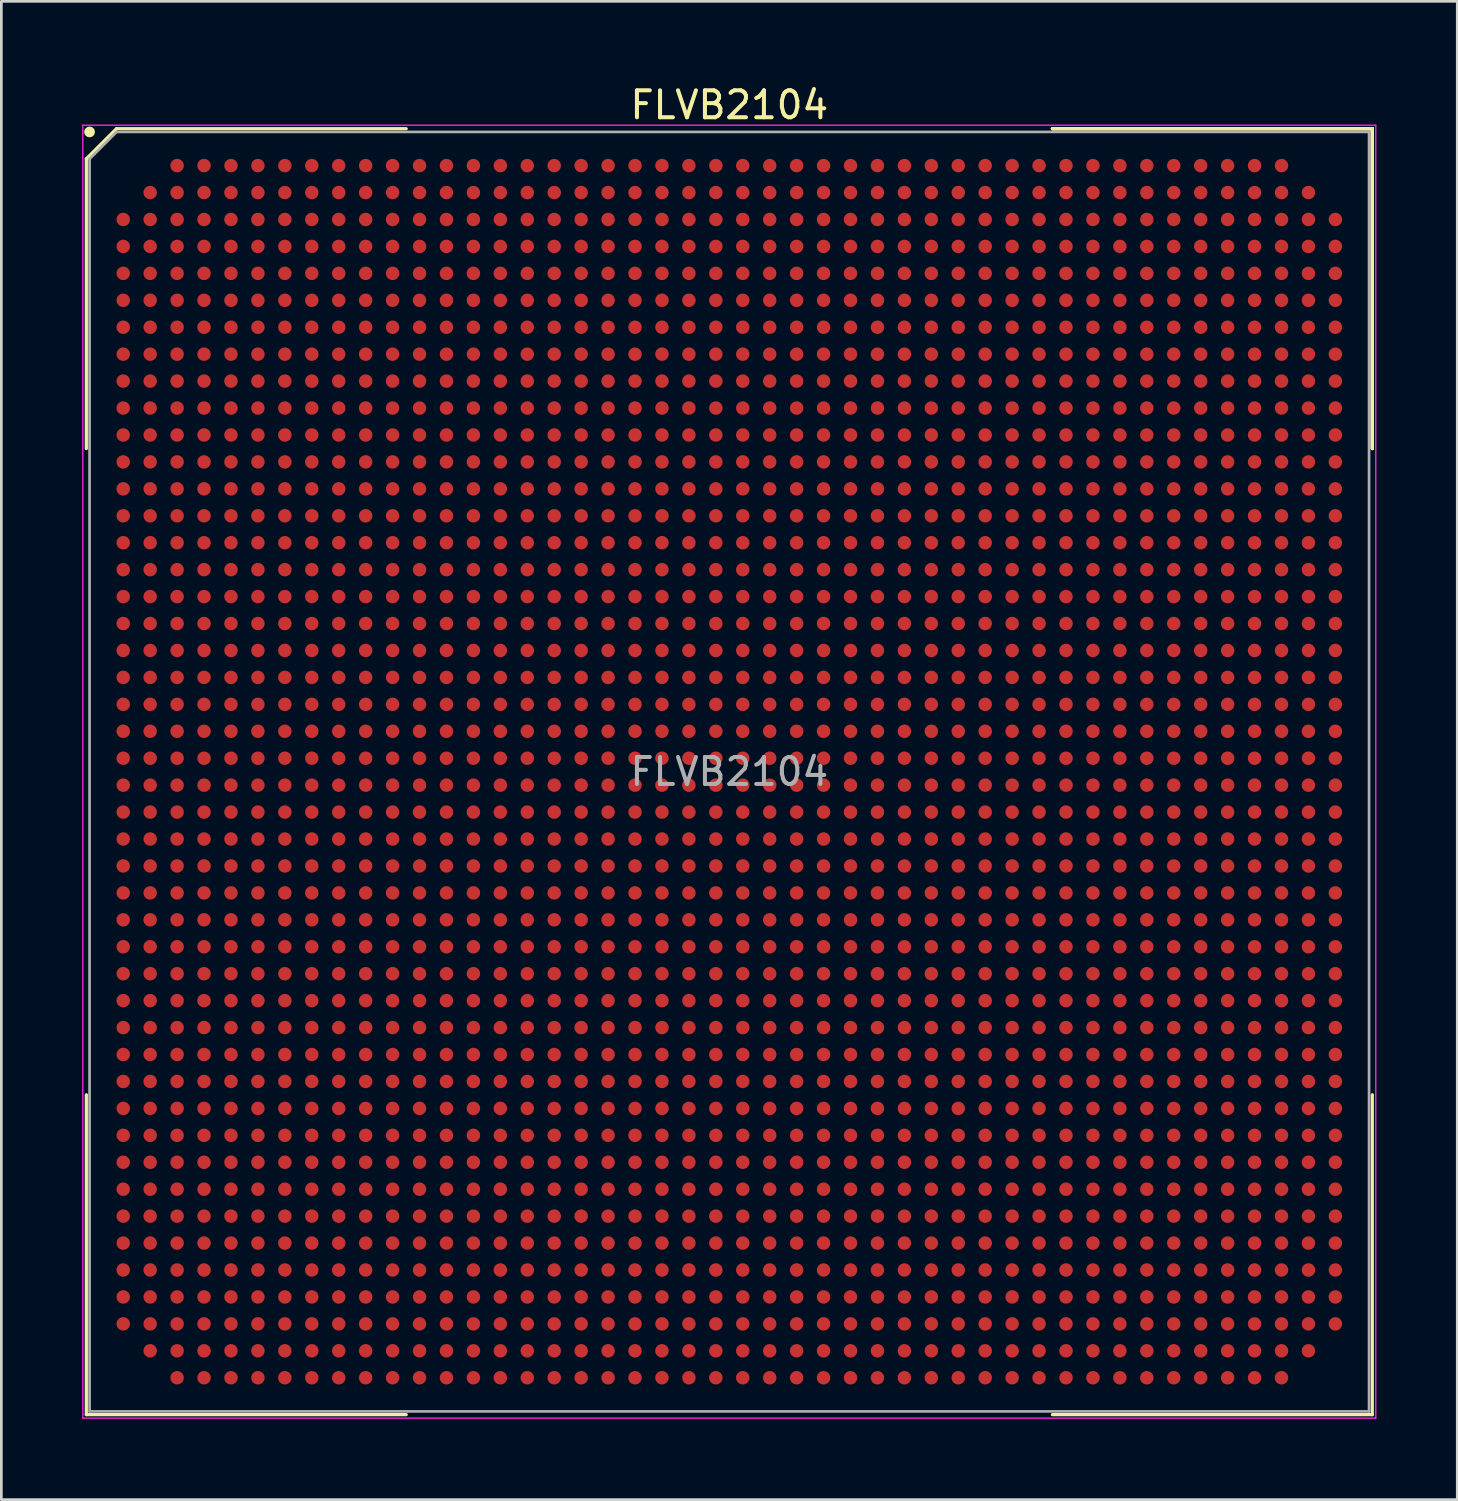
<source format=kicad_pcb>
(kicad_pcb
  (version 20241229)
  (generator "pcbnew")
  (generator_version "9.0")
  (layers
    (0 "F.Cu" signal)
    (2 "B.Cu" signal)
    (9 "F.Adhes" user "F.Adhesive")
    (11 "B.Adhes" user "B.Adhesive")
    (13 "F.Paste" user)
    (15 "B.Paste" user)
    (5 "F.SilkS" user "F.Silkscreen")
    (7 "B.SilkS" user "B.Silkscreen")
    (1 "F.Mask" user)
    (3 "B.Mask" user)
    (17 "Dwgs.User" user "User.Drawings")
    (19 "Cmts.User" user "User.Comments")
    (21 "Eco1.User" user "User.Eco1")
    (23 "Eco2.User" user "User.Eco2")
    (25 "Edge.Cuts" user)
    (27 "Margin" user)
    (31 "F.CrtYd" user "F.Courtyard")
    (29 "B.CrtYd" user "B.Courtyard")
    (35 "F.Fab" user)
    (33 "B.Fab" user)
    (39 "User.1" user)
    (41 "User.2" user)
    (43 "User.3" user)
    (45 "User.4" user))
  (footprint "FLVB2104"
    (layer "F.Cu")
    (at 24.025 25.598)
    (property "Reference" "FLVB2104" (at 0 -24.75 0) (layer "F.SilkS") (effects (font (size 1 1) (thickness 0.15))))
    (attr smd)
    (fp_line (start -23.87 -22.75) (end -23.87 -11.995) (stroke (width 0.12) (type solid)) (layer "F.SilkS"))
    (fp_line (start -23.87 23.87) (end -23.87 11.995) (stroke (width 0.12) (type solid)) (layer "F.SilkS"))
    (fp_line (start -22.75 -23.87) (end -23.87 -22.75) (stroke (width 0.12) (type solid)) (layer "F.SilkS"))
    (fp_line (start -11.995 -23.87) (end -22.75 -23.87) (stroke (width 0.12) (type solid)) (layer "F.SilkS"))
    (fp_line (start -11.995 23.87) (end -23.87 23.87) (stroke (width 0.12) (type solid)) (layer "F.SilkS"))
    (fp_line (start 11.995 -23.87) (end 23.87 -23.87) (stroke (width 0.12) (type solid)) (layer "F.SilkS"))
    (fp_line (start 11.995 -23.87) (end 23.87 -23.87) (stroke (width 0.12) (type solid)) (layer "F.SilkS"))
    (fp_line (start 11.995 -23.87) (end 23.87 -23.87) (stroke (width 0.12) (type solid)) (layer "F.SilkS"))
    (fp_line (start 11.995 23.87) (end 23.87 23.87) (stroke (width 0.12) (type solid)) (layer "F.SilkS"))
    (fp_line (start 23.87 -23.87) (end 23.87 -11.995) (stroke (width 0.12) (type solid)) (layer "F.SilkS"))
    (fp_line (start 23.87 -23.87) (end 23.87 -11.995) (stroke (width 0.12) (type solid)) (layer "F.SilkS"))
    (fp_line (start 23.87 -23.87) (end 23.87 -11.995) (stroke (width 0.12) (type solid)) (layer "F.SilkS"))
    (fp_line (start 23.87 23.87) (end 23.87 11.995) (stroke (width 0.12) (type solid)) (layer "F.SilkS"))
    (fp_circle (center -23.75 -23.75) (end -23.75 -23.65) (stroke (width 0.2) (type solid)) (fill no) (layer "F.SilkS"))
    (fp_line (start -24 -24) (end 24 -24) (stroke (width 0.05) (type solid)) (layer "F.CrtYd"))
    (fp_line (start -24 24) (end -24 -24) (stroke (width 0.05) (type solid)) (layer "F.CrtYd"))
    (fp_line (start 24 -24) (end 24 24) (stroke (width 0.05) (type solid)) (layer "F.CrtYd"))
    (fp_line (start 24 24) (end -24 24) (stroke (width 0.05) (type solid)) (layer "F.CrtYd"))
    (fp_line (start -23.75 -22.75) (end -23.75 23.75) (stroke (width 0.1) (type solid)) (layer "F.Fab"))
    (fp_line (start -23.75 23.75) (end 23.75 23.75) (stroke (width 0.1) (type solid)) (layer "F.Fab"))
    (fp_line (start -22.75 -23.75) (end -23.75 -22.75) (stroke (width 0.1) (type solid)) (layer "F.Fab"))
    (fp_line (start 23.75 -23.75) (end -22.75 -23.75) (stroke (width 0.1) (type solid)) (layer "F.Fab"))
    (fp_line (start 23.75 23.75) (end 23.75 -23.75) (stroke (width 0.1) (type solid)) (layer "F.Fab"))
    (fp_text user "${REFERENCE}" (at 0 0 0) (layer "F.Fab") (effects (font (size 1 1) (thickness 0.15))))
    (pad "A3" smd circle (at -20.5 -22.5) (size 0.5 0.5) (layers "F.Cu" "F.Mask" "F.Paste"))
    (pad "A4" smd circle (at -19.5 -22.5) (size 0.5 0.5) (layers "F.Cu" "F.Mask" "F.Paste"))
    (pad "A5" smd circle (at -18.5 -22.5) (size 0.5 0.5) (layers "F.Cu" "F.Mask" "F.Paste"))
    (pad "A6" smd circle (at -17.5 -22.5) (size 0.5 0.5) (layers "F.Cu" "F.Mask" "F.Paste"))
    (pad "A7" smd circle (at -16.5 -22.5) (size 0.5 0.5) (layers "F.Cu" "F.Mask" "F.Paste"))
    (pad "A8" smd circle (at -15.5 -22.5) (size 0.5 0.5) (layers "F.Cu" "F.Mask" "F.Paste"))
    (pad "A9" smd circle (at -14.5 -22.5) (size 0.5 0.5) (layers "F.Cu" "F.Mask" "F.Paste"))
    (pad "A10" smd circle (at -13.5 -22.5) (size 0.5 0.5) (layers "F.Cu" "F.Mask" "F.Paste"))
    (pad "A11" smd circle (at -12.5 -22.5) (size 0.5 0.5) (layers "F.Cu" "F.Mask" "F.Paste"))
    (pad "A12" smd circle (at -11.5 -22.5) (size 0.5 0.5) (layers "F.Cu" "F.Mask" "F.Paste"))
    (pad "A13" smd circle (at -10.5 -22.5) (size 0.5 0.5) (layers "F.Cu" "F.Mask" "F.Paste"))
    (pad "A14" smd circle (at -9.5 -22.5) (size 0.5 0.5) (layers "F.Cu" "F.Mask" "F.Paste"))
    (pad "A15" smd circle (at -8.5 -22.5) (size 0.5 0.5) (layers "F.Cu" "F.Mask" "F.Paste"))
    (pad "A16" smd circle (at -7.5 -22.5) (size 0.5 0.5) (layers "F.Cu" "F.Mask" "F.Paste"))
    (pad "A17" smd circle (at -6.5 -22.5) (size 0.5 0.5) (layers "F.Cu" "F.Mask" "F.Paste"))
    (pad "A18" smd circle (at -5.5 -22.5) (size 0.5 0.5) (layers "F.Cu" "F.Mask" "F.Paste"))
    (pad "A19" smd circle (at -4.5 -22.5) (size 0.5 0.5) (layers "F.Cu" "F.Mask" "F.Paste"))
    (pad "A20" smd circle (at -3.5 -22.5) (size 0.5 0.5) (layers "F.Cu" "F.Mask" "F.Paste"))
    (pad "A21" smd circle (at -2.5 -22.5) (size 0.5 0.5) (layers "F.Cu" "F.Mask" "F.Paste"))
    (pad "A22" smd circle (at -1.5 -22.5) (size 0.5 0.5) (layers "F.Cu" "F.Mask" "F.Paste"))
    (pad "A23" smd circle (at -0.5 -22.5) (size 0.5 0.5) (layers "F.Cu" "F.Mask" "F.Paste"))
    (pad "A24" smd circle (at 0.5 -22.5) (size 0.5 0.5) (layers "F.Cu" "F.Mask" "F.Paste"))
    (pad "A25" smd circle (at 1.5 -22.5) (size 0.5 0.5) (layers "F.Cu" "F.Mask" "F.Paste"))
    (pad "A26" smd circle (at 2.5 -22.5) (size 0.5 0.5) (layers "F.Cu" "F.Mask" "F.Paste"))
    (pad "A27" smd circle (at 3.5 -22.5) (size 0.5 0.5) (layers "F.Cu" "F.Mask" "F.Paste"))
    (pad "A28" smd circle (at 4.5 -22.5) (size 0.5 0.5) (layers "F.Cu" "F.Mask" "F.Paste"))
    (pad "A29" smd circle (at 5.5 -22.5) (size 0.5 0.5) (layers "F.Cu" "F.Mask" "F.Paste"))
    (pad "A30" smd circle (at 6.5 -22.5) (size 0.5 0.5) (layers "F.Cu" "F.Mask" "F.Paste"))
    (pad "A31" smd circle (at 7.5 -22.5) (size 0.5 0.5) (layers "F.Cu" "F.Mask" "F.Paste"))
    (pad "A32" smd circle (at 8.5 -22.5) (size 0.5 0.5) (layers "F.Cu" "F.Mask" "F.Paste"))
    (pad "A33" smd circle (at 9.5 -22.5) (size 0.5 0.5) (layers "F.Cu" "F.Mask" "F.Paste"))
    (pad "A34" smd circle (at 10.5 -22.5) (size 0.5 0.5) (layers "F.Cu" "F.Mask" "F.Paste"))
    (pad "A35" smd circle (at 11.5 -22.5) (size 0.5 0.5) (layers "F.Cu" "F.Mask" "F.Paste"))
    (pad "A36" smd circle (at 12.5 -22.5) (size 0.5 0.5) (layers "F.Cu" "F.Mask" "F.Paste"))
    (pad "A37" smd circle (at 13.5 -22.5) (size 0.5 0.5) (layers "F.Cu" "F.Mask" "F.Paste"))
    (pad "A38" smd circle (at 14.5 -22.5) (size 0.5 0.5) (layers "F.Cu" "F.Mask" "F.Paste"))
    (pad "A39" smd circle (at 15.5 -22.5) (size 0.5 0.5) (layers "F.Cu" "F.Mask" "F.Paste"))
    (pad "A40" smd circle (at 16.5 -22.5) (size 0.5 0.5) (layers "F.Cu" "F.Mask" "F.Paste"))
    (pad "A41" smd circle (at 17.5 -22.5) (size 0.5 0.5) (layers "F.Cu" "F.Mask" "F.Paste"))
    (pad "A42" smd circle (at 18.5 -22.5) (size 0.5 0.5) (layers "F.Cu" "F.Mask" "F.Paste"))
    (pad "A43" smd circle (at 19.5 -22.5) (size 0.5 0.5) (layers "F.Cu" "F.Mask" "F.Paste"))
    (pad "A44" smd circle (at 20.5 -22.5) (size 0.5 0.5) (layers "F.Cu" "F.Mask" "F.Paste"))
    (pad "AA1" smd circle (at -22.5 -2.5) (size 0.5 0.5) (layers "F.Cu" "F.Mask" "F.Paste"))
    (pad "AA2" smd circle (at -21.5 -2.5) (size 0.5 0.5) (layers "F.Cu" "F.Mask" "F.Paste"))
    (pad "AA3" smd circle (at -20.5 -2.5) (size 0.5 0.5) (layers "F.Cu" "F.Mask" "F.Paste"))
    (pad "AA4" smd circle (at -19.5 -2.5) (size 0.5 0.5) (layers "F.Cu" "F.Mask" "F.Paste"))
    (pad "AA5" smd circle (at -18.5 -2.5) (size 0.5 0.5) (layers "F.Cu" "F.Mask" "F.Paste"))
    (pad "AA6" smd circle (at -17.5 -2.5) (size 0.5 0.5) (layers "F.Cu" "F.Mask" "F.Paste"))
    (pad "AA7" smd circle (at -16.5 -2.5) (size 0.5 0.5) (layers "F.Cu" "F.Mask" "F.Paste"))
    (pad "AA8" smd circle (at -15.5 -2.5) (size 0.5 0.5) (layers "F.Cu" "F.Mask" "F.Paste"))
    (pad "AA9" smd circle (at -14.5 -2.5) (size 0.5 0.5) (layers "F.Cu" "F.Mask" "F.Paste"))
    (pad "AA10" smd circle (at -13.5 -2.5) (size 0.5 0.5) (layers "F.Cu" "F.Mask" "F.Paste"))
    (pad "AA11" smd circle (at -12.5 -2.5) (size 0.5 0.5) (layers "F.Cu" "F.Mask" "F.Paste"))
    (pad "AA12" smd circle (at -11.5 -2.5) (size 0.5 0.5) (layers "F.Cu" "F.Mask" "F.Paste"))
    (pad "AA13" smd circle (at -10.5 -2.5) (size 0.5 0.5) (layers "F.Cu" "F.Mask" "F.Paste"))
    (pad "AA14" smd circle (at -9.5 -2.5) (size 0.5 0.5) (layers "F.Cu" "F.Mask" "F.Paste"))
    (pad "AA15" smd circle (at -8.5 -2.5) (size 0.5 0.5) (layers "F.Cu" "F.Mask" "F.Paste"))
    (pad "AA16" smd circle (at -7.5 -2.5) (size 0.5 0.5) (layers "F.Cu" "F.Mask" "F.Paste"))
    (pad "AA17" smd circle (at -6.5 -2.5) (size 0.5 0.5) (layers "F.Cu" "F.Mask" "F.Paste"))
    (pad "AA18" smd circle (at -5.5 -2.5) (size 0.5 0.5) (layers "F.Cu" "F.Mask" "F.Paste"))
    (pad "AA19" smd circle (at -4.5 -2.5) (size 0.5 0.5) (layers "F.Cu" "F.Mask" "F.Paste"))
    (pad "AA20" smd circle (at -3.5 -2.5) (size 0.5 0.5) (layers "F.Cu" "F.Mask" "F.Paste"))
    (pad "AA21" smd circle (at -2.5 -2.5) (size 0.5 0.5) (layers "F.Cu" "F.Mask" "F.Paste"))
    (pad "AA22" smd circle (at -1.5 -2.5) (size 0.5 0.5) (layers "F.Cu" "F.Mask" "F.Paste"))
    (pad "AA23" smd circle (at -0.5 -2.5) (size 0.5 0.5) (layers "F.Cu" "F.Mask" "F.Paste"))
    (pad "AA24" smd circle (at 0.5 -2.5) (size 0.5 0.5) (layers "F.Cu" "F.Mask" "F.Paste"))
    (pad "AA25" smd circle (at 1.5 -2.5) (size 0.5 0.5) (layers "F.Cu" "F.Mask" "F.Paste"))
    (pad "AA26" smd circle (at 2.5 -2.5) (size 0.5 0.5) (layers "F.Cu" "F.Mask" "F.Paste"))
    (pad "AA27" smd circle (at 3.5 -2.5) (size 0.5 0.5) (layers "F.Cu" "F.Mask" "F.Paste"))
    (pad "AA28" smd circle (at 4.5 -2.5) (size 0.5 0.5) (layers "F.Cu" "F.Mask" "F.Paste"))
    (pad "AA29" smd circle (at 5.5 -2.5) (size 0.5 0.5) (layers "F.Cu" "F.Mask" "F.Paste"))
    (pad "AA30" smd circle (at 6.5 -2.5) (size 0.5 0.5) (layers "F.Cu" "F.Mask" "F.Paste"))
    (pad "AA31" smd circle (at 7.5 -2.5) (size 0.5 0.5) (layers "F.Cu" "F.Mask" "F.Paste"))
    (pad "AA32" smd circle (at 8.5 -2.5) (size 0.5 0.5) (layers "F.Cu" "F.Mask" "F.Paste"))
    (pad "AA33" smd circle (at 9.5 -2.5) (size 0.5 0.5) (layers "F.Cu" "F.Mask" "F.Paste"))
    (pad "AA34" smd circle (at 10.5 -2.5) (size 0.5 0.5) (layers "F.Cu" "F.Mask" "F.Paste"))
    (pad "AA35" smd circle (at 11.5 -2.5) (size 0.5 0.5) (layers "F.Cu" "F.Mask" "F.Paste"))
    (pad "AA36" smd circle (at 12.5 -2.5) (size 0.5 0.5) (layers "F.Cu" "F.Mask" "F.Paste"))
    (pad "AA37" smd circle (at 13.5 -2.5) (size 0.5 0.5) (layers "F.Cu" "F.Mask" "F.Paste"))
    (pad "AA38" smd circle (at 14.5 -2.5) (size 0.5 0.5) (layers "F.Cu" "F.Mask" "F.Paste"))
    (pad "AA39" smd circle (at 15.5 -2.5) (size 0.5 0.5) (layers "F.Cu" "F.Mask" "F.Paste"))
    (pad "AA40" smd circle (at 16.5 -2.5) (size 0.5 0.5) (layers "F.Cu" "F.Mask" "F.Paste"))
    (pad "AA41" smd circle (at 17.5 -2.5) (size 0.5 0.5) (layers "F.Cu" "F.Mask" "F.Paste"))
    (pad "AA42" smd circle (at 18.5 -2.5) (size 0.5 0.5) (layers "F.Cu" "F.Mask" "F.Paste"))
    (pad "AA43" smd circle (at 19.5 -2.5) (size 0.5 0.5) (layers "F.Cu" "F.Mask" "F.Paste"))
    (pad "AA44" smd circle (at 20.5 -2.5) (size 0.5 0.5) (layers "F.Cu" "F.Mask" "F.Paste"))
    (pad "AA45" smd circle (at 21.5 -2.5) (size 0.5 0.5) (layers "F.Cu" "F.Mask" "F.Paste"))
    (pad "AA46" smd circle (at 22.5 -2.5) (size 0.5 0.5) (layers "F.Cu" "F.Mask" "F.Paste"))
    (pad "AB1" smd circle (at -22.5 -1.5) (size 0.5 0.5) (layers "F.Cu" "F.Mask" "F.Paste"))
    (pad "AB2" smd circle (at -21.5 -1.5) (size 0.5 0.5) (layers "F.Cu" "F.Mask" "F.Paste"))
    (pad "AB3" smd circle (at -20.5 -1.5) (size 0.5 0.5) (layers "F.Cu" "F.Mask" "F.Paste"))
    (pad "AB4" smd circle (at -19.5 -1.5) (size 0.5 0.5) (layers "F.Cu" "F.Mask" "F.Paste"))
    (pad "AB5" smd circle (at -18.5 -1.5) (size 0.5 0.5) (layers "F.Cu" "F.Mask" "F.Paste"))
    (pad "AB6" smd circle (at -17.5 -1.5) (size 0.5 0.5) (layers "F.Cu" "F.Mask" "F.Paste"))
    (pad "AB7" smd circle (at -16.5 -1.5) (size 0.5 0.5) (layers "F.Cu" "F.Mask" "F.Paste"))
    (pad "AB8" smd circle (at -15.5 -1.5) (size 0.5 0.5) (layers "F.Cu" "F.Mask" "F.Paste"))
    (pad "AB9" smd circle (at -14.5 -1.5) (size 0.5 0.5) (layers "F.Cu" "F.Mask" "F.Paste"))
    (pad "AB10" smd circle (at -13.5 -1.5) (size 0.5 0.5) (layers "F.Cu" "F.Mask" "F.Paste"))
    (pad "AB11" smd circle (at -12.5 -1.5) (size 0.5 0.5) (layers "F.Cu" "F.Mask" "F.Paste"))
    (pad "AB12" smd circle (at -11.5 -1.5) (size 0.5 0.5) (layers "F.Cu" "F.Mask" "F.Paste"))
    (pad "AB13" smd circle (at -10.5 -1.5) (size 0.5 0.5) (layers "F.Cu" "F.Mask" "F.Paste"))
    (pad "AB14" smd circle (at -9.5 -1.5) (size 0.5 0.5) (layers "F.Cu" "F.Mask" "F.Paste"))
    (pad "AB15" smd circle (at -8.5 -1.5) (size 0.5 0.5) (layers "F.Cu" "F.Mask" "F.Paste"))
    (pad "AB16" smd circle (at -7.5 -1.5) (size 0.5 0.5) (layers "F.Cu" "F.Mask" "F.Paste"))
    (pad "AB17" smd circle (at -6.5 -1.5) (size 0.5 0.5) (layers "F.Cu" "F.Mask" "F.Paste"))
    (pad "AB18" smd circle (at -5.5 -1.5) (size 0.5 0.5) (layers "F.Cu" "F.Mask" "F.Paste"))
    (pad "AB19" smd circle (at -4.5 -1.5) (size 0.5 0.5) (layers "F.Cu" "F.Mask" "F.Paste"))
    (pad "AB20" smd circle (at -3.5 -1.5) (size 0.5 0.5) (layers "F.Cu" "F.Mask" "F.Paste"))
    (pad "AB21" smd circle (at -2.5 -1.5) (size 0.5 0.5) (layers "F.Cu" "F.Mask" "F.Paste"))
    (pad "AB22" smd circle (at -1.5 -1.5) (size 0.5 0.5) (layers "F.Cu" "F.Mask" "F.Paste"))
    (pad "AB23" smd circle (at -0.5 -1.5) (size 0.5 0.5) (layers "F.Cu" "F.Mask" "F.Paste"))
    (pad "AB24" smd circle (at 0.5 -1.5) (size 0.5 0.5) (layers "F.Cu" "F.Mask" "F.Paste"))
    (pad "AB25" smd circle (at 1.5 -1.5) (size 0.5 0.5) (layers "F.Cu" "F.Mask" "F.Paste"))
    (pad "AB26" smd circle (at 2.5 -1.5) (size 0.5 0.5) (layers "F.Cu" "F.Mask" "F.Paste"))
    (pad "AB27" smd circle (at 3.5 -1.5) (size 0.5 0.5) (layers "F.Cu" "F.Mask" "F.Paste"))
    (pad "AB28" smd circle (at 4.5 -1.5) (size 0.5 0.5) (layers "F.Cu" "F.Mask" "F.Paste"))
    (pad "AB29" smd circle (at 5.5 -1.5) (size 0.5 0.5) (layers "F.Cu" "F.Mask" "F.Paste"))
    (pad "AB30" smd circle (at 6.5 -1.5) (size 0.5 0.5) (layers "F.Cu" "F.Mask" "F.Paste"))
    (pad "AB31" smd circle (at 7.5 -1.5) (size 0.5 0.5) (layers "F.Cu" "F.Mask" "F.Paste"))
    (pad "AB32" smd circle (at 8.5 -1.5) (size 0.5 0.5) (layers "F.Cu" "F.Mask" "F.Paste"))
    (pad "AB33" smd circle (at 9.5 -1.5) (size 0.5 0.5) (layers "F.Cu" "F.Mask" "F.Paste"))
    (pad "AB34" smd circle (at 10.5 -1.5) (size 0.5 0.5) (layers "F.Cu" "F.Mask" "F.Paste"))
    (pad "AB35" smd circle (at 11.5 -1.5) (size 0.5 0.5) (layers "F.Cu" "F.Mask" "F.Paste"))
    (pad "AB36" smd circle (at 12.5 -1.5) (size 0.5 0.5) (layers "F.Cu" "F.Mask" "F.Paste"))
    (pad "AB37" smd circle (at 13.5 -1.5) (size 0.5 0.5) (layers "F.Cu" "F.Mask" "F.Paste"))
    (pad "AB38" smd circle (at 14.5 -1.5) (size 0.5 0.5) (layers "F.Cu" "F.Mask" "F.Paste"))
    (pad "AB39" smd circle (at 15.5 -1.5) (size 0.5 0.5) (layers "F.Cu" "F.Mask" "F.Paste"))
    (pad "AB40" smd circle (at 16.5 -1.5) (size 0.5 0.5) (layers "F.Cu" "F.Mask" "F.Paste"))
    (pad "AB41" smd circle (at 17.5 -1.5) (size 0.5 0.5) (layers "F.Cu" "F.Mask" "F.Paste"))
    (pad "AB42" smd circle (at 18.5 -1.5) (size 0.5 0.5) (layers "F.Cu" "F.Mask" "F.Paste"))
    (pad "AB43" smd circle (at 19.5 -1.5) (size 0.5 0.5) (layers "F.Cu" "F.Mask" "F.Paste"))
    (pad "AB44" smd circle (at 20.5 -1.5) (size 0.5 0.5) (layers "F.Cu" "F.Mask" "F.Paste"))
    (pad "AB45" smd circle (at 21.5 -1.5) (size 0.5 0.5) (layers "F.Cu" "F.Mask" "F.Paste"))
    (pad "AB46" smd circle (at 22.5 -1.5) (size 0.5 0.5) (layers "F.Cu" "F.Mask" "F.Paste"))
    (pad "AC1" smd circle (at -22.5 -0.5) (size 0.5 0.5) (layers "F.Cu" "F.Mask" "F.Paste"))
    (pad "AC2" smd circle (at -21.5 -0.5) (size 0.5 0.5) (layers "F.Cu" "F.Mask" "F.Paste"))
    (pad "AC3" smd circle (at -20.5 -0.5) (size 0.5 0.5) (layers "F.Cu" "F.Mask" "F.Paste"))
    (pad "AC4" smd circle (at -19.5 -0.5) (size 0.5 0.5) (layers "F.Cu" "F.Mask" "F.Paste"))
    (pad "AC5" smd circle (at -18.5 -0.5) (size 0.5 0.5) (layers "F.Cu" "F.Mask" "F.Paste"))
    (pad "AC6" smd circle (at -17.5 -0.5) (size 0.5 0.5) (layers "F.Cu" "F.Mask" "F.Paste"))
    (pad "AC7" smd circle (at -16.5 -0.5) (size 0.5 0.5) (layers "F.Cu" "F.Mask" "F.Paste"))
    (pad "AC8" smd circle (at -15.5 -0.5) (size 0.5 0.5) (layers "F.Cu" "F.Mask" "F.Paste"))
    (pad "AC9" smd circle (at -14.5 -0.5) (size 0.5 0.5) (layers "F.Cu" "F.Mask" "F.Paste"))
    (pad "AC10" smd circle (at -13.5 -0.5) (size 0.5 0.5) (layers "F.Cu" "F.Mask" "F.Paste"))
    (pad "AC11" smd circle (at -12.5 -0.5) (size 0.5 0.5) (layers "F.Cu" "F.Mask" "F.Paste"))
    (pad "AC12" smd circle (at -11.5 -0.5) (size 0.5 0.5) (layers "F.Cu" "F.Mask" "F.Paste"))
    (pad "AC13" smd circle (at -10.5 -0.5) (size 0.5 0.5) (layers "F.Cu" "F.Mask" "F.Paste"))
    (pad "AC14" smd circle (at -9.5 -0.5) (size 0.5 0.5) (layers "F.Cu" "F.Mask" "F.Paste"))
    (pad "AC15" smd circle (at -8.5 -0.5) (size 0.5 0.5) (layers "F.Cu" "F.Mask" "F.Paste"))
    (pad "AC16" smd circle (at -7.5 -0.5) (size 0.5 0.5) (layers "F.Cu" "F.Mask" "F.Paste"))
    (pad "AC17" smd circle (at -6.5 -0.5) (size 0.5 0.5) (layers "F.Cu" "F.Mask" "F.Paste"))
    (pad "AC18" smd circle (at -5.5 -0.5) (size 0.5 0.5) (layers "F.Cu" "F.Mask" "F.Paste"))
    (pad "AC19" smd circle (at -4.5 -0.5) (size 0.5 0.5) (layers "F.Cu" "F.Mask" "F.Paste"))
    (pad "AC20" smd circle (at -3.5 -0.5) (size 0.5 0.5) (layers "F.Cu" "F.Mask" "F.Paste"))
    (pad "AC21" smd circle (at -2.5 -0.5) (size 0.5 0.5) (layers "F.Cu" "F.Mask" "F.Paste"))
    (pad "AC22" smd circle (at -1.5 -0.5) (size 0.5 0.5) (layers "F.Cu" "F.Mask" "F.Paste"))
    (pad "AC23" smd circle (at -0.5 -0.5) (size 0.5 0.5) (layers "F.Cu" "F.Mask" "F.Paste"))
    (pad "AC24" smd circle (at 0.5 -0.5) (size 0.5 0.5) (layers "F.Cu" "F.Mask" "F.Paste"))
    (pad "AC25" smd circle (at 1.5 -0.5) (size 0.5 0.5) (layers "F.Cu" "F.Mask" "F.Paste"))
    (pad "AC26" smd circle (at 2.5 -0.5) (size 0.5 0.5) (layers "F.Cu" "F.Mask" "F.Paste"))
    (pad "AC27" smd circle (at 3.5 -0.5) (size 0.5 0.5) (layers "F.Cu" "F.Mask" "F.Paste"))
    (pad "AC28" smd circle (at 4.5 -0.5) (size 0.5 0.5) (layers "F.Cu" "F.Mask" "F.Paste"))
    (pad "AC29" smd circle (at 5.5 -0.5) (size 0.5 0.5) (layers "F.Cu" "F.Mask" "F.Paste"))
    (pad "AC30" smd circle (at 6.5 -0.5) (size 0.5 0.5) (layers "F.Cu" "F.Mask" "F.Paste"))
    (pad "AC31" smd circle (at 7.5 -0.5) (size 0.5 0.5) (layers "F.Cu" "F.Mask" "F.Paste"))
    (pad "AC32" smd circle (at 8.5 -0.5) (size 0.5 0.5) (layers "F.Cu" "F.Mask" "F.Paste"))
    (pad "AC33" smd circle (at 9.5 -0.5) (size 0.5 0.5) (layers "F.Cu" "F.Mask" "F.Paste"))
    (pad "AC34" smd circle (at 10.5 -0.5) (size 0.5 0.5) (layers "F.Cu" "F.Mask" "F.Paste"))
    (pad "AC35" smd circle (at 11.5 -0.5) (size 0.5 0.5) (layers "F.Cu" "F.Mask" "F.Paste"))
    (pad "AC36" smd circle (at 12.5 -0.5) (size 0.5 0.5) (layers "F.Cu" "F.Mask" "F.Paste"))
    (pad "AC37" smd circle (at 13.5 -0.5) (size 0.5 0.5) (layers "F.Cu" "F.Mask" "F.Paste"))
    (pad "AC38" smd circle (at 14.5 -0.5) (size 0.5 0.5) (layers "F.Cu" "F.Mask" "F.Paste"))
    (pad "AC39" smd circle (at 15.5 -0.5) (size 0.5 0.5) (layers "F.Cu" "F.Mask" "F.Paste"))
    (pad "AC40" smd circle (at 16.5 -0.5) (size 0.5 0.5) (layers "F.Cu" "F.Mask" "F.Paste"))
    (pad "AC41" smd circle (at 17.5 -0.5) (size 0.5 0.5) (layers "F.Cu" "F.Mask" "F.Paste"))
    (pad "AC42" smd circle (at 18.5 -0.5) (size 0.5 0.5) (layers "F.Cu" "F.Mask" "F.Paste"))
    (pad "AC43" smd circle (at 19.5 -0.5) (size 0.5 0.5) (layers "F.Cu" "F.Mask" "F.Paste"))
    (pad "AC44" smd circle (at 20.5 -0.5) (size 0.5 0.5) (layers "F.Cu" "F.Mask" "F.Paste"))
    (pad "AC45" smd circle (at 21.5 -0.5) (size 0.5 0.5) (layers "F.Cu" "F.Mask" "F.Paste"))
    (pad "AC46" smd circle (at 22.5 -0.5) (size 0.5 0.5) (layers "F.Cu" "F.Mask" "F.Paste"))
    (pad "AD1" smd circle (at -22.5 0.5) (size 0.5 0.5) (layers "F.Cu" "F.Mask" "F.Paste"))
    (pad "AD2" smd circle (at -21.5 0.5) (size 0.5 0.5) (layers "F.Cu" "F.Mask" "F.Paste"))
    (pad "AD3" smd circle (at -20.5 0.5) (size 0.5 0.5) (layers "F.Cu" "F.Mask" "F.Paste"))
    (pad "AD4" smd circle (at -19.5 0.5) (size 0.5 0.5) (layers "F.Cu" "F.Mask" "F.Paste"))
    (pad "AD5" smd circle (at -18.5 0.5) (size 0.5 0.5) (layers "F.Cu" "F.Mask" "F.Paste"))
    (pad "AD6" smd circle (at -17.5 0.5) (size 0.5 0.5) (layers "F.Cu" "F.Mask" "F.Paste"))
    (pad "AD7" smd circle (at -16.5 0.5) (size 0.5 0.5) (layers "F.Cu" "F.Mask" "F.Paste"))
    (pad "AD8" smd circle (at -15.5 0.5) (size 0.5 0.5) (layers "F.Cu" "F.Mask" "F.Paste"))
    (pad "AD9" smd circle (at -14.5 0.5) (size 0.5 0.5) (layers "F.Cu" "F.Mask" "F.Paste"))
    (pad "AD10" smd circle (at -13.5 0.5) (size 0.5 0.5) (layers "F.Cu" "F.Mask" "F.Paste"))
    (pad "AD11" smd circle (at -12.5 0.5) (size 0.5 0.5) (layers "F.Cu" "F.Mask" "F.Paste"))
    (pad "AD12" smd circle (at -11.5 0.5) (size 0.5 0.5) (layers "F.Cu" "F.Mask" "F.Paste"))
    (pad "AD13" smd circle (at -10.5 0.5) (size 0.5 0.5) (layers "F.Cu" "F.Mask" "F.Paste"))
    (pad "AD14" smd circle (at -9.5 0.5) (size 0.5 0.5) (layers "F.Cu" "F.Mask" "F.Paste"))
    (pad "AD15" smd circle (at -8.5 0.5) (size 0.5 0.5) (layers "F.Cu" "F.Mask" "F.Paste"))
    (pad "AD16" smd circle (at -7.5 0.5) (size 0.5 0.5) (layers "F.Cu" "F.Mask" "F.Paste"))
    (pad "AD17" smd circle (at -6.5 0.5) (size 0.5 0.5) (layers "F.Cu" "F.Mask" "F.Paste"))
    (pad "AD18" smd circle (at -5.5 0.5) (size 0.5 0.5) (layers "F.Cu" "F.Mask" "F.Paste"))
    (pad "AD19" smd circle (at -4.5 0.5) (size 0.5 0.5) (layers "F.Cu" "F.Mask" "F.Paste"))
    (pad "AD20" smd circle (at -3.5 0.5) (size 0.5 0.5) (layers "F.Cu" "F.Mask" "F.Paste"))
    (pad "AD21" smd circle (at -2.5 0.5) (size 0.5 0.5) (layers "F.Cu" "F.Mask" "F.Paste"))
    (pad "AD22" smd circle (at -1.5 0.5) (size 0.5 0.5) (layers "F.Cu" "F.Mask" "F.Paste"))
    (pad "AD23" smd circle (at -0.5 0.5) (size 0.5 0.5) (layers "F.Cu" "F.Mask" "F.Paste"))
    (pad "AD24" smd circle (at 0.5 0.5) (size 0.5 0.5) (layers "F.Cu" "F.Mask" "F.Paste"))
    (pad "AD25" smd circle (at 1.5 0.5) (size 0.5 0.5) (layers "F.Cu" "F.Mask" "F.Paste"))
    (pad "AD26" smd circle (at 2.5 0.5) (size 0.5 0.5) (layers "F.Cu" "F.Mask" "F.Paste"))
    (pad "AD27" smd circle (at 3.5 0.5) (size 0.5 0.5) (layers "F.Cu" "F.Mask" "F.Paste"))
    (pad "AD28" smd circle (at 4.5 0.5) (size 0.5 0.5) (layers "F.Cu" "F.Mask" "F.Paste"))
    (pad "AD29" smd circle (at 5.5 0.5) (size 0.5 0.5) (layers "F.Cu" "F.Mask" "F.Paste"))
    (pad "AD30" smd circle (at 6.5 0.5) (size 0.5 0.5) (layers "F.Cu" "F.Mask" "F.Paste"))
    (pad "AD31" smd circle (at 7.5 0.5) (size 0.5 0.5) (layers "F.Cu" "F.Mask" "F.Paste"))
    (pad "AD32" smd circle (at 8.5 0.5) (size 0.5 0.5) (layers "F.Cu" "F.Mask" "F.Paste"))
    (pad "AD33" smd circle (at 9.5 0.5) (size 0.5 0.5) (layers "F.Cu" "F.Mask" "F.Paste"))
    (pad "AD34" smd circle (at 10.5 0.5) (size 0.5 0.5) (layers "F.Cu" "F.Mask" "F.Paste"))
    (pad "AD35" smd circle (at 11.5 0.5) (size 0.5 0.5) (layers "F.Cu" "F.Mask" "F.Paste"))
    (pad "AD36" smd circle (at 12.5 0.5) (size 0.5 0.5) (layers "F.Cu" "F.Mask" "F.Paste"))
    (pad "AD37" smd circle (at 13.5 0.5) (size 0.5 0.5) (layers "F.Cu" "F.Mask" "F.Paste"))
    (pad "AD38" smd circle (at 14.5 0.5) (size 0.5 0.5) (layers "F.Cu" "F.Mask" "F.Paste"))
    (pad "AD39" smd circle (at 15.5 0.5) (size 0.5 0.5) (layers "F.Cu" "F.Mask" "F.Paste"))
    (pad "AD40" smd circle (at 16.5 0.5) (size 0.5 0.5) (layers "F.Cu" "F.Mask" "F.Paste"))
    (pad "AD41" smd circle (at 17.5 0.5) (size 0.5 0.5) (layers "F.Cu" "F.Mask" "F.Paste"))
    (pad "AD42" smd circle (at 18.5 0.5) (size 0.5 0.5) (layers "F.Cu" "F.Mask" "F.Paste"))
    (pad "AD43" smd circle (at 19.5 0.5) (size 0.5 0.5) (layers "F.Cu" "F.Mask" "F.Paste"))
    (pad "AD44" smd circle (at 20.5 0.5) (size 0.5 0.5) (layers "F.Cu" "F.Mask" "F.Paste"))
    (pad "AD45" smd circle (at 21.5 0.5) (size 0.5 0.5) (layers "F.Cu" "F.Mask" "F.Paste"))
    (pad "AD46" smd circle (at 22.5 0.5) (size 0.5 0.5) (layers "F.Cu" "F.Mask" "F.Paste"))
    (pad "AE1" smd circle (at -22.5 1.5) (size 0.5 0.5) (layers "F.Cu" "F.Mask" "F.Paste"))
    (pad "AE2" smd circle (at -21.5 1.5) (size 0.5 0.5) (layers "F.Cu" "F.Mask" "F.Paste"))
    (pad "AE3" smd circle (at -20.5 1.5) (size 0.5 0.5) (layers "F.Cu" "F.Mask" "F.Paste"))
    (pad "AE4" smd circle (at -19.5 1.5) (size 0.5 0.5) (layers "F.Cu" "F.Mask" "F.Paste"))
    (pad "AE5" smd circle (at -18.5 1.5) (size 0.5 0.5) (layers "F.Cu" "F.Mask" "F.Paste"))
    (pad "AE6" smd circle (at -17.5 1.5) (size 0.5 0.5) (layers "F.Cu" "F.Mask" "F.Paste"))
    (pad "AE7" smd circle (at -16.5 1.5) (size 0.5 0.5) (layers "F.Cu" "F.Mask" "F.Paste"))
    (pad "AE8" smd circle (at -15.5 1.5) (size 0.5 0.5) (layers "F.Cu" "F.Mask" "F.Paste"))
    (pad "AE9" smd circle (at -14.5 1.5) (size 0.5 0.5) (layers "F.Cu" "F.Mask" "F.Paste"))
    (pad "AE10" smd circle (at -13.5 1.5) (size 0.5 0.5) (layers "F.Cu" "F.Mask" "F.Paste"))
    (pad "AE11" smd circle (at -12.5 1.5) (size 0.5 0.5) (layers "F.Cu" "F.Mask" "F.Paste"))
    (pad "AE12" smd circle (at -11.5 1.5) (size 0.5 0.5) (layers "F.Cu" "F.Mask" "F.Paste"))
    (pad "AE13" smd circle (at -10.5 1.5) (size 0.5 0.5) (layers "F.Cu" "F.Mask" "F.Paste"))
    (pad "AE14" smd circle (at -9.5 1.5) (size 0.5 0.5) (layers "F.Cu" "F.Mask" "F.Paste"))
    (pad "AE15" smd circle (at -8.5 1.5) (size 0.5 0.5) (layers "F.Cu" "F.Mask" "F.Paste"))
    (pad "AE16" smd circle (at -7.5 1.5) (size 0.5 0.5) (layers "F.Cu" "F.Mask" "F.Paste"))
    (pad "AE17" smd circle (at -6.5 1.5) (size 0.5 0.5) (layers "F.Cu" "F.Mask" "F.Paste"))
    (pad "AE18" smd circle (at -5.5 1.5) (size 0.5 0.5) (layers "F.Cu" "F.Mask" "F.Paste"))
    (pad "AE19" smd circle (at -4.5 1.5) (size 0.5 0.5) (layers "F.Cu" "F.Mask" "F.Paste"))
    (pad "AE20" smd circle (at -3.5 1.5) (size 0.5 0.5) (layers "F.Cu" "F.Mask" "F.Paste"))
    (pad "AE21" smd circle (at -2.5 1.5) (size 0.5 0.5) (layers "F.Cu" "F.Mask" "F.Paste"))
    (pad "AE22" smd circle (at -1.5 1.5) (size 0.5 0.5) (layers "F.Cu" "F.Mask" "F.Paste"))
    (pad "AE23" smd circle (at -0.5 1.5) (size 0.5 0.5) (layers "F.Cu" "F.Mask" "F.Paste"))
    (pad "AE24" smd circle (at 0.5 1.5) (size 0.5 0.5) (layers "F.Cu" "F.Mask" "F.Paste"))
    (pad "AE25" smd circle (at 1.5 1.5) (size 0.5 0.5) (layers "F.Cu" "F.Mask" "F.Paste"))
    (pad "AE26" smd circle (at 2.5 1.5) (size 0.5 0.5) (layers "F.Cu" "F.Mask" "F.Paste"))
    (pad "AE27" smd circle (at 3.5 1.5) (size 0.5 0.5) (layers "F.Cu" "F.Mask" "F.Paste"))
    (pad "AE28" smd circle (at 4.5 1.5) (size 0.5 0.5) (layers "F.Cu" "F.Mask" "F.Paste"))
    (pad "AE29" smd circle (at 5.5 1.5) (size 0.5 0.5) (layers "F.Cu" "F.Mask" "F.Paste"))
    (pad "AE30" smd circle (at 6.5 1.5) (size 0.5 0.5) (layers "F.Cu" "F.Mask" "F.Paste"))
    (pad "AE31" smd circle (at 7.5 1.5) (size 0.5 0.5) (layers "F.Cu" "F.Mask" "F.Paste"))
    (pad "AE32" smd circle (at 8.5 1.5) (size 0.5 0.5) (layers "F.Cu" "F.Mask" "F.Paste"))
    (pad "AE33" smd circle (at 9.5 1.5) (size 0.5 0.5) (layers "F.Cu" "F.Mask" "F.Paste"))
    (pad "AE34" smd circle (at 10.5 1.5) (size 0.5 0.5) (layers "F.Cu" "F.Mask" "F.Paste"))
    (pad "AE35" smd circle (at 11.5 1.5) (size 0.5 0.5) (layers "F.Cu" "F.Mask" "F.Paste"))
    (pad "AE36" smd circle (at 12.5 1.5) (size 0.5 0.5) (layers "F.Cu" "F.Mask" "F.Paste"))
    (pad "AE37" smd circle (at 13.5 1.5) (size 0.5 0.5) (layers "F.Cu" "F.Mask" "F.Paste"))
    (pad "AE38" smd circle (at 14.5 1.5) (size 0.5 0.5) (layers "F.Cu" "F.Mask" "F.Paste"))
    (pad "AE39" smd circle (at 15.5 1.5) (size 0.5 0.5) (layers "F.Cu" "F.Mask" "F.Paste"))
    (pad "AE40" smd circle (at 16.5 1.5) (size 0.5 0.5) (layers "F.Cu" "F.Mask" "F.Paste"))
    (pad "AE41" smd circle (at 17.5 1.5) (size 0.5 0.5) (layers "F.Cu" "F.Mask" "F.Paste"))
    (pad "AE42" smd circle (at 18.5 1.5) (size 0.5 0.5) (layers "F.Cu" "F.Mask" "F.Paste"))
    (pad "AE43" smd circle (at 19.5 1.5) (size 0.5 0.5) (layers "F.Cu" "F.Mask" "F.Paste"))
    (pad "AE44" smd circle (at 20.5 1.5) (size 0.5 0.5) (layers "F.Cu" "F.Mask" "F.Paste"))
    (pad "AE45" smd circle (at 21.5 1.5) (size 0.5 0.5) (layers "F.Cu" "F.Mask" "F.Paste"))
    (pad "AE46" smd circle (at 22.5 1.5) (size 0.5 0.5) (layers "F.Cu" "F.Mask" "F.Paste"))
    (pad "AF1" smd circle (at -22.5 2.5) (size 0.5 0.5) (layers "F.Cu" "F.Mask" "F.Paste"))
    (pad "AF2" smd circle (at -21.5 2.5) (size 0.5 0.5) (layers "F.Cu" "F.Mask" "F.Paste"))
    (pad "AF3" smd circle (at -20.5 2.5) (size 0.5 0.5) (layers "F.Cu" "F.Mask" "F.Paste"))
    (pad "AF4" smd circle (at -19.5 2.5) (size 0.5 0.5) (layers "F.Cu" "F.Mask" "F.Paste"))
    (pad "AF5" smd circle (at -18.5 2.5) (size 0.5 0.5) (layers "F.Cu" "F.Mask" "F.Paste"))
    (pad "AF6" smd circle (at -17.5 2.5) (size 0.5 0.5) (layers "F.Cu" "F.Mask" "F.Paste"))
    (pad "AF7" smd circle (at -16.5 2.5) (size 0.5 0.5) (layers "F.Cu" "F.Mask" "F.Paste"))
    (pad "AF8" smd circle (at -15.5 2.5) (size 0.5 0.5) (layers "F.Cu" "F.Mask" "F.Paste"))
    (pad "AF9" smd circle (at -14.5 2.5) (size 0.5 0.5) (layers "F.Cu" "F.Mask" "F.Paste"))
    (pad "AF10" smd circle (at -13.5 2.5) (size 0.5 0.5) (layers "F.Cu" "F.Mask" "F.Paste"))
    (pad "AF11" smd circle (at -12.5 2.5) (size 0.5 0.5) (layers "F.Cu" "F.Mask" "F.Paste"))
    (pad "AF12" smd circle (at -11.5 2.5) (size 0.5 0.5) (layers "F.Cu" "F.Mask" "F.Paste"))
    (pad "AF13" smd circle (at -10.5 2.5) (size 0.5 0.5) (layers "F.Cu" "F.Mask" "F.Paste"))
    (pad "AF14" smd circle (at -9.5 2.5) (size 0.5 0.5) (layers "F.Cu" "F.Mask" "F.Paste"))
    (pad "AF15" smd circle (at -8.5 2.5) (size 0.5 0.5) (layers "F.Cu" "F.Mask" "F.Paste"))
    (pad "AF16" smd circle (at -7.5 2.5) (size 0.5 0.5) (layers "F.Cu" "F.Mask" "F.Paste"))
    (pad "AF17" smd circle (at -6.5 2.5) (size 0.5 0.5) (layers "F.Cu" "F.Mask" "F.Paste"))
    (pad "AF18" smd circle (at -5.5 2.5) (size 0.5 0.5) (layers "F.Cu" "F.Mask" "F.Paste"))
    (pad "AF19" smd circle (at -4.5 2.5) (size 0.5 0.5) (layers "F.Cu" "F.Mask" "F.Paste"))
    (pad "AF20" smd circle (at -3.5 2.5) (size 0.5 0.5) (layers "F.Cu" "F.Mask" "F.Paste"))
    (pad "AF21" smd circle (at -2.5 2.5) (size 0.5 0.5) (layers "F.Cu" "F.Mask" "F.Paste"))
    (pad "AF22" smd circle (at -1.5 2.5) (size 0.5 0.5) (layers "F.Cu" "F.Mask" "F.Paste"))
    (pad "AF23" smd circle (at -0.5 2.5) (size 0.5 0.5) (layers "F.Cu" "F.Mask" "F.Paste"))
    (pad "AF24" smd circle (at 0.5 2.5) (size 0.5 0.5) (layers "F.Cu" "F.Mask" "F.Paste"))
    (pad "AF25" smd circle (at 1.5 2.5) (size 0.5 0.5) (layers "F.Cu" "F.Mask" "F.Paste"))
    (pad "AF26" smd circle (at 2.5 2.5) (size 0.5 0.5) (layers "F.Cu" "F.Mask" "F.Paste"))
    (pad "AF27" smd circle (at 3.5 2.5) (size 0.5 0.5) (layers "F.Cu" "F.Mask" "F.Paste"))
    (pad "AF28" smd circle (at 4.5 2.5) (size 0.5 0.5) (layers "F.Cu" "F.Mask" "F.Paste"))
    (pad "AF29" smd circle (at 5.5 2.5) (size 0.5 0.5) (layers "F.Cu" "F.Mask" "F.Paste"))
    (pad "AF30" smd circle (at 6.5 2.5) (size 0.5 0.5) (layers "F.Cu" "F.Mask" "F.Paste"))
    (pad "AF31" smd circle (at 7.5 2.5) (size 0.5 0.5) (layers "F.Cu" "F.Mask" "F.Paste"))
    (pad "AF32" smd circle (at 8.5 2.5) (size 0.5 0.5) (layers "F.Cu" "F.Mask" "F.Paste"))
    (pad "AF33" smd circle (at 9.5 2.5) (size 0.5 0.5) (layers "F.Cu" "F.Mask" "F.Paste"))
    (pad "AF34" smd circle (at 10.5 2.5) (size 0.5 0.5) (layers "F.Cu" "F.Mask" "F.Paste"))
    (pad "AF35" smd circle (at 11.5 2.5) (size 0.5 0.5) (layers "F.Cu" "F.Mask" "F.Paste"))
    (pad "AF36" smd circle (at 12.5 2.5) (size 0.5 0.5) (layers "F.Cu" "F.Mask" "F.Paste"))
    (pad "AF37" smd circle (at 13.5 2.5) (size 0.5 0.5) (layers "F.Cu" "F.Mask" "F.Paste"))
    (pad "AF38" smd circle (at 14.5 2.5) (size 0.5 0.5) (layers "F.Cu" "F.Mask" "F.Paste"))
    (pad "AF39" smd circle (at 15.5 2.5) (size 0.5 0.5) (layers "F.Cu" "F.Mask" "F.Paste"))
    (pad "AF40" smd circle (at 16.5 2.5) (size 0.5 0.5) (layers "F.Cu" "F.Mask" "F.Paste"))
    (pad "AF41" smd circle (at 17.5 2.5) (size 0.5 0.5) (layers "F.Cu" "F.Mask" "F.Paste"))
    (pad "AF42" smd circle (at 18.5 2.5) (size 0.5 0.5) (layers "F.Cu" "F.Mask" "F.Paste"))
    (pad "AF43" smd circle (at 19.5 2.5) (size 0.5 0.5) (layers "F.Cu" "F.Mask" "F.Paste"))
    (pad "AF44" smd circle (at 20.5 2.5) (size 0.5 0.5) (layers "F.Cu" "F.Mask" "F.Paste"))
    (pad "AF45" smd circle (at 21.5 2.5) (size 0.5 0.5) (layers "F.Cu" "F.Mask" "F.Paste"))
    (pad "AF46" smd circle (at 22.5 2.5) (size 0.5 0.5) (layers "F.Cu" "F.Mask" "F.Paste"))
    (pad "AG1" smd circle (at -22.5 3.5) (size 0.5 0.5) (layers "F.Cu" "F.Mask" "F.Paste"))
    (pad "AG2" smd circle (at -21.5 3.5) (size 0.5 0.5) (layers "F.Cu" "F.Mask" "F.Paste"))
    (pad "AG3" smd circle (at -20.5 3.5) (size 0.5 0.5) (layers "F.Cu" "F.Mask" "F.Paste"))
    (pad "AG4" smd circle (at -19.5 3.5) (size 0.5 0.5) (layers "F.Cu" "F.Mask" "F.Paste"))
    (pad "AG5" smd circle (at -18.5 3.5) (size 0.5 0.5) (layers "F.Cu" "F.Mask" "F.Paste"))
    (pad "AG6" smd circle (at -17.5 3.5) (size 0.5 0.5) (layers "F.Cu" "F.Mask" "F.Paste"))
    (pad "AG7" smd circle (at -16.5 3.5) (size 0.5 0.5) (layers "F.Cu" "F.Mask" "F.Paste"))
    (pad "AG8" smd circle (at -15.5 3.5) (size 0.5 0.5) (layers "F.Cu" "F.Mask" "F.Paste"))
    (pad "AG9" smd circle (at -14.5 3.5) (size 0.5 0.5) (layers "F.Cu" "F.Mask" "F.Paste"))
    (pad "AG10" smd circle (at -13.5 3.5) (size 0.5 0.5) (layers "F.Cu" "F.Mask" "F.Paste"))
    (pad "AG11" smd circle (at -12.5 3.5) (size 0.5 0.5) (layers "F.Cu" "F.Mask" "F.Paste"))
    (pad "AG12" smd circle (at -11.5 3.5) (size 0.5 0.5) (layers "F.Cu" "F.Mask" "F.Paste"))
    (pad "AG13" smd circle (at -10.5 3.5) (size 0.5 0.5) (layers "F.Cu" "F.Mask" "F.Paste"))
    (pad "AG14" smd circle (at -9.5 3.5) (size 0.5 0.5) (layers "F.Cu" "F.Mask" "F.Paste"))
    (pad "AG15" smd circle (at -8.5 3.5) (size 0.5 0.5) (layers "F.Cu" "F.Mask" "F.Paste"))
    (pad "AG16" smd circle (at -7.5 3.5) (size 0.5 0.5) (layers "F.Cu" "F.Mask" "F.Paste"))
    (pad "AG17" smd circle (at -6.5 3.5) (size 0.5 0.5) (layers "F.Cu" "F.Mask" "F.Paste"))
    (pad "AG18" smd circle (at -5.5 3.5) (size 0.5 0.5) (layers "F.Cu" "F.Mask" "F.Paste"))
    (pad "AG19" smd circle (at -4.5 3.5) (size 0.5 0.5) (layers "F.Cu" "F.Mask" "F.Paste"))
    (pad "AG20" smd circle (at -3.5 3.5) (size 0.5 0.5) (layers "F.Cu" "F.Mask" "F.Paste"))
    (pad "AG21" smd circle (at -2.5 3.5) (size 0.5 0.5) (layers "F.Cu" "F.Mask" "F.Paste"))
    (pad "AG22" smd circle (at -1.5 3.5) (size 0.5 0.5) (layers "F.Cu" "F.Mask" "F.Paste"))
    (pad "AG23" smd circle (at -0.5 3.5) (size 0.5 0.5) (layers "F.Cu" "F.Mask" "F.Paste"))
    (pad "AG24" smd circle (at 0.5 3.5) (size 0.5 0.5) (layers "F.Cu" "F.Mask" "F.Paste"))
    (pad "AG25" smd circle (at 1.5 3.5) (size 0.5 0.5) (layers "F.Cu" "F.Mask" "F.Paste"))
    (pad "AG26" smd circle (at 2.5 3.5) (size 0.5 0.5) (layers "F.Cu" "F.Mask" "F.Paste"))
    (pad "AG27" smd circle (at 3.5 3.5) (size 0.5 0.5) (layers "F.Cu" "F.Mask" "F.Paste"))
    (pad "AG28" smd circle (at 4.5 3.5) (size 0.5 0.5) (layers "F.Cu" "F.Mask" "F.Paste"))
    (pad "AG29" smd circle (at 5.5 3.5) (size 0.5 0.5) (layers "F.Cu" "F.Mask" "F.Paste"))
    (pad "AG30" smd circle (at 6.5 3.5) (size 0.5 0.5) (layers "F.Cu" "F.Mask" "F.Paste"))
    (pad "AG31" smd circle (at 7.5 3.5) (size 0.5 0.5) (layers "F.Cu" "F.Mask" "F.Paste"))
    (pad "AG32" smd circle (at 8.5 3.5) (size 0.5 0.5) (layers "F.Cu" "F.Mask" "F.Paste"))
    (pad "AG33" smd circle (at 9.5 3.5) (size 0.5 0.5) (layers "F.Cu" "F.Mask" "F.Paste"))
    (pad "AG34" smd circle (at 10.5 3.5) (size 0.5 0.5) (layers "F.Cu" "F.Mask" "F.Paste"))
    (pad "AG35" smd circle (at 11.5 3.5) (size 0.5 0.5) (layers "F.Cu" "F.Mask" "F.Paste"))
    (pad "AG36" smd circle (at 12.5 3.5) (size 0.5 0.5) (layers "F.Cu" "F.Mask" "F.Paste"))
    (pad "AG37" smd circle (at 13.5 3.5) (size 0.5 0.5) (layers "F.Cu" "F.Mask" "F.Paste"))
    (pad "AG38" smd circle (at 14.5 3.5) (size 0.5 0.5) (layers "F.Cu" "F.Mask" "F.Paste"))
    (pad "AG39" smd circle (at 15.5 3.5) (size 0.5 0.5) (layers "F.Cu" "F.Mask" "F.Paste"))
    (pad "AG40" smd circle (at 16.5 3.5) (size 0.5 0.5) (layers "F.Cu" "F.Mask" "F.Paste"))
    (pad "AG41" smd circle (at 17.5 3.5) (size 0.5 0.5) (layers "F.Cu" "F.Mask" "F.Paste"))
    (pad "AG42" smd circle (at 18.5 3.5) (size 0.5 0.5) (layers "F.Cu" "F.Mask" "F.Paste"))
    (pad "AG43" smd circle (at 19.5 3.5) (size 0.5 0.5) (layers "F.Cu" "F.Mask" "F.Paste"))
    (pad "AG44" smd circle (at 20.5 3.5) (size 0.5 0.5) (layers "F.Cu" "F.Mask" "F.Paste"))
    (pad "AG45" smd circle (at 21.5 3.5) (size 0.5 0.5) (layers "F.Cu" "F.Mask" "F.Paste"))
    (pad "AG46" smd circle (at 22.5 3.5) (size 0.5 0.5) (layers "F.Cu" "F.Mask" "F.Paste"))
    (pad "AH1" smd circle (at -22.5 4.5) (size 0.5 0.5) (layers "F.Cu" "F.Mask" "F.Paste"))
    (pad "AH2" smd circle (at -21.5 4.5) (size 0.5 0.5) (layers "F.Cu" "F.Mask" "F.Paste"))
    (pad "AH3" smd circle (at -20.5 4.5) (size 0.5 0.5) (layers "F.Cu" "F.Mask" "F.Paste"))
    (pad "AH4" smd circle (at -19.5 4.5) (size 0.5 0.5) (layers "F.Cu" "F.Mask" "F.Paste"))
    (pad "AH5" smd circle (at -18.5 4.5) (size 0.5 0.5) (layers "F.Cu" "F.Mask" "F.Paste"))
    (pad "AH6" smd circle (at -17.5 4.5) (size 0.5 0.5) (layers "F.Cu" "F.Mask" "F.Paste"))
    (pad "AH7" smd circle (at -16.5 4.5) (size 0.5 0.5) (layers "F.Cu" "F.Mask" "F.Paste"))
    (pad "AH8" smd circle (at -15.5 4.5) (size 0.5 0.5) (layers "F.Cu" "F.Mask" "F.Paste"))
    (pad "AH9" smd circle (at -14.5 4.5) (size 0.5 0.5) (layers "F.Cu" "F.Mask" "F.Paste"))
    (pad "AH10" smd circle (at -13.5 4.5) (size 0.5 0.5) (layers "F.Cu" "F.Mask" "F.Paste"))
    (pad "AH11" smd circle (at -12.5 4.5) (size 0.5 0.5) (layers "F.Cu" "F.Mask" "F.Paste"))
    (pad "AH12" smd circle (at -11.5 4.5) (size 0.5 0.5) (layers "F.Cu" "F.Mask" "F.Paste"))
    (pad "AH13" smd circle (at -10.5 4.5) (size 0.5 0.5) (layers "F.Cu" "F.Mask" "F.Paste"))
    (pad "AH14" smd circle (at -9.5 4.5) (size 0.5 0.5) (layers "F.Cu" "F.Mask" "F.Paste"))
    (pad "AH15" smd circle (at -8.5 4.5) (size 0.5 0.5) (layers "F.Cu" "F.Mask" "F.Paste"))
    (pad "AH16" smd circle (at -7.5 4.5) (size 0.5 0.5) (layers "F.Cu" "F.Mask" "F.Paste"))
    (pad "AH17" smd circle (at -6.5 4.5) (size 0.5 0.5) (layers "F.Cu" "F.Mask" "F.Paste"))
    (pad "AH18" smd circle (at -5.5 4.5) (size 0.5 0.5) (layers "F.Cu" "F.Mask" "F.Paste"))
    (pad "AH19" smd circle (at -4.5 4.5) (size 0.5 0.5) (layers "F.Cu" "F.Mask" "F.Paste"))
    (pad "AH20" smd circle (at -3.5 4.5) (size 0.5 0.5) (layers "F.Cu" "F.Mask" "F.Paste"))
    (pad "AH21" smd circle (at -2.5 4.5) (size 0.5 0.5) (layers "F.Cu" "F.Mask" "F.Paste"))
    (pad "AH22" smd circle (at -1.5 4.5) (size 0.5 0.5) (layers "F.Cu" "F.Mask" "F.Paste"))
    (pad "AH23" smd circle (at -0.5 4.5) (size 0.5 0.5) (layers "F.Cu" "F.Mask" "F.Paste"))
    (pad "AH24" smd circle (at 0.5 4.5) (size 0.5 0.5) (layers "F.Cu" "F.Mask" "F.Paste"))
    (pad "AH25" smd circle (at 1.5 4.5) (size 0.5 0.5) (layers "F.Cu" "F.Mask" "F.Paste"))
    (pad "AH26" smd circle (at 2.5 4.5) (size 0.5 0.5) (layers "F.Cu" "F.Mask" "F.Paste"))
    (pad "AH27" smd circle (at 3.5 4.5) (size 0.5 0.5) (layers "F.Cu" "F.Mask" "F.Paste"))
    (pad "AH28" smd circle (at 4.5 4.5) (size 0.5 0.5) (layers "F.Cu" "F.Mask" "F.Paste"))
    (pad "AH29" smd circle (at 5.5 4.5) (size 0.5 0.5) (layers "F.Cu" "F.Mask" "F.Paste"))
    (pad "AH30" smd circle (at 6.5 4.5) (size 0.5 0.5) (layers "F.Cu" "F.Mask" "F.Paste"))
    (pad "AH31" smd circle (at 7.5 4.5) (size 0.5 0.5) (layers "F.Cu" "F.Mask" "F.Paste"))
    (pad "AH32" smd circle (at 8.5 4.5) (size 0.5 0.5) (layers "F.Cu" "F.Mask" "F.Paste"))
    (pad "AH33" smd circle (at 9.5 4.5) (size 0.5 0.5) (layers "F.Cu" "F.Mask" "F.Paste"))
    (pad "AH34" smd circle (at 10.5 4.5) (size 0.5 0.5) (layers "F.Cu" "F.Mask" "F.Paste"))
    (pad "AH35" smd circle (at 11.5 4.5) (size 0.5 0.5) (layers "F.Cu" "F.Mask" "F.Paste"))
    (pad "AH36" smd circle (at 12.5 4.5) (size 0.5 0.5) (layers "F.Cu" "F.Mask" "F.Paste"))
    (pad "AH37" smd circle (at 13.5 4.5) (size 0.5 0.5) (layers "F.Cu" "F.Mask" "F.Paste"))
    (pad "AH38" smd circle (at 14.5 4.5) (size 0.5 0.5) (layers "F.Cu" "F.Mask" "F.Paste"))
    (pad "AH39" smd circle (at 15.5 4.5) (size 0.5 0.5) (layers "F.Cu" "F.Mask" "F.Paste"))
    (pad "AH40" smd circle (at 16.5 4.5) (size 0.5 0.5) (layers "F.Cu" "F.Mask" "F.Paste"))
    (pad "AH41" smd circle (at 17.5 4.5) (size 0.5 0.5) (layers "F.Cu" "F.Mask" "F.Paste"))
    (pad "AH42" smd circle (at 18.5 4.5) (size 0.5 0.5) (layers "F.Cu" "F.Mask" "F.Paste"))
    (pad "AH43" smd circle (at 19.5 4.5) (size 0.5 0.5) (layers "F.Cu" "F.Mask" "F.Paste"))
    (pad "AH44" smd circle (at 20.5 4.5) (size 0.5 0.5) (layers "F.Cu" "F.Mask" "F.Paste"))
    (pad "AH45" smd circle (at 21.5 4.5) (size 0.5 0.5) (layers "F.Cu" "F.Mask" "F.Paste"))
    (pad "AH46" smd circle (at 22.5 4.5) (size 0.5 0.5) (layers "F.Cu" "F.Mask" "F.Paste"))
    (pad "AJ1" smd circle (at -22.5 5.5) (size 0.5 0.5) (layers "F.Cu" "F.Mask" "F.Paste"))
    (pad "AJ2" smd circle (at -21.5 5.5) (size 0.5 0.5) (layers "F.Cu" "F.Mask" "F.Paste"))
    (pad "AJ3" smd circle (at -20.5 5.5) (size 0.5 0.5) (layers "F.Cu" "F.Mask" "F.Paste"))
    (pad "AJ4" smd circle (at -19.5 5.5) (size 0.5 0.5) (layers "F.Cu" "F.Mask" "F.Paste"))
    (pad "AJ5" smd circle (at -18.5 5.5) (size 0.5 0.5) (layers "F.Cu" "F.Mask" "F.Paste"))
    (pad "AJ6" smd circle (at -17.5 5.5) (size 0.5 0.5) (layers "F.Cu" "F.Mask" "F.Paste"))
    (pad "AJ7" smd circle (at -16.5 5.5) (size 0.5 0.5) (layers "F.Cu" "F.Mask" "F.Paste"))
    (pad "AJ8" smd circle (at -15.5 5.5) (size 0.5 0.5) (layers "F.Cu" "F.Mask" "F.Paste"))
    (pad "AJ9" smd circle (at -14.5 5.5) (size 0.5 0.5) (layers "F.Cu" "F.Mask" "F.Paste"))
    (pad "AJ10" smd circle (at -13.5 5.5) (size 0.5 0.5) (layers "F.Cu" "F.Mask" "F.Paste"))
    (pad "AJ11" smd circle (at -12.5 5.5) (size 0.5 0.5) (layers "F.Cu" "F.Mask" "F.Paste"))
    (pad "AJ12" smd circle (at -11.5 5.5) (size 0.5 0.5) (layers "F.Cu" "F.Mask" "F.Paste"))
    (pad "AJ13" smd circle (at -10.5 5.5) (size 0.5 0.5) (layers "F.Cu" "F.Mask" "F.Paste"))
    (pad "AJ14" smd circle (at -9.5 5.5) (size 0.5 0.5) (layers "F.Cu" "F.Mask" "F.Paste"))
    (pad "AJ15" smd circle (at -8.5 5.5) (size 0.5 0.5) (layers "F.Cu" "F.Mask" "F.Paste"))
    (pad "AJ16" smd circle (at -7.5 5.5) (size 0.5 0.5) (layers "F.Cu" "F.Mask" "F.Paste"))
    (pad "AJ17" smd circle (at -6.5 5.5) (size 0.5 0.5) (layers "F.Cu" "F.Mask" "F.Paste"))
    (pad "AJ18" smd circle (at -5.5 5.5) (size 0.5 0.5) (layers "F.Cu" "F.Mask" "F.Paste"))
    (pad "AJ19" smd circle (at -4.5 5.5) (size 0.5 0.5) (layers "F.Cu" "F.Mask" "F.Paste"))
    (pad "AJ20" smd circle (at -3.5 5.5) (size 0.5 0.5) (layers "F.Cu" "F.Mask" "F.Paste"))
    (pad "AJ21" smd circle (at -2.5 5.5) (size 0.5 0.5) (layers "F.Cu" "F.Mask" "F.Paste"))
    (pad "AJ22" smd circle (at -1.5 5.5) (size 0.5 0.5) (layers "F.Cu" "F.Mask" "F.Paste"))
    (pad "AJ23" smd circle (at -0.5 5.5) (size 0.5 0.5) (layers "F.Cu" "F.Mask" "F.Paste"))
    (pad "AJ24" smd circle (at 0.5 5.5) (size 0.5 0.5) (layers "F.Cu" "F.Mask" "F.Paste"))
    (pad "AJ25" smd circle (at 1.5 5.5) (size 0.5 0.5) (layers "F.Cu" "F.Mask" "F.Paste"))
    (pad "AJ26" smd circle (at 2.5 5.5) (size 0.5 0.5) (layers "F.Cu" "F.Mask" "F.Paste"))
    (pad "AJ27" smd circle (at 3.5 5.5) (size 0.5 0.5) (layers "F.Cu" "F.Mask" "F.Paste"))
    (pad "AJ28" smd circle (at 4.5 5.5) (size 0.5 0.5) (layers "F.Cu" "F.Mask" "F.Paste"))
    (pad "AJ29" smd circle (at 5.5 5.5) (size 0.5 0.5) (layers "F.Cu" "F.Mask" "F.Paste"))
    (pad "AJ30" smd circle (at 6.5 5.5) (size 0.5 0.5) (layers "F.Cu" "F.Mask" "F.Paste"))
    (pad "AJ31" smd circle (at 7.5 5.5) (size 0.5 0.5) (layers "F.Cu" "F.Mask" "F.Paste"))
    (pad "AJ32" smd circle (at 8.5 5.5) (size 0.5 0.5) (layers "F.Cu" "F.Mask" "F.Paste"))
    (pad "AJ33" smd circle (at 9.5 5.5) (size 0.5 0.5) (layers "F.Cu" "F.Mask" "F.Paste"))
    (pad "AJ34" smd circle (at 10.5 5.5) (size 0.5 0.5) (layers "F.Cu" "F.Mask" "F.Paste"))
    (pad "AJ35" smd circle (at 11.5 5.5) (size 0.5 0.5) (layers "F.Cu" "F.Mask" "F.Paste"))
    (pad "AJ36" smd circle (at 12.5 5.5) (size 0.5 0.5) (layers "F.Cu" "F.Mask" "F.Paste"))
    (pad "AJ37" smd circle (at 13.5 5.5) (size 0.5 0.5) (layers "F.Cu" "F.Mask" "F.Paste"))
    (pad "AJ38" smd circle (at 14.5 5.5) (size 0.5 0.5) (layers "F.Cu" "F.Mask" "F.Paste"))
    (pad "AJ39" smd circle (at 15.5 5.5) (size 0.5 0.5) (layers "F.Cu" "F.Mask" "F.Paste"))
    (pad "AJ40" smd circle (at 16.5 5.5) (size 0.5 0.5) (layers "F.Cu" "F.Mask" "F.Paste"))
    (pad "AJ41" smd circle (at 17.5 5.5) (size 0.5 0.5) (layers "F.Cu" "F.Mask" "F.Paste"))
    (pad "AJ42" smd circle (at 18.5 5.5) (size 0.5 0.5) (layers "F.Cu" "F.Mask" "F.Paste"))
    (pad "AJ43" smd circle (at 19.5 5.5) (size 0.5 0.5) (layers "F.Cu" "F.Mask" "F.Paste"))
    (pad "AJ44" smd circle (at 20.5 5.5) (size 0.5 0.5) (layers "F.Cu" "F.Mask" "F.Paste"))
    (pad "AJ45" smd circle (at 21.5 5.5) (size 0.5 0.5) (layers "F.Cu" "F.Mask" "F.Paste"))
    (pad "AJ46" smd circle (at 22.5 5.5) (size 0.5 0.5) (layers "F.Cu" "F.Mask" "F.Paste"))
    (pad "AK1" smd circle (at -22.5 6.5) (size 0.5 0.5) (layers "F.Cu" "F.Mask" "F.Paste"))
    (pad "AK2" smd circle (at -21.5 6.5) (size 0.5 0.5) (layers "F.Cu" "F.Mask" "F.Paste"))
    (pad "AK3" smd circle (at -20.5 6.5) (size 0.5 0.5) (layers "F.Cu" "F.Mask" "F.Paste"))
    (pad "AK4" smd circle (at -19.5 6.5) (size 0.5 0.5) (layers "F.Cu" "F.Mask" "F.Paste"))
    (pad "AK5" smd circle (at -18.5 6.5) (size 0.5 0.5) (layers "F.Cu" "F.Mask" "F.Paste"))
    (pad "AK6" smd circle (at -17.5 6.5) (size 0.5 0.5) (layers "F.Cu" "F.Mask" "F.Paste"))
    (pad "AK7" smd circle (at -16.5 6.5) (size 0.5 0.5) (layers "F.Cu" "F.Mask" "F.Paste"))
    (pad "AK8" smd circle (at -15.5 6.5) (size 0.5 0.5) (layers "F.Cu" "F.Mask" "F.Paste"))
    (pad "AK9" smd circle (at -14.5 6.5) (size 0.5 0.5) (layers "F.Cu" "F.Mask" "F.Paste"))
    (pad "AK10" smd circle (at -13.5 6.5) (size 0.5 0.5) (layers "F.Cu" "F.Mask" "F.Paste"))
    (pad "AK11" smd circle (at -12.5 6.5) (size 0.5 0.5) (layers "F.Cu" "F.Mask" "F.Paste"))
    (pad "AK12" smd circle (at -11.5 6.5) (size 0.5 0.5) (layers "F.Cu" "F.Mask" "F.Paste"))
    (pad "AK13" smd circle (at -10.5 6.5) (size 0.5 0.5) (layers "F.Cu" "F.Mask" "F.Paste"))
    (pad "AK14" smd circle (at -9.5 6.5) (size 0.5 0.5) (layers "F.Cu" "F.Mask" "F.Paste"))
    (pad "AK15" smd circle (at -8.5 6.5) (size 0.5 0.5) (layers "F.Cu" "F.Mask" "F.Paste"))
    (pad "AK16" smd circle (at -7.5 6.5) (size 0.5 0.5) (layers "F.Cu" "F.Mask" "F.Paste"))
    (pad "AK17" smd circle (at -6.5 6.5) (size 0.5 0.5) (layers "F.Cu" "F.Mask" "F.Paste"))
    (pad "AK18" smd circle (at -5.5 6.5) (size 0.5 0.5) (layers "F.Cu" "F.Mask" "F.Paste"))
    (pad "AK19" smd circle (at -4.5 6.5) (size 0.5 0.5) (layers "F.Cu" "F.Mask" "F.Paste"))
    (pad "AK20" smd circle (at -3.5 6.5) (size 0.5 0.5) (layers "F.Cu" "F.Mask" "F.Paste"))
    (pad "AK21" smd circle (at -2.5 6.5) (size 0.5 0.5) (layers "F.Cu" "F.Mask" "F.Paste"))
    (pad "AK22" smd circle (at -1.5 6.5) (size 0.5 0.5) (layers "F.Cu" "F.Mask" "F.Paste"))
    (pad "AK23" smd circle (at -0.5 6.5) (size 0.5 0.5) (layers "F.Cu" "F.Mask" "F.Paste"))
    (pad "AK24" smd circle (at 0.5 6.5) (size 0.5 0.5) (layers "F.Cu" "F.Mask" "F.Paste"))
    (pad "AK25" smd circle (at 1.5 6.5) (size 0.5 0.5) (layers "F.Cu" "F.Mask" "F.Paste"))
    (pad "AK26" smd circle (at 2.5 6.5) (size 0.5 0.5) (layers "F.Cu" "F.Mask" "F.Paste"))
    (pad "AK27" smd circle (at 3.5 6.5) (size 0.5 0.5) (layers "F.Cu" "F.Mask" "F.Paste"))
    (pad "AK28" smd circle (at 4.5 6.5) (size 0.5 0.5) (layers "F.Cu" "F.Mask" "F.Paste"))
    (pad "AK29" smd circle (at 5.5 6.5) (size 0.5 0.5) (layers "F.Cu" "F.Mask" "F.Paste"))
    (pad "AK30" smd circle (at 6.5 6.5) (size 0.5 0.5) (layers "F.Cu" "F.Mask" "F.Paste"))
    (pad "AK31" smd circle (at 7.5 6.5) (size 0.5 0.5) (layers "F.Cu" "F.Mask" "F.Paste"))
    (pad "AK32" smd circle (at 8.5 6.5) (size 0.5 0.5) (layers "F.Cu" "F.Mask" "F.Paste"))
    (pad "AK33" smd circle (at 9.5 6.5) (size 0.5 0.5) (layers "F.Cu" "F.Mask" "F.Paste"))
    (pad "AK34" smd circle (at 10.5 6.5) (size 0.5 0.5) (layers "F.Cu" "F.Mask" "F.Paste"))
    (pad "AK35" smd circle (at 11.5 6.5) (size 0.5 0.5) (layers "F.Cu" "F.Mask" "F.Paste"))
    (pad "AK36" smd circle (at 12.5 6.5) (size 0.5 0.5) (layers "F.Cu" "F.Mask" "F.Paste"))
    (pad "AK37" smd circle (at 13.5 6.5) (size 0.5 0.5) (layers "F.Cu" "F.Mask" "F.Paste"))
    (pad "AK38" smd circle (at 14.5 6.5) (size 0.5 0.5) (layers "F.Cu" "F.Mask" "F.Paste"))
    (pad "AK39" smd circle (at 15.5 6.5) (size 0.5 0.5) (layers "F.Cu" "F.Mask" "F.Paste"))
    (pad "AK40" smd circle (at 16.5 6.5) (size 0.5 0.5) (layers "F.Cu" "F.Mask" "F.Paste"))
    (pad "AK41" smd circle (at 17.5 6.5) (size 0.5 0.5) (layers "F.Cu" "F.Mask" "F.Paste"))
    (pad "AK42" smd circle (at 18.5 6.5) (size 0.5 0.5) (layers "F.Cu" "F.Mask" "F.Paste"))
    (pad "AK43" smd circle (at 19.5 6.5) (size 0.5 0.5) (layers "F.Cu" "F.Mask" "F.Paste"))
    (pad "AK44" smd circle (at 20.5 6.5) (size 0.5 0.5) (layers "F.Cu" "F.Mask" "F.Paste"))
    (pad "AK45" smd circle (at 21.5 6.5) (size 0.5 0.5) (layers "F.Cu" "F.Mask" "F.Paste"))
    (pad "AK46" smd circle (at 22.5 6.5) (size 0.5 0.5) (layers "F.Cu" "F.Mask" "F.Paste"))
    (pad "AL1" smd circle (at -22.5 7.5) (size 0.5 0.5) (layers "F.Cu" "F.Mask" "F.Paste"))
    (pad "AL2" smd circle (at -21.5 7.5) (size 0.5 0.5) (layers "F.Cu" "F.Mask" "F.Paste"))
    (pad "AL3" smd circle (at -20.5 7.5) (size 0.5 0.5) (layers "F.Cu" "F.Mask" "F.Paste"))
    (pad "AL4" smd circle (at -19.5 7.5) (size 0.5 0.5) (layers "F.Cu" "F.Mask" "F.Paste"))
    (pad "AL5" smd circle (at -18.5 7.5) (size 0.5 0.5) (layers "F.Cu" "F.Mask" "F.Paste"))
    (pad "AL6" smd circle (at -17.5 7.5) (size 0.5 0.5) (layers "F.Cu" "F.Mask" "F.Paste"))
    (pad "AL7" smd circle (at -16.5 7.5) (size 0.5 0.5) (layers "F.Cu" "F.Mask" "F.Paste"))
    (pad "AL8" smd circle (at -15.5 7.5) (size 0.5 0.5) (layers "F.Cu" "F.Mask" "F.Paste"))
    (pad "AL9" smd circle (at -14.5 7.5) (size 0.5 0.5) (layers "F.Cu" "F.Mask" "F.Paste"))
    (pad "AL10" smd circle (at -13.5 7.5) (size 0.5 0.5) (layers "F.Cu" "F.Mask" "F.Paste"))
    (pad "AL11" smd circle (at -12.5 7.5) (size 0.5 0.5) (layers "F.Cu" "F.Mask" "F.Paste"))
    (pad "AL12" smd circle (at -11.5 7.5) (size 0.5 0.5) (layers "F.Cu" "F.Mask" "F.Paste"))
    (pad "AL13" smd circle (at -10.5 7.5) (size 0.5 0.5) (layers "F.Cu" "F.Mask" "F.Paste"))
    (pad "AL14" smd circle (at -9.5 7.5) (size 0.5 0.5) (layers "F.Cu" "F.Mask" "F.Paste"))
    (pad "AL15" smd circle (at -8.5 7.5) (size 0.5 0.5) (layers "F.Cu" "F.Mask" "F.Paste"))
    (pad "AL16" smd circle (at -7.5 7.5) (size 0.5 0.5) (layers "F.Cu" "F.Mask" "F.Paste"))
    (pad "AL17" smd circle (at -6.5 7.5) (size 0.5 0.5) (layers "F.Cu" "F.Mask" "F.Paste"))
    (pad "AL18" smd circle (at -5.5 7.5) (size 0.5 0.5) (layers "F.Cu" "F.Mask" "F.Paste"))
    (pad "AL19" smd circle (at -4.5 7.5) (size 0.5 0.5) (layers "F.Cu" "F.Mask" "F.Paste"))
    (pad "AL20" smd circle (at -3.5 7.5) (size 0.5 0.5) (layers "F.Cu" "F.Mask" "F.Paste"))
    (pad "AL21" smd circle (at -2.5 7.5) (size 0.5 0.5) (layers "F.Cu" "F.Mask" "F.Paste"))
    (pad "AL22" smd circle (at -1.5 7.5) (size 0.5 0.5) (layers "F.Cu" "F.Mask" "F.Paste"))
    (pad "AL23" smd circle (at -0.5 7.5) (size 0.5 0.5) (layers "F.Cu" "F.Mask" "F.Paste"))
    (pad "AL24" smd circle (at 0.5 7.5) (size 0.5 0.5) (layers "F.Cu" "F.Mask" "F.Paste"))
    (pad "AL25" smd circle (at 1.5 7.5) (size 0.5 0.5) (layers "F.Cu" "F.Mask" "F.Paste"))
    (pad "AL26" smd circle (at 2.5 7.5) (size 0.5 0.5) (layers "F.Cu" "F.Mask" "F.Paste"))
    (pad "AL27" smd circle (at 3.5 7.5) (size 0.5 0.5) (layers "F.Cu" "F.Mask" "F.Paste"))
    (pad "AL28" smd circle (at 4.5 7.5) (size 0.5 0.5) (layers "F.Cu" "F.Mask" "F.Paste"))
    (pad "AL29" smd circle (at 5.5 7.5) (size 0.5 0.5) (layers "F.Cu" "F.Mask" "F.Paste"))
    (pad "AL30" smd circle (at 6.5 7.5) (size 0.5 0.5) (layers "F.Cu" "F.Mask" "F.Paste"))
    (pad "AL31" smd circle (at 7.5 7.5) (size 0.5 0.5) (layers "F.Cu" "F.Mask" "F.Paste"))
    (pad "AL32" smd circle (at 8.5 7.5) (size 0.5 0.5) (layers "F.Cu" "F.Mask" "F.Paste"))
    (pad "AL33" smd circle (at 9.5 7.5) (size 0.5 0.5) (layers "F.Cu" "F.Mask" "F.Paste"))
    (pad "AL34" smd circle (at 10.5 7.5) (size 0.5 0.5) (layers "F.Cu" "F.Mask" "F.Paste"))
    (pad "AL35" smd circle (at 11.5 7.5) (size 0.5 0.5) (layers "F.Cu" "F.Mask" "F.Paste"))
    (pad "AL36" smd circle (at 12.5 7.5) (size 0.5 0.5) (layers "F.Cu" "F.Mask" "F.Paste"))
    (pad "AL37" smd circle (at 13.5 7.5) (size 0.5 0.5) (layers "F.Cu" "F.Mask" "F.Paste"))
    (pad "AL38" smd circle (at 14.5 7.5) (size 0.5 0.5) (layers "F.Cu" "F.Mask" "F.Paste"))
    (pad "AL39" smd circle (at 15.5 7.5) (size 0.5 0.5) (layers "F.Cu" "F.Mask" "F.Paste"))
    (pad "AL40" smd circle (at 16.5 7.5) (size 0.5 0.5) (layers "F.Cu" "F.Mask" "F.Paste"))
    (pad "AL41" smd circle (at 17.5 7.5) (size 0.5 0.5) (layers "F.Cu" "F.Mask" "F.Paste"))
    (pad "AL42" smd circle (at 18.5 7.5) (size 0.5 0.5) (layers "F.Cu" "F.Mask" "F.Paste"))
    (pad "AL43" smd circle (at 19.5 7.5) (size 0.5 0.5) (layers "F.Cu" "F.Mask" "F.Paste"))
    (pad "AL44" smd circle (at 20.5 7.5) (size 0.5 0.5) (layers "F.Cu" "F.Mask" "F.Paste"))
    (pad "AL45" smd circle (at 21.5 7.5) (size 0.5 0.5) (layers "F.Cu" "F.Mask" "F.Paste"))
    (pad "AL46" smd circle (at 22.5 7.5) (size 0.5 0.5) (layers "F.Cu" "F.Mask" "F.Paste"))
    (pad "AM1" smd circle (at -22.5 8.5) (size 0.5 0.5) (layers "F.Cu" "F.Mask" "F.Paste"))
    (pad "AM2" smd circle (at -21.5 8.5) (size 0.5 0.5) (layers "F.Cu" "F.Mask" "F.Paste"))
    (pad "AM3" smd circle (at -20.5 8.5) (size 0.5 0.5) (layers "F.Cu" "F.Mask" "F.Paste"))
    (pad "AM4" smd circle (at -19.5 8.5) (size 0.5 0.5) (layers "F.Cu" "F.Mask" "F.Paste"))
    (pad "AM5" smd circle (at -18.5 8.5) (size 0.5 0.5) (layers "F.Cu" "F.Mask" "F.Paste"))
    (pad "AM6" smd circle (at -17.5 8.5) (size 0.5 0.5) (layers "F.Cu" "F.Mask" "F.Paste"))
    (pad "AM7" smd circle (at -16.5 8.5) (size 0.5 0.5) (layers "F.Cu" "F.Mask" "F.Paste"))
    (pad "AM8" smd circle (at -15.5 8.5) (size 0.5 0.5) (layers "F.Cu" "F.Mask" "F.Paste"))
    (pad "AM9" smd circle (at -14.5 8.5) (size 0.5 0.5) (layers "F.Cu" "F.Mask" "F.Paste"))
    (pad "AM10" smd circle (at -13.5 8.5) (size 0.5 0.5) (layers "F.Cu" "F.Mask" "F.Paste"))
    (pad "AM11" smd circle (at -12.5 8.5) (size 0.5 0.5) (layers "F.Cu" "F.Mask" "F.Paste"))
    (pad "AM12" smd circle (at -11.5 8.5) (size 0.5 0.5) (layers "F.Cu" "F.Mask" "F.Paste"))
    (pad "AM13" smd circle (at -10.5 8.5) (size 0.5 0.5) (layers "F.Cu" "F.Mask" "F.Paste"))
    (pad "AM14" smd circle (at -9.5 8.5) (size 0.5 0.5) (layers "F.Cu" "F.Mask" "F.Paste"))
    (pad "AM15" smd circle (at -8.5 8.5) (size 0.5 0.5) (layers "F.Cu" "F.Mask" "F.Paste"))
    (pad "AM16" smd circle (at -7.5 8.5) (size 0.5 0.5) (layers "F.Cu" "F.Mask" "F.Paste"))
    (pad "AM17" smd circle (at -6.5 8.5) (size 0.5 0.5) (layers "F.Cu" "F.Mask" "F.Paste"))
    (pad "AM18" smd circle (at -5.5 8.5) (size 0.5 0.5) (layers "F.Cu" "F.Mask" "F.Paste"))
    (pad "AM19" smd circle (at -4.5 8.5) (size 0.5 0.5) (layers "F.Cu" "F.Mask" "F.Paste"))
    (pad "AM20" smd circle (at -3.5 8.5) (size 0.5 0.5) (layers "F.Cu" "F.Mask" "F.Paste"))
    (pad "AM21" smd circle (at -2.5 8.5) (size 0.5 0.5) (layers "F.Cu" "F.Mask" "F.Paste"))
    (pad "AM22" smd circle (at -1.5 8.5) (size 0.5 0.5) (layers "F.Cu" "F.Mask" "F.Paste"))
    (pad "AM23" smd circle (at -0.5 8.5) (size 0.5 0.5) (layers "F.Cu" "F.Mask" "F.Paste"))
    (pad "AM24" smd circle (at 0.5 8.5) (size 0.5 0.5) (layers "F.Cu" "F.Mask" "F.Paste"))
    (pad "AM25" smd circle (at 1.5 8.5) (size 0.5 0.5) (layers "F.Cu" "F.Mask" "F.Paste"))
    (pad "AM26" smd circle (at 2.5 8.5) (size 0.5 0.5) (layers "F.Cu" "F.Mask" "F.Paste"))
    (pad "AM27" smd circle (at 3.5 8.5) (size 0.5 0.5) (layers "F.Cu" "F.Mask" "F.Paste"))
    (pad "AM28" smd circle (at 4.5 8.5) (size 0.5 0.5) (layers "F.Cu" "F.Mask" "F.Paste"))
    (pad "AM29" smd circle (at 5.5 8.5) (size 0.5 0.5) (layers "F.Cu" "F.Mask" "F.Paste"))
    (pad "AM30" smd circle (at 6.5 8.5) (size 0.5 0.5) (layers "F.Cu" "F.Mask" "F.Paste"))
    (pad "AM31" smd circle (at 7.5 8.5) (size 0.5 0.5) (layers "F.Cu" "F.Mask" "F.Paste"))
    (pad "AM32" smd circle (at 8.5 8.5) (size 0.5 0.5) (layers "F.Cu" "F.Mask" "F.Paste"))
    (pad "AM33" smd circle (at 9.5 8.5) (size 0.5 0.5) (layers "F.Cu" "F.Mask" "F.Paste"))
    (pad "AM34" smd circle (at 10.5 8.5) (size 0.5 0.5) (layers "F.Cu" "F.Mask" "F.Paste"))
    (pad "AM35" smd circle (at 11.5 8.5) (size 0.5 0.5) (layers "F.Cu" "F.Mask" "F.Paste"))
    (pad "AM36" smd circle (at 12.5 8.5) (size 0.5 0.5) (layers "F.Cu" "F.Mask" "F.Paste"))
    (pad "AM37" smd circle (at 13.5 8.5) (size 0.5 0.5) (layers "F.Cu" "F.Mask" "F.Paste"))
    (pad "AM38" smd circle (at 14.5 8.5) (size 0.5 0.5) (layers "F.Cu" "F.Mask" "F.Paste"))
    (pad "AM39" smd circle (at 15.5 8.5) (size 0.5 0.5) (layers "F.Cu" "F.Mask" "F.Paste"))
    (pad "AM40" smd circle (at 16.5 8.5) (size 0.5 0.5) (layers "F.Cu" "F.Mask" "F.Paste"))
    (pad "AM41" smd circle (at 17.5 8.5) (size 0.5 0.5) (layers "F.Cu" "F.Mask" "F.Paste"))
    (pad "AM42" smd circle (at 18.5 8.5) (size 0.5 0.5) (layers "F.Cu" "F.Mask" "F.Paste"))
    (pad "AM43" smd circle (at 19.5 8.5) (size 0.5 0.5) (layers "F.Cu" "F.Mask" "F.Paste"))
    (pad "AM44" smd circle (at 20.5 8.5) (size 0.5 0.5) (layers "F.Cu" "F.Mask" "F.Paste"))
    (pad "AM45" smd circle (at 21.5 8.5) (size 0.5 0.5) (layers "F.Cu" "F.Mask" "F.Paste"))
    (pad "AM46" smd circle (at 22.5 8.5) (size 0.5 0.5) (layers "F.Cu" "F.Mask" "F.Paste"))
    (pad "AN1" smd circle (at -22.5 9.5) (size 0.5 0.5) (layers "F.Cu" "F.Mask" "F.Paste"))
    (pad "AN2" smd circle (at -21.5 9.5) (size 0.5 0.5) (layers "F.Cu" "F.Mask" "F.Paste"))
    (pad "AN3" smd circle (at -20.5 9.5) (size 0.5 0.5) (layers "F.Cu" "F.Mask" "F.Paste"))
    (pad "AN4" smd circle (at -19.5 9.5) (size 0.5 0.5) (layers "F.Cu" "F.Mask" "F.Paste"))
    (pad "AN5" smd circle (at -18.5 9.5) (size 0.5 0.5) (layers "F.Cu" "F.Mask" "F.Paste"))
    (pad "AN6" smd circle (at -17.5 9.5) (size 0.5 0.5) (layers "F.Cu" "F.Mask" "F.Paste"))
    (pad "AN7" smd circle (at -16.5 9.5) (size 0.5 0.5) (layers "F.Cu" "F.Mask" "F.Paste"))
    (pad "AN8" smd circle (at -15.5 9.5) (size 0.5 0.5) (layers "F.Cu" "F.Mask" "F.Paste"))
    (pad "AN9" smd circle (at -14.5 9.5) (size 0.5 0.5) (layers "F.Cu" "F.Mask" "F.Paste"))
    (pad "AN10" smd circle (at -13.5 9.5) (size 0.5 0.5) (layers "F.Cu" "F.Mask" "F.Paste"))
    (pad "AN11" smd circle (at -12.5 9.5) (size 0.5 0.5) (layers "F.Cu" "F.Mask" "F.Paste"))
    (pad "AN12" smd circle (at -11.5 9.5) (size 0.5 0.5) (layers "F.Cu" "F.Mask" "F.Paste"))
    (pad "AN13" smd circle (at -10.5 9.5) (size 0.5 0.5) (layers "F.Cu" "F.Mask" "F.Paste"))
    (pad "AN14" smd circle (at -9.5 9.5) (size 0.5 0.5) (layers "F.Cu" "F.Mask" "F.Paste"))
    (pad "AN15" smd circle (at -8.5 9.5) (size 0.5 0.5) (layers "F.Cu" "F.Mask" "F.Paste"))
    (pad "AN16" smd circle (at -7.5 9.5) (size 0.5 0.5) (layers "F.Cu" "F.Mask" "F.Paste"))
    (pad "AN17" smd circle (at -6.5 9.5) (size 0.5 0.5) (layers "F.Cu" "F.Mask" "F.Paste"))
    (pad "AN18" smd circle (at -5.5 9.5) (size 0.5 0.5) (layers "F.Cu" "F.Mask" "F.Paste"))
    (pad "AN19" smd circle (at -4.5 9.5) (size 0.5 0.5) (layers "F.Cu" "F.Mask" "F.Paste"))
    (pad "AN20" smd circle (at -3.5 9.5) (size 0.5 0.5) (layers "F.Cu" "F.Mask" "F.Paste"))
    (pad "AN21" smd circle (at -2.5 9.5) (size 0.5 0.5) (layers "F.Cu" "F.Mask" "F.Paste"))
    (pad "AN22" smd circle (at -1.5 9.5) (size 0.5 0.5) (layers "F.Cu" "F.Mask" "F.Paste"))
    (pad "AN23" smd circle (at -0.5 9.5) (size 0.5 0.5) (layers "F.Cu" "F.Mask" "F.Paste"))
    (pad "AN24" smd circle (at 0.5 9.5) (size 0.5 0.5) (layers "F.Cu" "F.Mask" "F.Paste"))
    (pad "AN25" smd circle (at 1.5 9.5) (size 0.5 0.5) (layers "F.Cu" "F.Mask" "F.Paste"))
    (pad "AN26" smd circle (at 2.5 9.5) (size 0.5 0.5) (layers "F.Cu" "F.Mask" "F.Paste"))
    (pad "AN27" smd circle (at 3.5 9.5) (size 0.5 0.5) (layers "F.Cu" "F.Mask" "F.Paste"))
    (pad "AN28" smd circle (at 4.5 9.5) (size 0.5 0.5) (layers "F.Cu" "F.Mask" "F.Paste"))
    (pad "AN29" smd circle (at 5.5 9.5) (size 0.5 0.5) (layers "F.Cu" "F.Mask" "F.Paste"))
    (pad "AN30" smd circle (at 6.5 9.5) (size 0.5 0.5) (layers "F.Cu" "F.Mask" "F.Paste"))
    (pad "AN31" smd circle (at 7.5 9.5) (size 0.5 0.5) (layers "F.Cu" "F.Mask" "F.Paste"))
    (pad "AN32" smd circle (at 8.5 9.5) (size 0.5 0.5) (layers "F.Cu" "F.Mask" "F.Paste"))
    (pad "AN33" smd circle (at 9.5 9.5) (size 0.5 0.5) (layers "F.Cu" "F.Mask" "F.Paste"))
    (pad "AN34" smd circle (at 10.5 9.5) (size 0.5 0.5) (layers "F.Cu" "F.Mask" "F.Paste"))
    (pad "AN35" smd circle (at 11.5 9.5) (size 0.5 0.5) (layers "F.Cu" "F.Mask" "F.Paste"))
    (pad "AN36" smd circle (at 12.5 9.5) (size 0.5 0.5) (layers "F.Cu" "F.Mask" "F.Paste"))
    (pad "AN37" smd circle (at 13.5 9.5) (size 0.5 0.5) (layers "F.Cu" "F.Mask" "F.Paste"))
    (pad "AN38" smd circle (at 14.5 9.5) (size 0.5 0.5) (layers "F.Cu" "F.Mask" "F.Paste"))
    (pad "AN39" smd circle (at 15.5 9.5) (size 0.5 0.5) (layers "F.Cu" "F.Mask" "F.Paste"))
    (pad "AN40" smd circle (at 16.5 9.5) (size 0.5 0.5) (layers "F.Cu" "F.Mask" "F.Paste"))
    (pad "AN41" smd circle (at 17.5 9.5) (size 0.5 0.5) (layers "F.Cu" "F.Mask" "F.Paste"))
    (pad "AN42" smd circle (at 18.5 9.5) (size 0.5 0.5) (layers "F.Cu" "F.Mask" "F.Paste"))
    (pad "AN43" smd circle (at 19.5 9.5) (size 0.5 0.5) (layers "F.Cu" "F.Mask" "F.Paste"))
    (pad "AN44" smd circle (at 20.5 9.5) (size 0.5 0.5) (layers "F.Cu" "F.Mask" "F.Paste"))
    (pad "AN45" smd circle (at 21.5 9.5) (size 0.5 0.5) (layers "F.Cu" "F.Mask" "F.Paste"))
    (pad "AN46" smd circle (at 22.5 9.5) (size 0.5 0.5) (layers "F.Cu" "F.Mask" "F.Paste"))
    (pad "AP1" smd circle (at -22.5 10.5) (size 0.5 0.5) (layers "F.Cu" "F.Mask" "F.Paste"))
    (pad "AP2" smd circle (at -21.5 10.5) (size 0.5 0.5) (layers "F.Cu" "F.Mask" "F.Paste"))
    (pad "AP3" smd circle (at -20.5 10.5) (size 0.5 0.5) (layers "F.Cu" "F.Mask" "F.Paste"))
    (pad "AP4" smd circle (at -19.5 10.5) (size 0.5 0.5) (layers "F.Cu" "F.Mask" "F.Paste"))
    (pad "AP5" smd circle (at -18.5 10.5) (size 0.5 0.5) (layers "F.Cu" "F.Mask" "F.Paste"))
    (pad "AP6" smd circle (at -17.5 10.5) (size 0.5 0.5) (layers "F.Cu" "F.Mask" "F.Paste"))
    (pad "AP7" smd circle (at -16.5 10.5) (size 0.5 0.5) (layers "F.Cu" "F.Mask" "F.Paste"))
    (pad "AP8" smd circle (at -15.5 10.5) (size 0.5 0.5) (layers "F.Cu" "F.Mask" "F.Paste"))
    (pad "AP9" smd circle (at -14.5 10.5) (size 0.5 0.5) (layers "F.Cu" "F.Mask" "F.Paste"))
    (pad "AP10" smd circle (at -13.5 10.5) (size 0.5 0.5) (layers "F.Cu" "F.Mask" "F.Paste"))
    (pad "AP11" smd circle (at -12.5 10.5) (size 0.5 0.5) (layers "F.Cu" "F.Mask" "F.Paste"))
    (pad "AP12" smd circle (at -11.5 10.5) (size 0.5 0.5) (layers "F.Cu" "F.Mask" "F.Paste"))
    (pad "AP13" smd circle (at -10.5 10.5) (size 0.5 0.5) (layers "F.Cu" "F.Mask" "F.Paste"))
    (pad "AP14" smd circle (at -9.5 10.5) (size 0.5 0.5) (layers "F.Cu" "F.Mask" "F.Paste"))
    (pad "AP15" smd circle (at -8.5 10.5) (size 0.5 0.5) (layers "F.Cu" "F.Mask" "F.Paste"))
    (pad "AP16" smd circle (at -7.5 10.5) (size 0.5 0.5) (layers "F.Cu" "F.Mask" "F.Paste"))
    (pad "AP17" smd circle (at -6.5 10.5) (size 0.5 0.5) (layers "F.Cu" "F.Mask" "F.Paste"))
    (pad "AP18" smd circle (at -5.5 10.5) (size 0.5 0.5) (layers "F.Cu" "F.Mask" "F.Paste"))
    (pad "AP19" smd circle (at -4.5 10.5) (size 0.5 0.5) (layers "F.Cu" "F.Mask" "F.Paste"))
    (pad "AP20" smd circle (at -3.5 10.5) (size 0.5 0.5) (layers "F.Cu" "F.Mask" "F.Paste"))
    (pad "AP21" smd circle (at -2.5 10.5) (size 0.5 0.5) (layers "F.Cu" "F.Mask" "F.Paste"))
    (pad "AP22" smd circle (at -1.5 10.5) (size 0.5 0.5) (layers "F.Cu" "F.Mask" "F.Paste"))
    (pad "AP23" smd circle (at -0.5 10.5) (size 0.5 0.5) (layers "F.Cu" "F.Mask" "F.Paste"))
    (pad "AP24" smd circle (at 0.5 10.5) (size 0.5 0.5) (layers "F.Cu" "F.Mask" "F.Paste"))
    (pad "AP25" smd circle (at 1.5 10.5) (size 0.5 0.5) (layers "F.Cu" "F.Mask" "F.Paste"))
    (pad "AP26" smd circle (at 2.5 10.5) (size 0.5 0.5) (layers "F.Cu" "F.Mask" "F.Paste"))
    (pad "AP27" smd circle (at 3.5 10.5) (size 0.5 0.5) (layers "F.Cu" "F.Mask" "F.Paste"))
    (pad "AP28" smd circle (at 4.5 10.5) (size 0.5 0.5) (layers "F.Cu" "F.Mask" "F.Paste"))
    (pad "AP29" smd circle (at 5.5 10.5) (size 0.5 0.5) (layers "F.Cu" "F.Mask" "F.Paste"))
    (pad "AP30" smd circle (at 6.5 10.5) (size 0.5 0.5) (layers "F.Cu" "F.Mask" "F.Paste"))
    (pad "AP31" smd circle (at 7.5 10.5) (size 0.5 0.5) (layers "F.Cu" "F.Mask" "F.Paste"))
    (pad "AP32" smd circle (at 8.5 10.5) (size 0.5 0.5) (layers "F.Cu" "F.Mask" "F.Paste"))
    (pad "AP33" smd circle (at 9.5 10.5) (size 0.5 0.5) (layers "F.Cu" "F.Mask" "F.Paste"))
    (pad "AP34" smd circle (at 10.5 10.5) (size 0.5 0.5) (layers "F.Cu" "F.Mask" "F.Paste"))
    (pad "AP35" smd circle (at 11.5 10.5) (size 0.5 0.5) (layers "F.Cu" "F.Mask" "F.Paste"))
    (pad "AP36" smd circle (at 12.5 10.5) (size 0.5 0.5) (layers "F.Cu" "F.Mask" "F.Paste"))
    (pad "AP37" smd circle (at 13.5 10.5) (size 0.5 0.5) (layers "F.Cu" "F.Mask" "F.Paste"))
    (pad "AP38" smd circle (at 14.5 10.5) (size 0.5 0.5) (layers "F.Cu" "F.Mask" "F.Paste"))
    (pad "AP39" smd circle (at 15.5 10.5) (size 0.5 0.5) (layers "F.Cu" "F.Mask" "F.Paste"))
    (pad "AP40" smd circle (at 16.5 10.5) (size 0.5 0.5) (layers "F.Cu" "F.Mask" "F.Paste"))
    (pad "AP41" smd circle (at 17.5 10.5) (size 0.5 0.5) (layers "F.Cu" "F.Mask" "F.Paste"))
    (pad "AP42" smd circle (at 18.5 10.5) (size 0.5 0.5) (layers "F.Cu" "F.Mask" "F.Paste"))
    (pad "AP43" smd circle (at 19.5 10.5) (size 0.5 0.5) (layers "F.Cu" "F.Mask" "F.Paste"))
    (pad "AP44" smd circle (at 20.5 10.5) (size 0.5 0.5) (layers "F.Cu" "F.Mask" "F.Paste"))
    (pad "AP45" smd circle (at 21.5 10.5) (size 0.5 0.5) (layers "F.Cu" "F.Mask" "F.Paste"))
    (pad "AP46" smd circle (at 22.5 10.5) (size 0.5 0.5) (layers "F.Cu" "F.Mask" "F.Paste"))
    (pad "AR1" smd circle (at -22.5 11.5) (size 0.5 0.5) (layers "F.Cu" "F.Mask" "F.Paste"))
    (pad "AR2" smd circle (at -21.5 11.5) (size 0.5 0.5) (layers "F.Cu" "F.Mask" "F.Paste"))
    (pad "AR3" smd circle (at -20.5 11.5) (size 0.5 0.5) (layers "F.Cu" "F.Mask" "F.Paste"))
    (pad "AR4" smd circle (at -19.5 11.5) (size 0.5 0.5) (layers "F.Cu" "F.Mask" "F.Paste"))
    (pad "AR5" smd circle (at -18.5 11.5) (size 0.5 0.5) (layers "F.Cu" "F.Mask" "F.Paste"))
    (pad "AR6" smd circle (at -17.5 11.5) (size 0.5 0.5) (layers "F.Cu" "F.Mask" "F.Paste"))
    (pad "AR7" smd circle (at -16.5 11.5) (size 0.5 0.5) (layers "F.Cu" "F.Mask" "F.Paste"))
    (pad "AR8" smd circle (at -15.5 11.5) (size 0.5 0.5) (layers "F.Cu" "F.Mask" "F.Paste"))
    (pad "AR9" smd circle (at -14.5 11.5) (size 0.5 0.5) (layers "F.Cu" "F.Mask" "F.Paste"))
    (pad "AR10" smd circle (at -13.5 11.5) (size 0.5 0.5) (layers "F.Cu" "F.Mask" "F.Paste"))
    (pad "AR11" smd circle (at -12.5 11.5) (size 0.5 0.5) (layers "F.Cu" "F.Mask" "F.Paste"))
    (pad "AR12" smd circle (at -11.5 11.5) (size 0.5 0.5) (layers "F.Cu" "F.Mask" "F.Paste"))
    (pad "AR13" smd circle (at -10.5 11.5) (size 0.5 0.5) (layers "F.Cu" "F.Mask" "F.Paste"))
    (pad "AR14" smd circle (at -9.5 11.5) (size 0.5 0.5) (layers "F.Cu" "F.Mask" "F.Paste"))
    (pad "AR15" smd circle (at -8.5 11.5) (size 0.5 0.5) (layers "F.Cu" "F.Mask" "F.Paste"))
    (pad "AR16" smd circle (at -7.5 11.5) (size 0.5 0.5) (layers "F.Cu" "F.Mask" "F.Paste"))
    (pad "AR17" smd circle (at -6.5 11.5) (size 0.5 0.5) (layers "F.Cu" "F.Mask" "F.Paste"))
    (pad "AR18" smd circle (at -5.5 11.5) (size 0.5 0.5) (layers "F.Cu" "F.Mask" "F.Paste"))
    (pad "AR19" smd circle (at -4.5 11.5) (size 0.5 0.5) (layers "F.Cu" "F.Mask" "F.Paste"))
    (pad "AR20" smd circle (at -3.5 11.5) (size 0.5 0.5) (layers "F.Cu" "F.Mask" "F.Paste"))
    (pad "AR21" smd circle (at -2.5 11.5) (size 0.5 0.5) (layers "F.Cu" "F.Mask" "F.Paste"))
    (pad "AR22" smd circle (at -1.5 11.5) (size 0.5 0.5) (layers "F.Cu" "F.Mask" "F.Paste"))
    (pad "AR23" smd circle (at -0.5 11.5) (size 0.5 0.5) (layers "F.Cu" "F.Mask" "F.Paste"))
    (pad "AR24" smd circle (at 0.5 11.5) (size 0.5 0.5) (layers "F.Cu" "F.Mask" "F.Paste"))
    (pad "AR25" smd circle (at 1.5 11.5) (size 0.5 0.5) (layers "F.Cu" "F.Mask" "F.Paste"))
    (pad "AR26" smd circle (at 2.5 11.5) (size 0.5 0.5) (layers "F.Cu" "F.Mask" "F.Paste"))
    (pad "AR27" smd circle (at 3.5 11.5) (size 0.5 0.5) (layers "F.Cu" "F.Mask" "F.Paste"))
    (pad "AR28" smd circle (at 4.5 11.5) (size 0.5 0.5) (layers "F.Cu" "F.Mask" "F.Paste"))
    (pad "AR29" smd circle (at 5.5 11.5) (size 0.5 0.5) (layers "F.Cu" "F.Mask" "F.Paste"))
    (pad "AR30" smd circle (at 6.5 11.5) (size 0.5 0.5) (layers "F.Cu" "F.Mask" "F.Paste"))
    (pad "AR31" smd circle (at 7.5 11.5) (size 0.5 0.5) (layers "F.Cu" "F.Mask" "F.Paste"))
    (pad "AR32" smd circle (at 8.5 11.5) (size 0.5 0.5) (layers "F.Cu" "F.Mask" "F.Paste"))
    (pad "AR33" smd circle (at 9.5 11.5) (size 0.5 0.5) (layers "F.Cu" "F.Mask" "F.Paste"))
    (pad "AR34" smd circle (at 10.5 11.5) (size 0.5 0.5) (layers "F.Cu" "F.Mask" "F.Paste"))
    (pad "AR35" smd circle (at 11.5 11.5) (size 0.5 0.5) (layers "F.Cu" "F.Mask" "F.Paste"))
    (pad "AR36" smd circle (at 12.5 11.5) (size 0.5 0.5) (layers "F.Cu" "F.Mask" "F.Paste"))
    (pad "AR37" smd circle (at 13.5 11.5) (size 0.5 0.5) (layers "F.Cu" "F.Mask" "F.Paste"))
    (pad "AR38" smd circle (at 14.5 11.5) (size 0.5 0.5) (layers "F.Cu" "F.Mask" "F.Paste"))
    (pad "AR39" smd circle (at 15.5 11.5) (size 0.5 0.5) (layers "F.Cu" "F.Mask" "F.Paste"))
    (pad "AR40" smd circle (at 16.5 11.5) (size 0.5 0.5) (layers "F.Cu" "F.Mask" "F.Paste"))
    (pad "AR41" smd circle (at 17.5 11.5) (size 0.5 0.5) (layers "F.Cu" "F.Mask" "F.Paste"))
    (pad "AR42" smd circle (at 18.5 11.5) (size 0.5 0.5) (layers "F.Cu" "F.Mask" "F.Paste"))
    (pad "AR43" smd circle (at 19.5 11.5) (size 0.5 0.5) (layers "F.Cu" "F.Mask" "F.Paste"))
    (pad "AR44" smd circle (at 20.5 11.5) (size 0.5 0.5) (layers "F.Cu" "F.Mask" "F.Paste"))
    (pad "AR45" smd circle (at 21.5 11.5) (size 0.5 0.5) (layers "F.Cu" "F.Mask" "F.Paste"))
    (pad "AR46" smd circle (at 22.5 11.5) (size 0.5 0.5) (layers "F.Cu" "F.Mask" "F.Paste"))
    (pad "AT1" smd circle (at -22.5 12.5) (size 0.5 0.5) (layers "F.Cu" "F.Mask" "F.Paste"))
    (pad "AT2" smd circle (at -21.5 12.5) (size 0.5 0.5) (layers "F.Cu" "F.Mask" "F.Paste"))
    (pad "AT3" smd circle (at -20.5 12.5) (size 0.5 0.5) (layers "F.Cu" "F.Mask" "F.Paste"))
    (pad "AT4" smd circle (at -19.5 12.5) (size 0.5 0.5) (layers "F.Cu" "F.Mask" "F.Paste"))
    (pad "AT5" smd circle (at -18.5 12.5) (size 0.5 0.5) (layers "F.Cu" "F.Mask" "F.Paste"))
    (pad "AT6" smd circle (at -17.5 12.5) (size 0.5 0.5) (layers "F.Cu" "F.Mask" "F.Paste"))
    (pad "AT7" smd circle (at -16.5 12.5) (size 0.5 0.5) (layers "F.Cu" "F.Mask" "F.Paste"))
    (pad "AT8" smd circle (at -15.5 12.5) (size 0.5 0.5) (layers "F.Cu" "F.Mask" "F.Paste"))
    (pad "AT9" smd circle (at -14.5 12.5) (size 0.5 0.5) (layers "F.Cu" "F.Mask" "F.Paste"))
    (pad "AT10" smd circle (at -13.5 12.5) (size 0.5 0.5) (layers "F.Cu" "F.Mask" "F.Paste"))
    (pad "AT11" smd circle (at -12.5 12.5) (size 0.5 0.5) (layers "F.Cu" "F.Mask" "F.Paste"))
    (pad "AT12" smd circle (at -11.5 12.5) (size 0.5 0.5) (layers "F.Cu" "F.Mask" "F.Paste"))
    (pad "AT13" smd circle (at -10.5 12.5) (size 0.5 0.5) (layers "F.Cu" "F.Mask" "F.Paste"))
    (pad "AT14" smd circle (at -9.5 12.5) (size 0.5 0.5) (layers "F.Cu" "F.Mask" "F.Paste"))
    (pad "AT15" smd circle (at -8.5 12.5) (size 0.5 0.5) (layers "F.Cu" "F.Mask" "F.Paste"))
    (pad "AT16" smd circle (at -7.5 12.5) (size 0.5 0.5) (layers "F.Cu" "F.Mask" "F.Paste"))
    (pad "AT17" smd circle (at -6.5 12.5) (size 0.5 0.5) (layers "F.Cu" "F.Mask" "F.Paste"))
    (pad "AT18" smd circle (at -5.5 12.5) (size 0.5 0.5) (layers "F.Cu" "F.Mask" "F.Paste"))
    (pad "AT19" smd circle (at -4.5 12.5) (size 0.5 0.5) (layers "F.Cu" "F.Mask" "F.Paste"))
    (pad "AT20" smd circle (at -3.5 12.5) (size 0.5 0.5) (layers "F.Cu" "F.Mask" "F.Paste"))
    (pad "AT21" smd circle (at -2.5 12.5) (size 0.5 0.5) (layers "F.Cu" "F.Mask" "F.Paste"))
    (pad "AT22" smd circle (at -1.5 12.5) (size 0.5 0.5) (layers "F.Cu" "F.Mask" "F.Paste"))
    (pad "AT23" smd circle (at -0.5 12.5) (size 0.5 0.5) (layers "F.Cu" "F.Mask" "F.Paste"))
    (pad "AT24" smd circle (at 0.5 12.5) (size 0.5 0.5) (layers "F.Cu" "F.Mask" "F.Paste"))
    (pad "AT25" smd circle (at 1.5 12.5) (size 0.5 0.5) (layers "F.Cu" "F.Mask" "F.Paste"))
    (pad "AT26" smd circle (at 2.5 12.5) (size 0.5 0.5) (layers "F.Cu" "F.Mask" "F.Paste"))
    (pad "AT27" smd circle (at 3.5 12.5) (size 0.5 0.5) (layers "F.Cu" "F.Mask" "F.Paste"))
    (pad "AT28" smd circle (at 4.5 12.5) (size 0.5 0.5) (layers "F.Cu" "F.Mask" "F.Paste"))
    (pad "AT29" smd circle (at 5.5 12.5) (size 0.5 0.5) (layers "F.Cu" "F.Mask" "F.Paste"))
    (pad "AT30" smd circle (at 6.5 12.5) (size 0.5 0.5) (layers "F.Cu" "F.Mask" "F.Paste"))
    (pad "AT31" smd circle (at 7.5 12.5) (size 0.5 0.5) (layers "F.Cu" "F.Mask" "F.Paste"))
    (pad "AT32" smd circle (at 8.5 12.5) (size 0.5 0.5) (layers "F.Cu" "F.Mask" "F.Paste"))
    (pad "AT33" smd circle (at 9.5 12.5) (size 0.5 0.5) (layers "F.Cu" "F.Mask" "F.Paste"))
    (pad "AT34" smd circle (at 10.5 12.5) (size 0.5 0.5) (layers "F.Cu" "F.Mask" "F.Paste"))
    (pad "AT35" smd circle (at 11.5 12.5) (size 0.5 0.5) (layers "F.Cu" "F.Mask" "F.Paste"))
    (pad "AT36" smd circle (at 12.5 12.5) (size 0.5 0.5) (layers "F.Cu" "F.Mask" "F.Paste"))
    (pad "AT37" smd circle (at 13.5 12.5) (size 0.5 0.5) (layers "F.Cu" "F.Mask" "F.Paste"))
    (pad "AT38" smd circle (at 14.5 12.5) (size 0.5 0.5) (layers "F.Cu" "F.Mask" "F.Paste"))
    (pad "AT39" smd circle (at 15.5 12.5) (size 0.5 0.5) (layers "F.Cu" "F.Mask" "F.Paste"))
    (pad "AT40" smd circle (at 16.5 12.5) (size 0.5 0.5) (layers "F.Cu" "F.Mask" "F.Paste"))
    (pad "AT41" smd circle (at 17.5 12.5) (size 0.5 0.5) (layers "F.Cu" "F.Mask" "F.Paste"))
    (pad "AT42" smd circle (at 18.5 12.5) (size 0.5 0.5) (layers "F.Cu" "F.Mask" "F.Paste"))
    (pad "AT43" smd circle (at 19.5 12.5) (size 0.5 0.5) (layers "F.Cu" "F.Mask" "F.Paste"))
    (pad "AT44" smd circle (at 20.5 12.5) (size 0.5 0.5) (layers "F.Cu" "F.Mask" "F.Paste"))
    (pad "AT45" smd circle (at 21.5 12.5) (size 0.5 0.5) (layers "F.Cu" "F.Mask" "F.Paste"))
    (pad "AT46" smd circle (at 22.5 12.5) (size 0.5 0.5) (layers "F.Cu" "F.Mask" "F.Paste"))
    (pad "AU1" smd circle (at -22.5 13.5) (size 0.5 0.5) (layers "F.Cu" "F.Mask" "F.Paste"))
    (pad "AU2" smd circle (at -21.5 13.5) (size 0.5 0.5) (layers "F.Cu" "F.Mask" "F.Paste"))
    (pad "AU3" smd circle (at -20.5 13.5) (size 0.5 0.5) (layers "F.Cu" "F.Mask" "F.Paste"))
    (pad "AU4" smd circle (at -19.5 13.5) (size 0.5 0.5) (layers "F.Cu" "F.Mask" "F.Paste"))
    (pad "AU5" smd circle (at -18.5 13.5) (size 0.5 0.5) (layers "F.Cu" "F.Mask" "F.Paste"))
    (pad "AU6" smd circle (at -17.5 13.5) (size 0.5 0.5) (layers "F.Cu" "F.Mask" "F.Paste"))
    (pad "AU7" smd circle (at -16.5 13.5) (size 0.5 0.5) (layers "F.Cu" "F.Mask" "F.Paste"))
    (pad "AU8" smd circle (at -15.5 13.5) (size 0.5 0.5) (layers "F.Cu" "F.Mask" "F.Paste"))
    (pad "AU9" smd circle (at -14.5 13.5) (size 0.5 0.5) (layers "F.Cu" "F.Mask" "F.Paste"))
    (pad "AU10" smd circle (at -13.5 13.5) (size 0.5 0.5) (layers "F.Cu" "F.Mask" "F.Paste"))
    (pad "AU11" smd circle (at -12.5 13.5) (size 0.5 0.5) (layers "F.Cu" "F.Mask" "F.Paste"))
    (pad "AU12" smd circle (at -11.5 13.5) (size 0.5 0.5) (layers "F.Cu" "F.Mask" "F.Paste"))
    (pad "AU13" smd circle (at -10.5 13.5) (size 0.5 0.5) (layers "F.Cu" "F.Mask" "F.Paste"))
    (pad "AU14" smd circle (at -9.5 13.5) (size 0.5 0.5) (layers "F.Cu" "F.Mask" "F.Paste"))
    (pad "AU15" smd circle (at -8.5 13.5) (size 0.5 0.5) (layers "F.Cu" "F.Mask" "F.Paste"))
    (pad "AU16" smd circle (at -7.5 13.5) (size 0.5 0.5) (layers "F.Cu" "F.Mask" "F.Paste"))
    (pad "AU17" smd circle (at -6.5 13.5) (size 0.5 0.5) (layers "F.Cu" "F.Mask" "F.Paste"))
    (pad "AU18" smd circle (at -5.5 13.5) (size 0.5 0.5) (layers "F.Cu" "F.Mask" "F.Paste"))
    (pad "AU19" smd circle (at -4.5 13.5) (size 0.5 0.5) (layers "F.Cu" "F.Mask" "F.Paste"))
    (pad "AU20" smd circle (at -3.5 13.5) (size 0.5 0.5) (layers "F.Cu" "F.Mask" "F.Paste"))
    (pad "AU21" smd circle (at -2.5 13.5) (size 0.5 0.5) (layers "F.Cu" "F.Mask" "F.Paste"))
    (pad "AU22" smd circle (at -1.5 13.5) (size 0.5 0.5) (layers "F.Cu" "F.Mask" "F.Paste"))
    (pad "AU23" smd circle (at -0.5 13.5) (size 0.5 0.5) (layers "F.Cu" "F.Mask" "F.Paste"))
    (pad "AU24" smd circle (at 0.5 13.5) (size 0.5 0.5) (layers "F.Cu" "F.Mask" "F.Paste"))
    (pad "AU25" smd circle (at 1.5 13.5) (size 0.5 0.5) (layers "F.Cu" "F.Mask" "F.Paste"))
    (pad "AU26" smd circle (at 2.5 13.5) (size 0.5 0.5) (layers "F.Cu" "F.Mask" "F.Paste"))
    (pad "AU27" smd circle (at 3.5 13.5) (size 0.5 0.5) (layers "F.Cu" "F.Mask" "F.Paste"))
    (pad "AU28" smd circle (at 4.5 13.5) (size 0.5 0.5) (layers "F.Cu" "F.Mask" "F.Paste"))
    (pad "AU29" smd circle (at 5.5 13.5) (size 0.5 0.5) (layers "F.Cu" "F.Mask" "F.Paste"))
    (pad "AU30" smd circle (at 6.5 13.5) (size 0.5 0.5) (layers "F.Cu" "F.Mask" "F.Paste"))
    (pad "AU31" smd circle (at 7.5 13.5) (size 0.5 0.5) (layers "F.Cu" "F.Mask" "F.Paste"))
    (pad "AU32" smd circle (at 8.5 13.5) (size 0.5 0.5) (layers "F.Cu" "F.Mask" "F.Paste"))
    (pad "AU33" smd circle (at 9.5 13.5) (size 0.5 0.5) (layers "F.Cu" "F.Mask" "F.Paste"))
    (pad "AU34" smd circle (at 10.5 13.5) (size 0.5 0.5) (layers "F.Cu" "F.Mask" "F.Paste"))
    (pad "AU35" smd circle (at 11.5 13.5) (size 0.5 0.5) (layers "F.Cu" "F.Mask" "F.Paste"))
    (pad "AU36" smd circle (at 12.5 13.5) (size 0.5 0.5) (layers "F.Cu" "F.Mask" "F.Paste"))
    (pad "AU37" smd circle (at 13.5 13.5) (size 0.5 0.5) (layers "F.Cu" "F.Mask" "F.Paste"))
    (pad "AU38" smd circle (at 14.5 13.5) (size 0.5 0.5) (layers "F.Cu" "F.Mask" "F.Paste"))
    (pad "AU39" smd circle (at 15.5 13.5) (size 0.5 0.5) (layers "F.Cu" "F.Mask" "F.Paste"))
    (pad "AU40" smd circle (at 16.5 13.5) (size 0.5 0.5) (layers "F.Cu" "F.Mask" "F.Paste"))
    (pad "AU41" smd circle (at 17.5 13.5) (size 0.5 0.5) (layers "F.Cu" "F.Mask" "F.Paste"))
    (pad "AU42" smd circle (at 18.5 13.5) (size 0.5 0.5) (layers "F.Cu" "F.Mask" "F.Paste"))
    (pad "AU43" smd circle (at 19.5 13.5) (size 0.5 0.5) (layers "F.Cu" "F.Mask" "F.Paste"))
    (pad "AU44" smd circle (at 20.5 13.5) (size 0.5 0.5) (layers "F.Cu" "F.Mask" "F.Paste"))
    (pad "AU45" smd circle (at 21.5 13.5) (size 0.5 0.5) (layers "F.Cu" "F.Mask" "F.Paste"))
    (pad "AU46" smd circle (at 22.5 13.5) (size 0.5 0.5) (layers "F.Cu" "F.Mask" "F.Paste"))
    (pad "AV1" smd circle (at -22.5 14.5) (size 0.5 0.5) (layers "F.Cu" "F.Mask" "F.Paste"))
    (pad "AV2" smd circle (at -21.5 14.5) (size 0.5 0.5) (layers "F.Cu" "F.Mask" "F.Paste"))
    (pad "AV3" smd circle (at -20.5 14.5) (size 0.5 0.5) (layers "F.Cu" "F.Mask" "F.Paste"))
    (pad "AV4" smd circle (at -19.5 14.5) (size 0.5 0.5) (layers "F.Cu" "F.Mask" "F.Paste"))
    (pad "AV5" smd circle (at -18.5 14.5) (size 0.5 0.5) (layers "F.Cu" "F.Mask" "F.Paste"))
    (pad "AV6" smd circle (at -17.5 14.5) (size 0.5 0.5) (layers "F.Cu" "F.Mask" "F.Paste"))
    (pad "AV7" smd circle (at -16.5 14.5) (size 0.5 0.5) (layers "F.Cu" "F.Mask" "F.Paste"))
    (pad "AV8" smd circle (at -15.5 14.5) (size 0.5 0.5) (layers "F.Cu" "F.Mask" "F.Paste"))
    (pad "AV9" smd circle (at -14.5 14.5) (size 0.5 0.5) (layers "F.Cu" "F.Mask" "F.Paste"))
    (pad "AV10" smd circle (at -13.5 14.5) (size 0.5 0.5) (layers "F.Cu" "F.Mask" "F.Paste"))
    (pad "AV11" smd circle (at -12.5 14.5) (size 0.5 0.5) (layers "F.Cu" "F.Mask" "F.Paste"))
    (pad "AV12" smd circle (at -11.5 14.5) (size 0.5 0.5) (layers "F.Cu" "F.Mask" "F.Paste"))
    (pad "AV13" smd circle (at -10.5 14.5) (size 0.5 0.5) (layers "F.Cu" "F.Mask" "F.Paste"))
    (pad "AV14" smd circle (at -9.5 14.5) (size 0.5 0.5) (layers "F.Cu" "F.Mask" "F.Paste"))
    (pad "AV15" smd circle (at -8.5 14.5) (size 0.5 0.5) (layers "F.Cu" "F.Mask" "F.Paste"))
    (pad "AV16" smd circle (at -7.5 14.5) (size 0.5 0.5) (layers "F.Cu" "F.Mask" "F.Paste"))
    (pad "AV17" smd circle (at -6.5 14.5) (size 0.5 0.5) (layers "F.Cu" "F.Mask" "F.Paste"))
    (pad "AV18" smd circle (at -5.5 14.5) (size 0.5 0.5) (layers "F.Cu" "F.Mask" "F.Paste"))
    (pad "AV19" smd circle (at -4.5 14.5) (size 0.5 0.5) (layers "F.Cu" "F.Mask" "F.Paste"))
    (pad "AV20" smd circle (at -3.5 14.5) (size 0.5 0.5) (layers "F.Cu" "F.Mask" "F.Paste"))
    (pad "AV21" smd circle (at -2.5 14.5) (size 0.5 0.5) (layers "F.Cu" "F.Mask" "F.Paste"))
    (pad "AV22" smd circle (at -1.5 14.5) (size 0.5 0.5) (layers "F.Cu" "F.Mask" "F.Paste"))
    (pad "AV23" smd circle (at -0.5 14.5) (size 0.5 0.5) (layers "F.Cu" "F.Mask" "F.Paste"))
    (pad "AV24" smd circle (at 0.5 14.5) (size 0.5 0.5) (layers "F.Cu" "F.Mask" "F.Paste"))
    (pad "AV25" smd circle (at 1.5 14.5) (size 0.5 0.5) (layers "F.Cu" "F.Mask" "F.Paste"))
    (pad "AV26" smd circle (at 2.5 14.5) (size 0.5 0.5) (layers "F.Cu" "F.Mask" "F.Paste"))
    (pad "AV27" smd circle (at 3.5 14.5) (size 0.5 0.5) (layers "F.Cu" "F.Mask" "F.Paste"))
    (pad "AV28" smd circle (at 4.5 14.5) (size 0.5 0.5) (layers "F.Cu" "F.Mask" "F.Paste"))
    (pad "AV29" smd circle (at 5.5 14.5) (size 0.5 0.5) (layers "F.Cu" "F.Mask" "F.Paste"))
    (pad "AV30" smd circle (at 6.5 14.5) (size 0.5 0.5) (layers "F.Cu" "F.Mask" "F.Paste"))
    (pad "AV31" smd circle (at 7.5 14.5) (size 0.5 0.5) (layers "F.Cu" "F.Mask" "F.Paste"))
    (pad "AV32" smd circle (at 8.5 14.5) (size 0.5 0.5) (layers "F.Cu" "F.Mask" "F.Paste"))
    (pad "AV33" smd circle (at 9.5 14.5) (size 0.5 0.5) (layers "F.Cu" "F.Mask" "F.Paste"))
    (pad "AV34" smd circle (at 10.5 14.5) (size 0.5 0.5) (layers "F.Cu" "F.Mask" "F.Paste"))
    (pad "AV35" smd circle (at 11.5 14.5) (size 0.5 0.5) (layers "F.Cu" "F.Mask" "F.Paste"))
    (pad "AV36" smd circle (at 12.5 14.5) (size 0.5 0.5) (layers "F.Cu" "F.Mask" "F.Paste"))
    (pad "AV37" smd circle (at 13.5 14.5) (size 0.5 0.5) (layers "F.Cu" "F.Mask" "F.Paste"))
    (pad "AV38" smd circle (at 14.5 14.5) (size 0.5 0.5) (layers "F.Cu" "F.Mask" "F.Paste"))
    (pad "AV39" smd circle (at 15.5 14.5) (size 0.5 0.5) (layers "F.Cu" "F.Mask" "F.Paste"))
    (pad "AV40" smd circle (at 16.5 14.5) (size 0.5 0.5) (layers "F.Cu" "F.Mask" "F.Paste"))
    (pad "AV41" smd circle (at 17.5 14.5) (size 0.5 0.5) (layers "F.Cu" "F.Mask" "F.Paste"))
    (pad "AV42" smd circle (at 18.5 14.5) (size 0.5 0.5) (layers "F.Cu" "F.Mask" "F.Paste"))
    (pad "AV43" smd circle (at 19.5 14.5) (size 0.5 0.5) (layers "F.Cu" "F.Mask" "F.Paste"))
    (pad "AV44" smd circle (at 20.5 14.5) (size 0.5 0.5) (layers "F.Cu" "F.Mask" "F.Paste"))
    (pad "AV45" smd circle (at 21.5 14.5) (size 0.5 0.5) (layers "F.Cu" "F.Mask" "F.Paste"))
    (pad "AV46" smd circle (at 22.5 14.5) (size 0.5 0.5) (layers "F.Cu" "F.Mask" "F.Paste"))
    (pad "AW1" smd circle (at -22.5 15.5) (size 0.5 0.5) (layers "F.Cu" "F.Mask" "F.Paste"))
    (pad "AW2" smd circle (at -21.5 15.5) (size 0.5 0.5) (layers "F.Cu" "F.Mask" "F.Paste"))
    (pad "AW3" smd circle (at -20.5 15.5) (size 0.5 0.5) (layers "F.Cu" "F.Mask" "F.Paste"))
    (pad "AW4" smd circle (at -19.5 15.5) (size 0.5 0.5) (layers "F.Cu" "F.Mask" "F.Paste"))
    (pad "AW5" smd circle (at -18.5 15.5) (size 0.5 0.5) (layers "F.Cu" "F.Mask" "F.Paste"))
    (pad "AW6" smd circle (at -17.5 15.5) (size 0.5 0.5) (layers "F.Cu" "F.Mask" "F.Paste"))
    (pad "AW7" smd circle (at -16.5 15.5) (size 0.5 0.5) (layers "F.Cu" "F.Mask" "F.Paste"))
    (pad "AW8" smd circle (at -15.5 15.5) (size 0.5 0.5) (layers "F.Cu" "F.Mask" "F.Paste"))
    (pad "AW9" smd circle (at -14.5 15.5) (size 0.5 0.5) (layers "F.Cu" "F.Mask" "F.Paste"))
    (pad "AW10" smd circle (at -13.5 15.5) (size 0.5 0.5) (layers "F.Cu" "F.Mask" "F.Paste"))
    (pad "AW11" smd circle (at -12.5 15.5) (size 0.5 0.5) (layers "F.Cu" "F.Mask" "F.Paste"))
    (pad "AW12" smd circle (at -11.5 15.5) (size 0.5 0.5) (layers "F.Cu" "F.Mask" "F.Paste"))
    (pad "AW13" smd circle (at -10.5 15.5) (size 0.5 0.5) (layers "F.Cu" "F.Mask" "F.Paste"))
    (pad "AW14" smd circle (at -9.5 15.5) (size 0.5 0.5) (layers "F.Cu" "F.Mask" "F.Paste"))
    (pad "AW15" smd circle (at -8.5 15.5) (size 0.5 0.5) (layers "F.Cu" "F.Mask" "F.Paste"))
    (pad "AW16" smd circle (at -7.5 15.5) (size 0.5 0.5) (layers "F.Cu" "F.Mask" "F.Paste"))
    (pad "AW17" smd circle (at -6.5 15.5) (size 0.5 0.5) (layers "F.Cu" "F.Mask" "F.Paste"))
    (pad "AW18" smd circle (at -5.5 15.5) (size 0.5 0.5) (layers "F.Cu" "F.Mask" "F.Paste"))
    (pad "AW19" smd circle (at -4.5 15.5) (size 0.5 0.5) (layers "F.Cu" "F.Mask" "F.Paste"))
    (pad "AW20" smd circle (at -3.5 15.5) (size 0.5 0.5) (layers "F.Cu" "F.Mask" "F.Paste"))
    (pad "AW21" smd circle (at -2.5 15.5) (size 0.5 0.5) (layers "F.Cu" "F.Mask" "F.Paste"))
    (pad "AW22" smd circle (at -1.5 15.5) (size 0.5 0.5) (layers "F.Cu" "F.Mask" "F.Paste"))
    (pad "AW23" smd circle (at -0.5 15.5) (size 0.5 0.5) (layers "F.Cu" "F.Mask" "F.Paste"))
    (pad "AW24" smd circle (at 0.5 15.5) (size 0.5 0.5) (layers "F.Cu" "F.Mask" "F.Paste"))
    (pad "AW25" smd circle (at 1.5 15.5) (size 0.5 0.5) (layers "F.Cu" "F.Mask" "F.Paste"))
    (pad "AW26" smd circle (at 2.5 15.5) (size 0.5 0.5) (layers "F.Cu" "F.Mask" "F.Paste"))
    (pad "AW27" smd circle (at 3.5 15.5) (size 0.5 0.5) (layers "F.Cu" "F.Mask" "F.Paste"))
    (pad "AW28" smd circle (at 4.5 15.5) (size 0.5 0.5) (layers "F.Cu" "F.Mask" "F.Paste"))
    (pad "AW29" smd circle (at 5.5 15.5) (size 0.5 0.5) (layers "F.Cu" "F.Mask" "F.Paste"))
    (pad "AW30" smd circle (at 6.5 15.5) (size 0.5 0.5) (layers "F.Cu" "F.Mask" "F.Paste"))
    (pad "AW31" smd circle (at 7.5 15.5) (size 0.5 0.5) (layers "F.Cu" "F.Mask" "F.Paste"))
    (pad "AW32" smd circle (at 8.5 15.5) (size 0.5 0.5) (layers "F.Cu" "F.Mask" "F.Paste"))
    (pad "AW33" smd circle (at 9.5 15.5) (size 0.5 0.5) (layers "F.Cu" "F.Mask" "F.Paste"))
    (pad "AW34" smd circle (at 10.5 15.5) (size 0.5 0.5) (layers "F.Cu" "F.Mask" "F.Paste"))
    (pad "AW35" smd circle (at 11.5 15.5) (size 0.5 0.5) (layers "F.Cu" "F.Mask" "F.Paste"))
    (pad "AW36" smd circle (at 12.5 15.5) (size 0.5 0.5) (layers "F.Cu" "F.Mask" "F.Paste"))
    (pad "AW37" smd circle (at 13.5 15.5) (size 0.5 0.5) (layers "F.Cu" "F.Mask" "F.Paste"))
    (pad "AW38" smd circle (at 14.5 15.5) (size 0.5 0.5) (layers "F.Cu" "F.Mask" "F.Paste"))
    (pad "AW39" smd circle (at 15.5 15.5) (size 0.5 0.5) (layers "F.Cu" "F.Mask" "F.Paste"))
    (pad "AW40" smd circle (at 16.5 15.5) (size 0.5 0.5) (layers "F.Cu" "F.Mask" "F.Paste"))
    (pad "AW41" smd circle (at 17.5 15.5) (size 0.5 0.5) (layers "F.Cu" "F.Mask" "F.Paste"))
    (pad "AW42" smd circle (at 18.5 15.5) (size 0.5 0.5) (layers "F.Cu" "F.Mask" "F.Paste"))
    (pad "AW43" smd circle (at 19.5 15.5) (size 0.5 0.5) (layers "F.Cu" "F.Mask" "F.Paste"))
    (pad "AW44" smd circle (at 20.5 15.5) (size 0.5 0.5) (layers "F.Cu" "F.Mask" "F.Paste"))
    (pad "AW45" smd circle (at 21.5 15.5) (size 0.5 0.5) (layers "F.Cu" "F.Mask" "F.Paste"))
    (pad "AW46" smd circle (at 22.5 15.5) (size 0.5 0.5) (layers "F.Cu" "F.Mask" "F.Paste"))
    (pad "AY1" smd circle (at -22.5 16.5) (size 0.5 0.5) (layers "F.Cu" "F.Mask" "F.Paste"))
    (pad "AY2" smd circle (at -21.5 16.5) (size 0.5 0.5) (layers "F.Cu" "F.Mask" "F.Paste"))
    (pad "AY3" smd circle (at -20.5 16.5) (size 0.5 0.5) (layers "F.Cu" "F.Mask" "F.Paste"))
    (pad "AY4" smd circle (at -19.5 16.5) (size 0.5 0.5) (layers "F.Cu" "F.Mask" "F.Paste"))
    (pad "AY5" smd circle (at -18.5 16.5) (size 0.5 0.5) (layers "F.Cu" "F.Mask" "F.Paste"))
    (pad "AY6" smd circle (at -17.5 16.5) (size 0.5 0.5) (layers "F.Cu" "F.Mask" "F.Paste"))
    (pad "AY7" smd circle (at -16.5 16.5) (size 0.5 0.5) (layers "F.Cu" "F.Mask" "F.Paste"))
    (pad "AY8" smd circle (at -15.5 16.5) (size 0.5 0.5) (layers "F.Cu" "F.Mask" "F.Paste"))
    (pad "AY9" smd circle (at -14.5 16.5) (size 0.5 0.5) (layers "F.Cu" "F.Mask" "F.Paste"))
    (pad "AY10" smd circle (at -13.5 16.5) (size 0.5 0.5) (layers "F.Cu" "F.Mask" "F.Paste"))
    (pad "AY11" smd circle (at -12.5 16.5) (size 0.5 0.5) (layers "F.Cu" "F.Mask" "F.Paste"))
    (pad "AY12" smd circle (at -11.5 16.5) (size 0.5 0.5) (layers "F.Cu" "F.Mask" "F.Paste"))
    (pad "AY13" smd circle (at -10.5 16.5) (size 0.5 0.5) (layers "F.Cu" "F.Mask" "F.Paste"))
    (pad "AY14" smd circle (at -9.5 16.5) (size 0.5 0.5) (layers "F.Cu" "F.Mask" "F.Paste"))
    (pad "AY15" smd circle (at -8.5 16.5) (size 0.5 0.5) (layers "F.Cu" "F.Mask" "F.Paste"))
    (pad "AY16" smd circle (at -7.5 16.5) (size 0.5 0.5) (layers "F.Cu" "F.Mask" "F.Paste"))
    (pad "AY17" smd circle (at -6.5 16.5) (size 0.5 0.5) (layers "F.Cu" "F.Mask" "F.Paste"))
    (pad "AY18" smd circle (at -5.5 16.5) (size 0.5 0.5) (layers "F.Cu" "F.Mask" "F.Paste"))
    (pad "AY19" smd circle (at -4.5 16.5) (size 0.5 0.5) (layers "F.Cu" "F.Mask" "F.Paste"))
    (pad "AY20" smd circle (at -3.5 16.5) (size 0.5 0.5) (layers "F.Cu" "F.Mask" "F.Paste"))
    (pad "AY21" smd circle (at -2.5 16.5) (size 0.5 0.5) (layers "F.Cu" "F.Mask" "F.Paste"))
    (pad "AY22" smd circle (at -1.5 16.5) (size 0.5 0.5) (layers "F.Cu" "F.Mask" "F.Paste"))
    (pad "AY23" smd circle (at -0.5 16.5) (size 0.5 0.5) (layers "F.Cu" "F.Mask" "F.Paste"))
    (pad "AY24" smd circle (at 0.5 16.5) (size 0.5 0.5) (layers "F.Cu" "F.Mask" "F.Paste"))
    (pad "AY25" smd circle (at 1.5 16.5) (size 0.5 0.5) (layers "F.Cu" "F.Mask" "F.Paste"))
    (pad "AY26" smd circle (at 2.5 16.5) (size 0.5 0.5) (layers "F.Cu" "F.Mask" "F.Paste"))
    (pad "AY27" smd circle (at 3.5 16.5) (size 0.5 0.5) (layers "F.Cu" "F.Mask" "F.Paste"))
    (pad "AY28" smd circle (at 4.5 16.5) (size 0.5 0.5) (layers "F.Cu" "F.Mask" "F.Paste"))
    (pad "AY29" smd circle (at 5.5 16.5) (size 0.5 0.5) (layers "F.Cu" "F.Mask" "F.Paste"))
    (pad "AY30" smd circle (at 6.5 16.5) (size 0.5 0.5) (layers "F.Cu" "F.Mask" "F.Paste"))
    (pad "AY31" smd circle (at 7.5 16.5) (size 0.5 0.5) (layers "F.Cu" "F.Mask" "F.Paste"))
    (pad "AY32" smd circle (at 8.5 16.5) (size 0.5 0.5) (layers "F.Cu" "F.Mask" "F.Paste"))
    (pad "AY33" smd circle (at 9.5 16.5) (size 0.5 0.5) (layers "F.Cu" "F.Mask" "F.Paste"))
    (pad "AY34" smd circle (at 10.5 16.5) (size 0.5 0.5) (layers "F.Cu" "F.Mask" "F.Paste"))
    (pad "AY35" smd circle (at 11.5 16.5) (size 0.5 0.5) (layers "F.Cu" "F.Mask" "F.Paste"))
    (pad "AY36" smd circle (at 12.5 16.5) (size 0.5 0.5) (layers "F.Cu" "F.Mask" "F.Paste"))
    (pad "AY37" smd circle (at 13.5 16.5) (size 0.5 0.5) (layers "F.Cu" "F.Mask" "F.Paste"))
    (pad "AY38" smd circle (at 14.5 16.5) (size 0.5 0.5) (layers "F.Cu" "F.Mask" "F.Paste"))
    (pad "AY39" smd circle (at 15.5 16.5) (size 0.5 0.5) (layers "F.Cu" "F.Mask" "F.Paste"))
    (pad "AY40" smd circle (at 16.5 16.5) (size 0.5 0.5) (layers "F.Cu" "F.Mask" "F.Paste"))
    (pad "AY41" smd circle (at 17.5 16.5) (size 0.5 0.5) (layers "F.Cu" "F.Mask" "F.Paste"))
    (pad "AY42" smd circle (at 18.5 16.5) (size 0.5 0.5) (layers "F.Cu" "F.Mask" "F.Paste"))
    (pad "AY43" smd circle (at 19.5 16.5) (size 0.5 0.5) (layers "F.Cu" "F.Mask" "F.Paste"))
    (pad "AY44" smd circle (at 20.5 16.5) (size 0.5 0.5) (layers "F.Cu" "F.Mask" "F.Paste"))
    (pad "AY45" smd circle (at 21.5 16.5) (size 0.5 0.5) (layers "F.Cu" "F.Mask" "F.Paste"))
    (pad "AY46" smd circle (at 22.5 16.5) (size 0.5 0.5) (layers "F.Cu" "F.Mask" "F.Paste"))
    (pad "B2" smd circle (at -21.5 -21.5) (size 0.5 0.5) (layers "F.Cu" "F.Mask" "F.Paste"))
    (pad "B3" smd circle (at -20.5 -21.5) (size 0.5 0.5) (layers "F.Cu" "F.Mask" "F.Paste"))
    (pad "B4" smd circle (at -19.5 -21.5) (size 0.5 0.5) (layers "F.Cu" "F.Mask" "F.Paste"))
    (pad "B5" smd circle (at -18.5 -21.5) (size 0.5 0.5) (layers "F.Cu" "F.Mask" "F.Paste"))
    (pad "B6" smd circle (at -17.5 -21.5) (size 0.5 0.5) (layers "F.Cu" "F.Mask" "F.Paste"))
    (pad "B7" smd circle (at -16.5 -21.5) (size 0.5 0.5) (layers "F.Cu" "F.Mask" "F.Paste"))
    (pad "B8" smd circle (at -15.5 -21.5) (size 0.5 0.5) (layers "F.Cu" "F.Mask" "F.Paste"))
    (pad "B9" smd circle (at -14.5 -21.5) (size 0.5 0.5) (layers "F.Cu" "F.Mask" "F.Paste"))
    (pad "B10" smd circle (at -13.5 -21.5) (size 0.5 0.5) (layers "F.Cu" "F.Mask" "F.Paste"))
    (pad "B11" smd circle (at -12.5 -21.5) (size 0.5 0.5) (layers "F.Cu" "F.Mask" "F.Paste"))
    (pad "B12" smd circle (at -11.5 -21.5) (size 0.5 0.5) (layers "F.Cu" "F.Mask" "F.Paste"))
    (pad "B13" smd circle (at -10.5 -21.5) (size 0.5 0.5) (layers "F.Cu" "F.Mask" "F.Paste"))
    (pad "B14" smd circle (at -9.5 -21.5) (size 0.5 0.5) (layers "F.Cu" "F.Mask" "F.Paste"))
    (pad "B15" smd circle (at -8.5 -21.5) (size 0.5 0.5) (layers "F.Cu" "F.Mask" "F.Paste"))
    (pad "B16" smd circle (at -7.5 -21.5) (size 0.5 0.5) (layers "F.Cu" "F.Mask" "F.Paste"))
    (pad "B17" smd circle (at -6.5 -21.5) (size 0.5 0.5) (layers "F.Cu" "F.Mask" "F.Paste"))
    (pad "B18" smd circle (at -5.5 -21.5) (size 0.5 0.5) (layers "F.Cu" "F.Mask" "F.Paste"))
    (pad "B19" smd circle (at -4.5 -21.5) (size 0.5 0.5) (layers "F.Cu" "F.Mask" "F.Paste"))
    (pad "B20" smd circle (at -3.5 -21.5) (size 0.5 0.5) (layers "F.Cu" "F.Mask" "F.Paste"))
    (pad "B21" smd circle (at -2.5 -21.5) (size 0.5 0.5) (layers "F.Cu" "F.Mask" "F.Paste"))
    (pad "B22" smd circle (at -1.5 -21.5) (size 0.5 0.5) (layers "F.Cu" "F.Mask" "F.Paste"))
    (pad "B23" smd circle (at -0.5 -21.5) (size 0.5 0.5) (layers "F.Cu" "F.Mask" "F.Paste"))
    (pad "B24" smd circle (at 0.5 -21.5) (size 0.5 0.5) (layers "F.Cu" "F.Mask" "F.Paste"))
    (pad "B25" smd circle (at 1.5 -21.5) (size 0.5 0.5) (layers "F.Cu" "F.Mask" "F.Paste"))
    (pad "B26" smd circle (at 2.5 -21.5) (size 0.5 0.5) (layers "F.Cu" "F.Mask" "F.Paste"))
    (pad "B27" smd circle (at 3.5 -21.5) (size 0.5 0.5) (layers "F.Cu" "F.Mask" "F.Paste"))
    (pad "B28" smd circle (at 4.5 -21.5) (size 0.5 0.5) (layers "F.Cu" "F.Mask" "F.Paste"))
    (pad "B29" smd circle (at 5.5 -21.5) (size 0.5 0.5) (layers "F.Cu" "F.Mask" "F.Paste"))
    (pad "B30" smd circle (at 6.5 -21.5) (size 0.5 0.5) (layers "F.Cu" "F.Mask" "F.Paste"))
    (pad "B31" smd circle (at 7.5 -21.5) (size 0.5 0.5) (layers "F.Cu" "F.Mask" "F.Paste"))
    (pad "B32" smd circle (at 8.5 -21.5) (size 0.5 0.5) (layers "F.Cu" "F.Mask" "F.Paste"))
    (pad "B33" smd circle (at 9.5 -21.5) (size 0.5 0.5) (layers "F.Cu" "F.Mask" "F.Paste"))
    (pad "B34" smd circle (at 10.5 -21.5) (size 0.5 0.5) (layers "F.Cu" "F.Mask" "F.Paste"))
    (pad "B35" smd circle (at 11.5 -21.5) (size 0.5 0.5) (layers "F.Cu" "F.Mask" "F.Paste"))
    (pad "B36" smd circle (at 12.5 -21.5) (size 0.5 0.5) (layers "F.Cu" "F.Mask" "F.Paste"))
    (pad "B37" smd circle (at 13.5 -21.5) (size 0.5 0.5) (layers "F.Cu" "F.Mask" "F.Paste"))
    (pad "B38" smd circle (at 14.5 -21.5) (size 0.5 0.5) (layers "F.Cu" "F.Mask" "F.Paste"))
    (pad "B39" smd circle (at 15.5 -21.5) (size 0.5 0.5) (layers "F.Cu" "F.Mask" "F.Paste"))
    (pad "B40" smd circle (at 16.5 -21.5) (size 0.5 0.5) (layers "F.Cu" "F.Mask" "F.Paste"))
    (pad "B41" smd circle (at 17.5 -21.5) (size 0.5 0.5) (layers "F.Cu" "F.Mask" "F.Paste"))
    (pad "B42" smd circle (at 18.5 -21.5) (size 0.5 0.5) (layers "F.Cu" "F.Mask" "F.Paste"))
    (pad "B43" smd circle (at 19.5 -21.5) (size 0.5 0.5) (layers "F.Cu" "F.Mask" "F.Paste"))
    (pad "B44" smd circle (at 20.5 -21.5) (size 0.5 0.5) (layers "F.Cu" "F.Mask" "F.Paste"))
    (pad "B45" smd circle (at 21.5 -21.5) (size 0.5 0.5) (layers "F.Cu" "F.Mask" "F.Paste"))
    (pad "BA1" smd circle (at -22.5 17.5) (size 0.5 0.5) (layers "F.Cu" "F.Mask" "F.Paste"))
    (pad "BA2" smd circle (at -21.5 17.5) (size 0.5 0.5) (layers "F.Cu" "F.Mask" "F.Paste"))
    (pad "BA3" smd circle (at -20.5 17.5) (size 0.5 0.5) (layers "F.Cu" "F.Mask" "F.Paste"))
    (pad "BA4" smd circle (at -19.5 17.5) (size 0.5 0.5) (layers "F.Cu" "F.Mask" "F.Paste"))
    (pad "BA5" smd circle (at -18.5 17.5) (size 0.5 0.5) (layers "F.Cu" "F.Mask" "F.Paste"))
    (pad "BA6" smd circle (at -17.5 17.5) (size 0.5 0.5) (layers "F.Cu" "F.Mask" "F.Paste"))
    (pad "BA7" smd circle (at -16.5 17.5) (size 0.5 0.5) (layers "F.Cu" "F.Mask" "F.Paste"))
    (pad "BA8" smd circle (at -15.5 17.5) (size 0.5 0.5) (layers "F.Cu" "F.Mask" "F.Paste"))
    (pad "BA9" smd circle (at -14.5 17.5) (size 0.5 0.5) (layers "F.Cu" "F.Mask" "F.Paste"))
    (pad "BA10" smd circle (at -13.5 17.5) (size 0.5 0.5) (layers "F.Cu" "F.Mask" "F.Paste"))
    (pad "BA11" smd circle (at -12.5 17.5) (size 0.5 0.5) (layers "F.Cu" "F.Mask" "F.Paste"))
    (pad "BA12" smd circle (at -11.5 17.5) (size 0.5 0.5) (layers "F.Cu" "F.Mask" "F.Paste"))
    (pad "BA13" smd circle (at -10.5 17.5) (size 0.5 0.5) (layers "F.Cu" "F.Mask" "F.Paste"))
    (pad "BA14" smd circle (at -9.5 17.5) (size 0.5 0.5) (layers "F.Cu" "F.Mask" "F.Paste"))
    (pad "BA15" smd circle (at -8.5 17.5) (size 0.5 0.5) (layers "F.Cu" "F.Mask" "F.Paste"))
    (pad "BA16" smd circle (at -7.5 17.5) (size 0.5 0.5) (layers "F.Cu" "F.Mask" "F.Paste"))
    (pad "BA17" smd circle (at -6.5 17.5) (size 0.5 0.5) (layers "F.Cu" "F.Mask" "F.Paste"))
    (pad "BA18" smd circle (at -5.5 17.5) (size 0.5 0.5) (layers "F.Cu" "F.Mask" "F.Paste"))
    (pad "BA19" smd circle (at -4.5 17.5) (size 0.5 0.5) (layers "F.Cu" "F.Mask" "F.Paste"))
    (pad "BA20" smd circle (at -3.5 17.5) (size 0.5 0.5) (layers "F.Cu" "F.Mask" "F.Paste"))
    (pad "BA21" smd circle (at -2.5 17.5) (size 0.5 0.5) (layers "F.Cu" "F.Mask" "F.Paste"))
    (pad "BA22" smd circle (at -1.5 17.5) (size 0.5 0.5) (layers "F.Cu" "F.Mask" "F.Paste"))
    (pad "BA23" smd circle (at -0.5 17.5) (size 0.5 0.5) (layers "F.Cu" "F.Mask" "F.Paste"))
    (pad "BA24" smd circle (at 0.5 17.5) (size 0.5 0.5) (layers "F.Cu" "F.Mask" "F.Paste"))
    (pad "BA25" smd circle (at 1.5 17.5) (size 0.5 0.5) (layers "F.Cu" "F.Mask" "F.Paste"))
    (pad "BA26" smd circle (at 2.5 17.5) (size 0.5 0.5) (layers "F.Cu" "F.Mask" "F.Paste"))
    (pad "BA27" smd circle (at 3.5 17.5) (size 0.5 0.5) (layers "F.Cu" "F.Mask" "F.Paste"))
    (pad "BA28" smd circle (at 4.5 17.5) (size 0.5 0.5) (layers "F.Cu" "F.Mask" "F.Paste"))
    (pad "BA29" smd circle (at 5.5 17.5) (size 0.5 0.5) (layers "F.Cu" "F.Mask" "F.Paste"))
    (pad "BA30" smd circle (at 6.5 17.5) (size 0.5 0.5) (layers "F.Cu" "F.Mask" "F.Paste"))
    (pad "BA31" smd circle (at 7.5 17.5) (size 0.5 0.5) (layers "F.Cu" "F.Mask" "F.Paste"))
    (pad "BA32" smd circle (at 8.5 17.5) (size 0.5 0.5) (layers "F.Cu" "F.Mask" "F.Paste"))
    (pad "BA33" smd circle (at 9.5 17.5) (size 0.5 0.5) (layers "F.Cu" "F.Mask" "F.Paste"))
    (pad "BA34" smd circle (at 10.5 17.5) (size 0.5 0.5) (layers "F.Cu" "F.Mask" "F.Paste"))
    (pad "BA35" smd circle (at 11.5 17.5) (size 0.5 0.5) (layers "F.Cu" "F.Mask" "F.Paste"))
    (pad "BA36" smd circle (at 12.5 17.5) (size 0.5 0.5) (layers "F.Cu" "F.Mask" "F.Paste"))
    (pad "BA37" smd circle (at 13.5 17.5) (size 0.5 0.5) (layers "F.Cu" "F.Mask" "F.Paste"))
    (pad "BA38" smd circle (at 14.5 17.5) (size 0.5 0.5) (layers "F.Cu" "F.Mask" "F.Paste"))
    (pad "BA39" smd circle (at 15.5 17.5) (size 0.5 0.5) (layers "F.Cu" "F.Mask" "F.Paste"))
    (pad "BA40" smd circle (at 16.5 17.5) (size 0.5 0.5) (layers "F.Cu" "F.Mask" "F.Paste"))
    (pad "BA41" smd circle (at 17.5 17.5) (size 0.5 0.5) (layers "F.Cu" "F.Mask" "F.Paste"))
    (pad "BA42" smd circle (at 18.5 17.5) (size 0.5 0.5) (layers "F.Cu" "F.Mask" "F.Paste"))
    (pad "BA43" smd circle (at 19.5 17.5) (size 0.5 0.5) (layers "F.Cu" "F.Mask" "F.Paste"))
    (pad "BA44" smd circle (at 20.5 17.5) (size 0.5 0.5) (layers "F.Cu" "F.Mask" "F.Paste"))
    (pad "BA45" smd circle (at 21.5 17.5) (size 0.5 0.5) (layers "F.Cu" "F.Mask" "F.Paste"))
    (pad "BA46" smd circle (at 22.5 17.5) (size 0.5 0.5) (layers "F.Cu" "F.Mask" "F.Paste"))
    (pad "BB1" smd circle (at -22.5 18.5) (size 0.5 0.5) (layers "F.Cu" "F.Mask" "F.Paste"))
    (pad "BB2" smd circle (at -21.5 18.5) (size 0.5 0.5) (layers "F.Cu" "F.Mask" "F.Paste"))
    (pad "BB3" smd circle (at -20.5 18.5) (size 0.5 0.5) (layers "F.Cu" "F.Mask" "F.Paste"))
    (pad "BB4" smd circle (at -19.5 18.5) (size 0.5 0.5) (layers "F.Cu" "F.Mask" "F.Paste"))
    (pad "BB5" smd circle (at -18.5 18.5) (size 0.5 0.5) (layers "F.Cu" "F.Mask" "F.Paste"))
    (pad "BB6" smd circle (at -17.5 18.5) (size 0.5 0.5) (layers "F.Cu" "F.Mask" "F.Paste"))
    (pad "BB7" smd circle (at -16.5 18.5) (size 0.5 0.5) (layers "F.Cu" "F.Mask" "F.Paste"))
    (pad "BB8" smd circle (at -15.5 18.5) (size 0.5 0.5) (layers "F.Cu" "F.Mask" "F.Paste"))
    (pad "BB9" smd circle (at -14.5 18.5) (size 0.5 0.5) (layers "F.Cu" "F.Mask" "F.Paste"))
    (pad "BB10" smd circle (at -13.5 18.5) (size 0.5 0.5) (layers "F.Cu" "F.Mask" "F.Paste"))
    (pad "BB11" smd circle (at -12.5 18.5) (size 0.5 0.5) (layers "F.Cu" "F.Mask" "F.Paste"))
    (pad "BB12" smd circle (at -11.5 18.5) (size 0.5 0.5) (layers "F.Cu" "F.Mask" "F.Paste"))
    (pad "BB13" smd circle (at -10.5 18.5) (size 0.5 0.5) (layers "F.Cu" "F.Mask" "F.Paste"))
    (pad "BB14" smd circle (at -9.5 18.5) (size 0.5 0.5) (layers "F.Cu" "F.Mask" "F.Paste"))
    (pad "BB15" smd circle (at -8.5 18.5) (size 0.5 0.5) (layers "F.Cu" "F.Mask" "F.Paste"))
    (pad "BB16" smd circle (at -7.5 18.5) (size 0.5 0.5) (layers "F.Cu" "F.Mask" "F.Paste"))
    (pad "BB17" smd circle (at -6.5 18.5) (size 0.5 0.5) (layers "F.Cu" "F.Mask" "F.Paste"))
    (pad "BB18" smd circle (at -5.5 18.5) (size 0.5 0.5) (layers "F.Cu" "F.Mask" "F.Paste"))
    (pad "BB19" smd circle (at -4.5 18.5) (size 0.5 0.5) (layers "F.Cu" "F.Mask" "F.Paste"))
    (pad "BB20" smd circle (at -3.5 18.5) (size 0.5 0.5) (layers "F.Cu" "F.Mask" "F.Paste"))
    (pad "BB21" smd circle (at -2.5 18.5) (size 0.5 0.5) (layers "F.Cu" "F.Mask" "F.Paste"))
    (pad "BB22" smd circle (at -1.5 18.5) (size 0.5 0.5) (layers "F.Cu" "F.Mask" "F.Paste"))
    (pad "BB23" smd circle (at -0.5 18.5) (size 0.5 0.5) (layers "F.Cu" "F.Mask" "F.Paste"))
    (pad "BB24" smd circle (at 0.5 18.5) (size 0.5 0.5) (layers "F.Cu" "F.Mask" "F.Paste"))
    (pad "BB25" smd circle (at 1.5 18.5) (size 0.5 0.5) (layers "F.Cu" "F.Mask" "F.Paste"))
    (pad "BB26" smd circle (at 2.5 18.5) (size 0.5 0.5) (layers "F.Cu" "F.Mask" "F.Paste"))
    (pad "BB27" smd circle (at 3.5 18.5) (size 0.5 0.5) (layers "F.Cu" "F.Mask" "F.Paste"))
    (pad "BB28" smd circle (at 4.5 18.5) (size 0.5 0.5) (layers "F.Cu" "F.Mask" "F.Paste"))
    (pad "BB29" smd circle (at 5.5 18.5) (size 0.5 0.5) (layers "F.Cu" "F.Mask" "F.Paste"))
    (pad "BB30" smd circle (at 6.5 18.5) (size 0.5 0.5) (layers "F.Cu" "F.Mask" "F.Paste"))
    (pad "BB31" smd circle (at 7.5 18.5) (size 0.5 0.5) (layers "F.Cu" "F.Mask" "F.Paste"))
    (pad "BB32" smd circle (at 8.5 18.5) (size 0.5 0.5) (layers "F.Cu" "F.Mask" "F.Paste"))
    (pad "BB33" smd circle (at 9.5 18.5) (size 0.5 0.5) (layers "F.Cu" "F.Mask" "F.Paste"))
    (pad "BB34" smd circle (at 10.5 18.5) (size 0.5 0.5) (layers "F.Cu" "F.Mask" "F.Paste"))
    (pad "BB35" smd circle (at 11.5 18.5) (size 0.5 0.5) (layers "F.Cu" "F.Mask" "F.Paste"))
    (pad "BB36" smd circle (at 12.5 18.5) (size 0.5 0.5) (layers "F.Cu" "F.Mask" "F.Paste"))
    (pad "BB37" smd circle (at 13.5 18.5) (size 0.5 0.5) (layers "F.Cu" "F.Mask" "F.Paste"))
    (pad "BB38" smd circle (at 14.5 18.5) (size 0.5 0.5) (layers "F.Cu" "F.Mask" "F.Paste"))
    (pad "BB39" smd circle (at 15.5 18.5) (size 0.5 0.5) (layers "F.Cu" "F.Mask" "F.Paste"))
    (pad "BB40" smd circle (at 16.5 18.5) (size 0.5 0.5) (layers "F.Cu" "F.Mask" "F.Paste"))
    (pad "BB41" smd circle (at 17.5 18.5) (size 0.5 0.5) (layers "F.Cu" "F.Mask" "F.Paste"))
    (pad "BB42" smd circle (at 18.5 18.5) (size 0.5 0.5) (layers "F.Cu" "F.Mask" "F.Paste"))
    (pad "BB43" smd circle (at 19.5 18.5) (size 0.5 0.5) (layers "F.Cu" "F.Mask" "F.Paste"))
    (pad "BB44" smd circle (at 20.5 18.5) (size 0.5 0.5) (layers "F.Cu" "F.Mask" "F.Paste"))
    (pad "BB45" smd circle (at 21.5 18.5) (size 0.5 0.5) (layers "F.Cu" "F.Mask" "F.Paste"))
    (pad "BB46" smd circle (at 22.5 18.5) (size 0.5 0.5) (layers "F.Cu" "F.Mask" "F.Paste"))
    (pad "BC1" smd circle (at -22.5 19.5) (size 0.5 0.5) (layers "F.Cu" "F.Mask" "F.Paste"))
    (pad "BC2" smd circle (at -21.5 19.5) (size 0.5 0.5) (layers "F.Cu" "F.Mask" "F.Paste"))
    (pad "BC3" smd circle (at -20.5 19.5) (size 0.5 0.5) (layers "F.Cu" "F.Mask" "F.Paste"))
    (pad "BC4" smd circle (at -19.5 19.5) (size 0.5 0.5) (layers "F.Cu" "F.Mask" "F.Paste"))
    (pad "BC5" smd circle (at -18.5 19.5) (size 0.5 0.5) (layers "F.Cu" "F.Mask" "F.Paste"))
    (pad "BC6" smd circle (at -17.5 19.5) (size 0.5 0.5) (layers "F.Cu" "F.Mask" "F.Paste"))
    (pad "BC7" smd circle (at -16.5 19.5) (size 0.5 0.5) (layers "F.Cu" "F.Mask" "F.Paste"))
    (pad "BC8" smd circle (at -15.5 19.5) (size 0.5 0.5) (layers "F.Cu" "F.Mask" "F.Paste"))
    (pad "BC9" smd circle (at -14.5 19.5) (size 0.5 0.5) (layers "F.Cu" "F.Mask" "F.Paste"))
    (pad "BC10" smd circle (at -13.5 19.5) (size 0.5 0.5) (layers "F.Cu" "F.Mask" "F.Paste"))
    (pad "BC11" smd circle (at -12.5 19.5) (size 0.5 0.5) (layers "F.Cu" "F.Mask" "F.Paste"))
    (pad "BC12" smd circle (at -11.5 19.5) (size 0.5 0.5) (layers "F.Cu" "F.Mask" "F.Paste"))
    (pad "BC13" smd circle (at -10.5 19.5) (size 0.5 0.5) (layers "F.Cu" "F.Mask" "F.Paste"))
    (pad "BC14" smd circle (at -9.5 19.5) (size 0.5 0.5) (layers "F.Cu" "F.Mask" "F.Paste"))
    (pad "BC15" smd circle (at -8.5 19.5) (size 0.5 0.5) (layers "F.Cu" "F.Mask" "F.Paste"))
    (pad "BC16" smd circle (at -7.5 19.5) (size 0.5 0.5) (layers "F.Cu" "F.Mask" "F.Paste"))
    (pad "BC17" smd circle (at -6.5 19.5) (size 0.5 0.5) (layers "F.Cu" "F.Mask" "F.Paste"))
    (pad "BC18" smd circle (at -5.5 19.5) (size 0.5 0.5) (layers "F.Cu" "F.Mask" "F.Paste"))
    (pad "BC19" smd circle (at -4.5 19.5) (size 0.5 0.5) (layers "F.Cu" "F.Mask" "F.Paste"))
    (pad "BC20" smd circle (at -3.5 19.5) (size 0.5 0.5) (layers "F.Cu" "F.Mask" "F.Paste"))
    (pad "BC21" smd circle (at -2.5 19.5) (size 0.5 0.5) (layers "F.Cu" "F.Mask" "F.Paste"))
    (pad "BC22" smd circle (at -1.5 19.5) (size 0.5 0.5) (layers "F.Cu" "F.Mask" "F.Paste"))
    (pad "BC23" smd circle (at -0.5 19.5) (size 0.5 0.5) (layers "F.Cu" "F.Mask" "F.Paste"))
    (pad "BC24" smd circle (at 0.5 19.5) (size 0.5 0.5) (layers "F.Cu" "F.Mask" "F.Paste"))
    (pad "BC25" smd circle (at 1.5 19.5) (size 0.5 0.5) (layers "F.Cu" "F.Mask" "F.Paste"))
    (pad "BC26" smd circle (at 2.5 19.5) (size 0.5 0.5) (layers "F.Cu" "F.Mask" "F.Paste"))
    (pad "BC27" smd circle (at 3.5 19.5) (size 0.5 0.5) (layers "F.Cu" "F.Mask" "F.Paste"))
    (pad "BC28" smd circle (at 4.5 19.5) (size 0.5 0.5) (layers "F.Cu" "F.Mask" "F.Paste"))
    (pad "BC29" smd circle (at 5.5 19.5) (size 0.5 0.5) (layers "F.Cu" "F.Mask" "F.Paste"))
    (pad "BC30" smd circle (at 6.5 19.5) (size 0.5 0.5) (layers "F.Cu" "F.Mask" "F.Paste"))
    (pad "BC31" smd circle (at 7.5 19.5) (size 0.5 0.5) (layers "F.Cu" "F.Mask" "F.Paste"))
    (pad "BC32" smd circle (at 8.5 19.5) (size 0.5 0.5) (layers "F.Cu" "F.Mask" "F.Paste"))
    (pad "BC33" smd circle (at 9.5 19.5) (size 0.5 0.5) (layers "F.Cu" "F.Mask" "F.Paste"))
    (pad "BC34" smd circle (at 10.5 19.5) (size 0.5 0.5) (layers "F.Cu" "F.Mask" "F.Paste"))
    (pad "BC35" smd circle (at 11.5 19.5) (size 0.5 0.5) (layers "F.Cu" "F.Mask" "F.Paste"))
    (pad "BC36" smd circle (at 12.5 19.5) (size 0.5 0.5) (layers "F.Cu" "F.Mask" "F.Paste"))
    (pad "BC37" smd circle (at 13.5 19.5) (size 0.5 0.5) (layers "F.Cu" "F.Mask" "F.Paste"))
    (pad "BC38" smd circle (at 14.5 19.5) (size 0.5 0.5) (layers "F.Cu" "F.Mask" "F.Paste"))
    (pad "BC39" smd circle (at 15.5 19.5) (size 0.5 0.5) (layers "F.Cu" "F.Mask" "F.Paste"))
    (pad "BC40" smd circle (at 16.5 19.5) (size 0.5 0.5) (layers "F.Cu" "F.Mask" "F.Paste"))
    (pad "BC41" smd circle (at 17.5 19.5) (size 0.5 0.5) (layers "F.Cu" "F.Mask" "F.Paste"))
    (pad "BC42" smd circle (at 18.5 19.5) (size 0.5 0.5) (layers "F.Cu" "F.Mask" "F.Paste"))
    (pad "BC43" smd circle (at 19.5 19.5) (size 0.5 0.5) (layers "F.Cu" "F.Mask" "F.Paste"))
    (pad "BC44" smd circle (at 20.5 19.5) (size 0.5 0.5) (layers "F.Cu" "F.Mask" "F.Paste"))
    (pad "BC45" smd circle (at 21.5 19.5) (size 0.5 0.5) (layers "F.Cu" "F.Mask" "F.Paste"))
    (pad "BC46" smd circle (at 22.5 19.5) (size 0.5 0.5) (layers "F.Cu" "F.Mask" "F.Paste"))
    (pad "BD1" smd circle (at -22.5 20.5) (size 0.5 0.5) (layers "F.Cu" "F.Mask" "F.Paste"))
    (pad "BD2" smd circle (at -21.5 20.5) (size 0.5 0.5) (layers "F.Cu" "F.Mask" "F.Paste"))
    (pad "BD3" smd circle (at -20.5 20.5) (size 0.5 0.5) (layers "F.Cu" "F.Mask" "F.Paste"))
    (pad "BD4" smd circle (at -19.5 20.5) (size 0.5 0.5) (layers "F.Cu" "F.Mask" "F.Paste"))
    (pad "BD5" smd circle (at -18.5 20.5) (size 0.5 0.5) (layers "F.Cu" "F.Mask" "F.Paste"))
    (pad "BD6" smd circle (at -17.5 20.5) (size 0.5 0.5) (layers "F.Cu" "F.Mask" "F.Paste"))
    (pad "BD7" smd circle (at -16.5 20.5) (size 0.5 0.5) (layers "F.Cu" "F.Mask" "F.Paste"))
    (pad "BD8" smd circle (at -15.5 20.5) (size 0.5 0.5) (layers "F.Cu" "F.Mask" "F.Paste"))
    (pad "BD9" smd circle (at -14.5 20.5) (size 0.5 0.5) (layers "F.Cu" "F.Mask" "F.Paste"))
    (pad "BD10" smd circle (at -13.5 20.5) (size 0.5 0.5) (layers "F.Cu" "F.Mask" "F.Paste"))
    (pad "BD11" smd circle (at -12.5 20.5) (size 0.5 0.5) (layers "F.Cu" "F.Mask" "F.Paste"))
    (pad "BD12" smd circle (at -11.5 20.5) (size 0.5 0.5) (layers "F.Cu" "F.Mask" "F.Paste"))
    (pad "BD13" smd circle (at -10.5 20.5) (size 0.5 0.5) (layers "F.Cu" "F.Mask" "F.Paste"))
    (pad "BD14" smd circle (at -9.5 20.5) (size 0.5 0.5) (layers "F.Cu" "F.Mask" "F.Paste"))
    (pad "BD15" smd circle (at -8.5 20.5) (size 0.5 0.5) (layers "F.Cu" "F.Mask" "F.Paste"))
    (pad "BD16" smd circle (at -7.5 20.5) (size 0.5 0.5) (layers "F.Cu" "F.Mask" "F.Paste"))
    (pad "BD17" smd circle (at -6.5 20.5) (size 0.5 0.5) (layers "F.Cu" "F.Mask" "F.Paste"))
    (pad "BD18" smd circle (at -5.5 20.5) (size 0.5 0.5) (layers "F.Cu" "F.Mask" "F.Paste"))
    (pad "BD19" smd circle (at -4.5 20.5) (size 0.5 0.5) (layers "F.Cu" "F.Mask" "F.Paste"))
    (pad "BD20" smd circle (at -3.5 20.5) (size 0.5 0.5) (layers "F.Cu" "F.Mask" "F.Paste"))
    (pad "BD21" smd circle (at -2.5 20.5) (size 0.5 0.5) (layers "F.Cu" "F.Mask" "F.Paste"))
    (pad "BD22" smd circle (at -1.5 20.5) (size 0.5 0.5) (layers "F.Cu" "F.Mask" "F.Paste"))
    (pad "BD23" smd circle (at -0.5 20.5) (size 0.5 0.5) (layers "F.Cu" "F.Mask" "F.Paste"))
    (pad "BD24" smd circle (at 0.5 20.5) (size 0.5 0.5) (layers "F.Cu" "F.Mask" "F.Paste"))
    (pad "BD25" smd circle (at 1.5 20.5) (size 0.5 0.5) (layers "F.Cu" "F.Mask" "F.Paste"))
    (pad "BD26" smd circle (at 2.5 20.5) (size 0.5 0.5) (layers "F.Cu" "F.Mask" "F.Paste"))
    (pad "BD27" smd circle (at 3.5 20.5) (size 0.5 0.5) (layers "F.Cu" "F.Mask" "F.Paste"))
    (pad "BD28" smd circle (at 4.5 20.5) (size 0.5 0.5) (layers "F.Cu" "F.Mask" "F.Paste"))
    (pad "BD29" smd circle (at 5.5 20.5) (size 0.5 0.5) (layers "F.Cu" "F.Mask" "F.Paste"))
    (pad "BD30" smd circle (at 6.5 20.5) (size 0.5 0.5) (layers "F.Cu" "F.Mask" "F.Paste"))
    (pad "BD31" smd circle (at 7.5 20.5) (size 0.5 0.5) (layers "F.Cu" "F.Mask" "F.Paste"))
    (pad "BD32" smd circle (at 8.5 20.5) (size 0.5 0.5) (layers "F.Cu" "F.Mask" "F.Paste"))
    (pad "BD33" smd circle (at 9.5 20.5) (size 0.5 0.5) (layers "F.Cu" "F.Mask" "F.Paste"))
    (pad "BD34" smd circle (at 10.5 20.5) (size 0.5 0.5) (layers "F.Cu" "F.Mask" "F.Paste"))
    (pad "BD35" smd circle (at 11.5 20.5) (size 0.5 0.5) (layers "F.Cu" "F.Mask" "F.Paste"))
    (pad "BD36" smd circle (at 12.5 20.5) (size 0.5 0.5) (layers "F.Cu" "F.Mask" "F.Paste"))
    (pad "BD37" smd circle (at 13.5 20.5) (size 0.5 0.5) (layers "F.Cu" "F.Mask" "F.Paste"))
    (pad "BD38" smd circle (at 14.5 20.5) (size 0.5 0.5) (layers "F.Cu" "F.Mask" "F.Paste"))
    (pad "BD39" smd circle (at 15.5 20.5) (size 0.5 0.5) (layers "F.Cu" "F.Mask" "F.Paste"))
    (pad "BD40" smd circle (at 16.5 20.5) (size 0.5 0.5) (layers "F.Cu" "F.Mask" "F.Paste"))
    (pad "BD41" smd circle (at 17.5 20.5) (size 0.5 0.5) (layers "F.Cu" "F.Mask" "F.Paste"))
    (pad "BD42" smd circle (at 18.5 20.5) (size 0.5 0.5) (layers "F.Cu" "F.Mask" "F.Paste"))
    (pad "BD43" smd circle (at 19.5 20.5) (size 0.5 0.5) (layers "F.Cu" "F.Mask" "F.Paste"))
    (pad "BD44" smd circle (at 20.5 20.5) (size 0.5 0.5) (layers "F.Cu" "F.Mask" "F.Paste"))
    (pad "BD45" smd circle (at 21.5 20.5) (size 0.5 0.5) (layers "F.Cu" "F.Mask" "F.Paste"))
    (pad "BD46" smd circle (at 22.5 20.5) (size 0.5 0.5) (layers "F.Cu" "F.Mask" "F.Paste"))
    (pad "BE2" smd circle (at -21.5 21.5) (size 0.5 0.5) (layers "F.Cu" "F.Mask" "F.Paste"))
    (pad "BE3" smd circle (at -20.5 21.5) (size 0.5 0.5) (layers "F.Cu" "F.Mask" "F.Paste"))
    (pad "BE4" smd circle (at -19.5 21.5) (size 0.5 0.5) (layers "F.Cu" "F.Mask" "F.Paste"))
    (pad "BE5" smd circle (at -18.5 21.5) (size 0.5 0.5) (layers "F.Cu" "F.Mask" "F.Paste"))
    (pad "BE6" smd circle (at -17.5 21.5) (size 0.5 0.5) (layers "F.Cu" "F.Mask" "F.Paste"))
    (pad "BE7" smd circle (at -16.5 21.5) (size 0.5 0.5) (layers "F.Cu" "F.Mask" "F.Paste"))
    (pad "BE8" smd circle (at -15.5 21.5) (size 0.5 0.5) (layers "F.Cu" "F.Mask" "F.Paste"))
    (pad "BE9" smd circle (at -14.5 21.5) (size 0.5 0.5) (layers "F.Cu" "F.Mask" "F.Paste"))
    (pad "BE10" smd circle (at -13.5 21.5) (size 0.5 0.5) (layers "F.Cu" "F.Mask" "F.Paste"))
    (pad "BE11" smd circle (at -12.5 21.5) (size 0.5 0.5) (layers "F.Cu" "F.Mask" "F.Paste"))
    (pad "BE12" smd circle (at -11.5 21.5) (size 0.5 0.5) (layers "F.Cu" "F.Mask" "F.Paste"))
    (pad "BE13" smd circle (at -10.5 21.5) (size 0.5 0.5) (layers "F.Cu" "F.Mask" "F.Paste"))
    (pad "BE14" smd circle (at -9.5 21.5) (size 0.5 0.5) (layers "F.Cu" "F.Mask" "F.Paste"))
    (pad "BE15" smd circle (at -8.5 21.5) (size 0.5 0.5) (layers "F.Cu" "F.Mask" "F.Paste"))
    (pad "BE16" smd circle (at -7.5 21.5) (size 0.5 0.5) (layers "F.Cu" "F.Mask" "F.Paste"))
    (pad "BE17" smd circle (at -6.5 21.5) (size 0.5 0.5) (layers "F.Cu" "F.Mask" "F.Paste"))
    (pad "BE18" smd circle (at -5.5 21.5) (size 0.5 0.5) (layers "F.Cu" "F.Mask" "F.Paste"))
    (pad "BE19" smd circle (at -4.5 21.5) (size 0.5 0.5) (layers "F.Cu" "F.Mask" "F.Paste"))
    (pad "BE20" smd circle (at -3.5 21.5) (size 0.5 0.5) (layers "F.Cu" "F.Mask" "F.Paste"))
    (pad "BE21" smd circle (at -2.5 21.5) (size 0.5 0.5) (layers "F.Cu" "F.Mask" "F.Paste"))
    (pad "BE22" smd circle (at -1.5 21.5) (size 0.5 0.5) (layers "F.Cu" "F.Mask" "F.Paste"))
    (pad "BE23" smd circle (at -0.5 21.5) (size 0.5 0.5) (layers "F.Cu" "F.Mask" "F.Paste"))
    (pad "BE24" smd circle (at 0.5 21.5) (size 0.5 0.5) (layers "F.Cu" "F.Mask" "F.Paste"))
    (pad "BE25" smd circle (at 1.5 21.5) (size 0.5 0.5) (layers "F.Cu" "F.Mask" "F.Paste"))
    (pad "BE26" smd circle (at 2.5 21.5) (size 0.5 0.5) (layers "F.Cu" "F.Mask" "F.Paste"))
    (pad "BE27" smd circle (at 3.5 21.5) (size 0.5 0.5) (layers "F.Cu" "F.Mask" "F.Paste"))
    (pad "BE28" smd circle (at 4.5 21.5) (size 0.5 0.5) (layers "F.Cu" "F.Mask" "F.Paste"))
    (pad "BE29" smd circle (at 5.5 21.5) (size 0.5 0.5) (layers "F.Cu" "F.Mask" "F.Paste"))
    (pad "BE30" smd circle (at 6.5 21.5) (size 0.5 0.5) (layers "F.Cu" "F.Mask" "F.Paste"))
    (pad "BE31" smd circle (at 7.5 21.5) (size 0.5 0.5) (layers "F.Cu" "F.Mask" "F.Paste"))
    (pad "BE32" smd circle (at 8.5 21.5) (size 0.5 0.5) (layers "F.Cu" "F.Mask" "F.Paste"))
    (pad "BE33" smd circle (at 9.5 21.5) (size 0.5 0.5) (layers "F.Cu" "F.Mask" "F.Paste"))
    (pad "BE34" smd circle (at 10.5 21.5) (size 0.5 0.5) (layers "F.Cu" "F.Mask" "F.Paste"))
    (pad "BE35" smd circle (at 11.5 21.5) (size 0.5 0.5) (layers "F.Cu" "F.Mask" "F.Paste"))
    (pad "BE36" smd circle (at 12.5 21.5) (size 0.5 0.5) (layers "F.Cu" "F.Mask" "F.Paste"))
    (pad "BE37" smd circle (at 13.5 21.5) (size 0.5 0.5) (layers "F.Cu" "F.Mask" "F.Paste"))
    (pad "BE38" smd circle (at 14.5 21.5) (size 0.5 0.5) (layers "F.Cu" "F.Mask" "F.Paste"))
    (pad "BE39" smd circle (at 15.5 21.5) (size 0.5 0.5) (layers "F.Cu" "F.Mask" "F.Paste"))
    (pad "BE40" smd circle (at 16.5 21.5) (size 0.5 0.5) (layers "F.Cu" "F.Mask" "F.Paste"))
    (pad "BE41" smd circle (at 17.5 21.5) (size 0.5 0.5) (layers "F.Cu" "F.Mask" "F.Paste"))
    (pad "BE42" smd circle (at 18.5 21.5) (size 0.5 0.5) (layers "F.Cu" "F.Mask" "F.Paste"))
    (pad "BE43" smd circle (at 19.5 21.5) (size 0.5 0.5) (layers "F.Cu" "F.Mask" "F.Paste"))
    (pad "BE44" smd circle (at 20.5 21.5) (size 0.5 0.5) (layers "F.Cu" "F.Mask" "F.Paste"))
    (pad "BE45" smd circle (at 21.5 21.5) (size 0.5 0.5) (layers "F.Cu" "F.Mask" "F.Paste"))
    (pad "BF3" smd circle (at -20.5 22.5) (size 0.5 0.5) (layers "F.Cu" "F.Mask" "F.Paste"))
    (pad "BF4" smd circle (at -19.5 22.5) (size 0.5 0.5) (layers "F.Cu" "F.Mask" "F.Paste"))
    (pad "BF5" smd circle (at -18.5 22.5) (size 0.5 0.5) (layers "F.Cu" "F.Mask" "F.Paste"))
    (pad "BF6" smd circle (at -17.5 22.5) (size 0.5 0.5) (layers "F.Cu" "F.Mask" "F.Paste"))
    (pad "BF7" smd circle (at -16.5 22.5) (size 0.5 0.5) (layers "F.Cu" "F.Mask" "F.Paste"))
    (pad "BF8" smd circle (at -15.5 22.5) (size 0.5 0.5) (layers "F.Cu" "F.Mask" "F.Paste"))
    (pad "BF9" smd circle (at -14.5 22.5) (size 0.5 0.5) (layers "F.Cu" "F.Mask" "F.Paste"))
    (pad "BF10" smd circle (at -13.5 22.5) (size 0.5 0.5) (layers "F.Cu" "F.Mask" "F.Paste"))
    (pad "BF11" smd circle (at -12.5 22.5) (size 0.5 0.5) (layers "F.Cu" "F.Mask" "F.Paste"))
    (pad "BF12" smd circle (at -11.5 22.5) (size 0.5 0.5) (layers "F.Cu" "F.Mask" "F.Paste"))
    (pad "BF13" smd circle (at -10.5 22.5) (size 0.5 0.5) (layers "F.Cu" "F.Mask" "F.Paste"))
    (pad "BF14" smd circle (at -9.5 22.5) (size 0.5 0.5) (layers "F.Cu" "F.Mask" "F.Paste"))
    (pad "BF15" smd circle (at -8.5 22.5) (size 0.5 0.5) (layers "F.Cu" "F.Mask" "F.Paste"))
    (pad "BF16" smd circle (at -7.5 22.5) (size 0.5 0.5) (layers "F.Cu" "F.Mask" "F.Paste"))
    (pad "BF17" smd circle (at -6.5 22.5) (size 0.5 0.5) (layers "F.Cu" "F.Mask" "F.Paste"))
    (pad "BF18" smd circle (at -5.5 22.5) (size 0.5 0.5) (layers "F.Cu" "F.Mask" "F.Paste"))
    (pad "BF19" smd circle (at -4.5 22.5) (size 0.5 0.5) (layers "F.Cu" "F.Mask" "F.Paste"))
    (pad "BF20" smd circle (at -3.5 22.5) (size 0.5 0.5) (layers "F.Cu" "F.Mask" "F.Paste"))
    (pad "BF21" smd circle (at -2.5 22.5) (size 0.5 0.5) (layers "F.Cu" "F.Mask" "F.Paste"))
    (pad "BF22" smd circle (at -1.5 22.5) (size 0.5 0.5) (layers "F.Cu" "F.Mask" "F.Paste"))
    (pad "BF23" smd circle (at -0.5 22.5) (size 0.5 0.5) (layers "F.Cu" "F.Mask" "F.Paste"))
    (pad "BF24" smd circle (at 0.5 22.5) (size 0.5 0.5) (layers "F.Cu" "F.Mask" "F.Paste"))
    (pad "BF25" smd circle (at 1.5 22.5) (size 0.5 0.5) (layers "F.Cu" "F.Mask" "F.Paste"))
    (pad "BF26" smd circle (at 2.5 22.5) (size 0.5 0.5) (layers "F.Cu" "F.Mask" "F.Paste"))
    (pad "BF27" smd circle (at 3.5 22.5) (size 0.5 0.5) (layers "F.Cu" "F.Mask" "F.Paste"))
    (pad "BF28" smd circle (at 4.5 22.5) (size 0.5 0.5) (layers "F.Cu" "F.Mask" "F.Paste"))
    (pad "BF29" smd circle (at 5.5 22.5) (size 0.5 0.5) (layers "F.Cu" "F.Mask" "F.Paste"))
    (pad "BF30" smd circle (at 6.5 22.5) (size 0.5 0.5) (layers "F.Cu" "F.Mask" "F.Paste"))
    (pad "BF31" smd circle (at 7.5 22.5) (size 0.5 0.5) (layers "F.Cu" "F.Mask" "F.Paste"))
    (pad "BF32" smd circle (at 8.5 22.5) (size 0.5 0.5) (layers "F.Cu" "F.Mask" "F.Paste"))
    (pad "BF33" smd circle (at 9.5 22.5) (size 0.5 0.5) (layers "F.Cu" "F.Mask" "F.Paste"))
    (pad "BF34" smd circle (at 10.5 22.5) (size 0.5 0.5) (layers "F.Cu" "F.Mask" "F.Paste"))
    (pad "BF35" smd circle (at 11.5 22.5) (size 0.5 0.5) (layers "F.Cu" "F.Mask" "F.Paste"))
    (pad "BF36" smd circle (at 12.5 22.5) (size 0.5 0.5) (layers "F.Cu" "F.Mask" "F.Paste"))
    (pad "BF37" smd circle (at 13.5 22.5) (size 0.5 0.5) (layers "F.Cu" "F.Mask" "F.Paste"))
    (pad "BF38" smd circle (at 14.5 22.5) (size 0.5 0.5) (layers "F.Cu" "F.Mask" "F.Paste"))
    (pad "BF39" smd circle (at 15.5 22.5) (size 0.5 0.5) (layers "F.Cu" "F.Mask" "F.Paste"))
    (pad "BF40" smd circle (at 16.5 22.5) (size 0.5 0.5) (layers "F.Cu" "F.Mask" "F.Paste"))
    (pad "BF41" smd circle (at 17.5 22.5) (size 0.5 0.5) (layers "F.Cu" "F.Mask" "F.Paste"))
    (pad "BF42" smd circle (at 18.5 22.5) (size 0.5 0.5) (layers "F.Cu" "F.Mask" "F.Paste"))
    (pad "BF43" smd circle (at 19.5 22.5) (size 0.5 0.5) (layers "F.Cu" "F.Mask" "F.Paste"))
    (pad "BF44" smd circle (at 20.5 22.5) (size 0.5 0.5) (layers "F.Cu" "F.Mask" "F.Paste"))
    (pad "C1" smd circle (at -22.5 -20.5) (size 0.5 0.5) (layers "F.Cu" "F.Mask" "F.Paste"))
    (pad "C2" smd circle (at -21.5 -20.5) (size 0.5 0.5) (layers "F.Cu" "F.Mask" "F.Paste"))
    (pad "C3" smd circle (at -20.5 -20.5) (size 0.5 0.5) (layers "F.Cu" "F.Mask" "F.Paste"))
    (pad "C4" smd circle (at -19.5 -20.5) (size 0.5 0.5) (layers "F.Cu" "F.Mask" "F.Paste"))
    (pad "C5" smd circle (at -18.5 -20.5) (size 0.5 0.5) (layers "F.Cu" "F.Mask" "F.Paste"))
    (pad "C6" smd circle (at -17.5 -20.5) (size 0.5 0.5) (layers "F.Cu" "F.Mask" "F.Paste"))
    (pad "C7" smd circle (at -16.5 -20.5) (size 0.5 0.5) (layers "F.Cu" "F.Mask" "F.Paste"))
    (pad "C8" smd circle (at -15.5 -20.5) (size 0.5 0.5) (layers "F.Cu" "F.Mask" "F.Paste"))
    (pad "C9" smd circle (at -14.5 -20.5) (size 0.5 0.5) (layers "F.Cu" "F.Mask" "F.Paste"))
    (pad "C10" smd circle (at -13.5 -20.5) (size 0.5 0.5) (layers "F.Cu" "F.Mask" "F.Paste"))
    (pad "C11" smd circle (at -12.5 -20.5) (size 0.5 0.5) (layers "F.Cu" "F.Mask" "F.Paste"))
    (pad "C12" smd circle (at -11.5 -20.5) (size 0.5 0.5) (layers "F.Cu" "F.Mask" "F.Paste"))
    (pad "C13" smd circle (at -10.5 -20.5) (size 0.5 0.5) (layers "F.Cu" "F.Mask" "F.Paste"))
    (pad "C14" smd circle (at -9.5 -20.5) (size 0.5 0.5) (layers "F.Cu" "F.Mask" "F.Paste"))
    (pad "C15" smd circle (at -8.5 -20.5) (size 0.5 0.5) (layers "F.Cu" "F.Mask" "F.Paste"))
    (pad "C16" smd circle (at -7.5 -20.5) (size 0.5 0.5) (layers "F.Cu" "F.Mask" "F.Paste"))
    (pad "C17" smd circle (at -6.5 -20.5) (size 0.5 0.5) (layers "F.Cu" "F.Mask" "F.Paste"))
    (pad "C18" smd circle (at -5.5 -20.5) (size 0.5 0.5) (layers "F.Cu" "F.Mask" "F.Paste"))
    (pad "C19" smd circle (at -4.5 -20.5) (size 0.5 0.5) (layers "F.Cu" "F.Mask" "F.Paste"))
    (pad "C20" smd circle (at -3.5 -20.5) (size 0.5 0.5) (layers "F.Cu" "F.Mask" "F.Paste"))
    (pad "C21" smd circle (at -2.5 -20.5) (size 0.5 0.5) (layers "F.Cu" "F.Mask" "F.Paste"))
    (pad "C22" smd circle (at -1.5 -20.5) (size 0.5 0.5) (layers "F.Cu" "F.Mask" "F.Paste"))
    (pad "C23" smd circle (at -0.5 -20.5) (size 0.5 0.5) (layers "F.Cu" "F.Mask" "F.Paste"))
    (pad "C24" smd circle (at 0.5 -20.5) (size 0.5 0.5) (layers "F.Cu" "F.Mask" "F.Paste"))
    (pad "C25" smd circle (at 1.5 -20.5) (size 0.5 0.5) (layers "F.Cu" "F.Mask" "F.Paste"))
    (pad "C26" smd circle (at 2.5 -20.5) (size 0.5 0.5) (layers "F.Cu" "F.Mask" "F.Paste"))
    (pad "C27" smd circle (at 3.5 -20.5) (size 0.5 0.5) (layers "F.Cu" "F.Mask" "F.Paste"))
    (pad "C28" smd circle (at 4.5 -20.5) (size 0.5 0.5) (layers "F.Cu" "F.Mask" "F.Paste"))
    (pad "C29" smd circle (at 5.5 -20.5) (size 0.5 0.5) (layers "F.Cu" "F.Mask" "F.Paste"))
    (pad "C30" smd circle (at 6.5 -20.5) (size 0.5 0.5) (layers "F.Cu" "F.Mask" "F.Paste"))
    (pad "C31" smd circle (at 7.5 -20.5) (size 0.5 0.5) (layers "F.Cu" "F.Mask" "F.Paste"))
    (pad "C32" smd circle (at 8.5 -20.5) (size 0.5 0.5) (layers "F.Cu" "F.Mask" "F.Paste"))
    (pad "C33" smd circle (at 9.5 -20.5) (size 0.5 0.5) (layers "F.Cu" "F.Mask" "F.Paste"))
    (pad "C34" smd circle (at 10.5 -20.5) (size 0.5 0.5) (layers "F.Cu" "F.Mask" "F.Paste"))
    (pad "C35" smd circle (at 11.5 -20.5) (size 0.5 0.5) (layers "F.Cu" "F.Mask" "F.Paste"))
    (pad "C36" smd circle (at 12.5 -20.5) (size 0.5 0.5) (layers "F.Cu" "F.Mask" "F.Paste"))
    (pad "C37" smd circle (at 13.5 -20.5) (size 0.5 0.5) (layers "F.Cu" "F.Mask" "F.Paste"))
    (pad "C38" smd circle (at 14.5 -20.5) (size 0.5 0.5) (layers "F.Cu" "F.Mask" "F.Paste"))
    (pad "C39" smd circle (at 15.5 -20.5) (size 0.5 0.5) (layers "F.Cu" "F.Mask" "F.Paste"))
    (pad "C40" smd circle (at 16.5 -20.5) (size 0.5 0.5) (layers "F.Cu" "F.Mask" "F.Paste"))
    (pad "C41" smd circle (at 17.5 -20.5) (size 0.5 0.5) (layers "F.Cu" "F.Mask" "F.Paste"))
    (pad "C42" smd circle (at 18.5 -20.5) (size 0.5 0.5) (layers "F.Cu" "F.Mask" "F.Paste"))
    (pad "C43" smd circle (at 19.5 -20.5) (size 0.5 0.5) (layers "F.Cu" "F.Mask" "F.Paste"))
    (pad "C44" smd circle (at 20.5 -20.5) (size 0.5 0.5) (layers "F.Cu" "F.Mask" "F.Paste"))
    (pad "C45" smd circle (at 21.5 -20.5) (size 0.5 0.5) (layers "F.Cu" "F.Mask" "F.Paste"))
    (pad "C46" smd circle (at 22.5 -20.5) (size 0.5 0.5) (layers "F.Cu" "F.Mask" "F.Paste"))
    (pad "D1" smd circle (at -22.5 -19.5) (size 0.5 0.5) (layers "F.Cu" "F.Mask" "F.Paste"))
    (pad "D2" smd circle (at -21.5 -19.5) (size 0.5 0.5) (layers "F.Cu" "F.Mask" "F.Paste"))
    (pad "D3" smd circle (at -20.5 -19.5) (size 0.5 0.5) (layers "F.Cu" "F.Mask" "F.Paste"))
    (pad "D4" smd circle (at -19.5 -19.5) (size 0.5 0.5) (layers "F.Cu" "F.Mask" "F.Paste"))
    (pad "D5" smd circle (at -18.5 -19.5) (size 0.5 0.5) (layers "F.Cu" "F.Mask" "F.Paste"))
    (pad "D6" smd circle (at -17.5 -19.5) (size 0.5 0.5) (layers "F.Cu" "F.Mask" "F.Paste"))
    (pad "D7" smd circle (at -16.5 -19.5) (size 0.5 0.5) (layers "F.Cu" "F.Mask" "F.Paste"))
    (pad "D8" smd circle (at -15.5 -19.5) (size 0.5 0.5) (layers "F.Cu" "F.Mask" "F.Paste"))
    (pad "D9" smd circle (at -14.5 -19.5) (size 0.5 0.5) (layers "F.Cu" "F.Mask" "F.Paste"))
    (pad "D10" smd circle (at -13.5 -19.5) (size 0.5 0.5) (layers "F.Cu" "F.Mask" "F.Paste"))
    (pad "D11" smd circle (at -12.5 -19.5) (size 0.5 0.5) (layers "F.Cu" "F.Mask" "F.Paste"))
    (pad "D12" smd circle (at -11.5 -19.5) (size 0.5 0.5) (layers "F.Cu" "F.Mask" "F.Paste"))
    (pad "D13" smd circle (at -10.5 -19.5) (size 0.5 0.5) (layers "F.Cu" "F.Mask" "F.Paste"))
    (pad "D14" smd circle (at -9.5 -19.5) (size 0.5 0.5) (layers "F.Cu" "F.Mask" "F.Paste"))
    (pad "D15" smd circle (at -8.5 -19.5) (size 0.5 0.5) (layers "F.Cu" "F.Mask" "F.Paste"))
    (pad "D16" smd circle (at -7.5 -19.5) (size 0.5 0.5) (layers "F.Cu" "F.Mask" "F.Paste"))
    (pad "D17" smd circle (at -6.5 -19.5) (size 0.5 0.5) (layers "F.Cu" "F.Mask" "F.Paste"))
    (pad "D18" smd circle (at -5.5 -19.5) (size 0.5 0.5) (layers "F.Cu" "F.Mask" "F.Paste"))
    (pad "D19" smd circle (at -4.5 -19.5) (size 0.5 0.5) (layers "F.Cu" "F.Mask" "F.Paste"))
    (pad "D20" smd circle (at -3.5 -19.5) (size 0.5 0.5) (layers "F.Cu" "F.Mask" "F.Paste"))
    (pad "D21" smd circle (at -2.5 -19.5) (size 0.5 0.5) (layers "F.Cu" "F.Mask" "F.Paste"))
    (pad "D22" smd circle (at -1.5 -19.5) (size 0.5 0.5) (layers "F.Cu" "F.Mask" "F.Paste"))
    (pad "D23" smd circle (at -0.5 -19.5) (size 0.5 0.5) (layers "F.Cu" "F.Mask" "F.Paste"))
    (pad "D24" smd circle (at 0.5 -19.5) (size 0.5 0.5) (layers "F.Cu" "F.Mask" "F.Paste"))
    (pad "D25" smd circle (at 1.5 -19.5) (size 0.5 0.5) (layers "F.Cu" "F.Mask" "F.Paste"))
    (pad "D26" smd circle (at 2.5 -19.5) (size 0.5 0.5) (layers "F.Cu" "F.Mask" "F.Paste"))
    (pad "D27" smd circle (at 3.5 -19.5) (size 0.5 0.5) (layers "F.Cu" "F.Mask" "F.Paste"))
    (pad "D28" smd circle (at 4.5 -19.5) (size 0.5 0.5) (layers "F.Cu" "F.Mask" "F.Paste"))
    (pad "D29" smd circle (at 5.5 -19.5) (size 0.5 0.5) (layers "F.Cu" "F.Mask" "F.Paste"))
    (pad "D30" smd circle (at 6.5 -19.5) (size 0.5 0.5) (layers "F.Cu" "F.Mask" "F.Paste"))
    (pad "D31" smd circle (at 7.5 -19.5) (size 0.5 0.5) (layers "F.Cu" "F.Mask" "F.Paste"))
    (pad "D32" smd circle (at 8.5 -19.5) (size 0.5 0.5) (layers "F.Cu" "F.Mask" "F.Paste"))
    (pad "D33" smd circle (at 9.5 -19.5) (size 0.5 0.5) (layers "F.Cu" "F.Mask" "F.Paste"))
    (pad "D34" smd circle (at 10.5 -19.5) (size 0.5 0.5) (layers "F.Cu" "F.Mask" "F.Paste"))
    (pad "D35" smd circle (at 11.5 -19.5) (size 0.5 0.5) (layers "F.Cu" "F.Mask" "F.Paste"))
    (pad "D36" smd circle (at 12.5 -19.5) (size 0.5 0.5) (layers "F.Cu" "F.Mask" "F.Paste"))
    (pad "D37" smd circle (at 13.5 -19.5) (size 0.5 0.5) (layers "F.Cu" "F.Mask" "F.Paste"))
    (pad "D38" smd circle (at 14.5 -19.5) (size 0.5 0.5) (layers "F.Cu" "F.Mask" "F.Paste"))
    (pad "D39" smd circle (at 15.5 -19.5) (size 0.5 0.5) (layers "F.Cu" "F.Mask" "F.Paste"))
    (pad "D40" smd circle (at 16.5 -19.5) (size 0.5 0.5) (layers "F.Cu" "F.Mask" "F.Paste"))
    (pad "D41" smd circle (at 17.5 -19.5) (size 0.5 0.5) (layers "F.Cu" "F.Mask" "F.Paste"))
    (pad "D42" smd circle (at 18.5 -19.5) (size 0.5 0.5) (layers "F.Cu" "F.Mask" "F.Paste"))
    (pad "D43" smd circle (at 19.5 -19.5) (size 0.5 0.5) (layers "F.Cu" "F.Mask" "F.Paste"))
    (pad "D44" smd circle (at 20.5 -19.5) (size 0.5 0.5) (layers "F.Cu" "F.Mask" "F.Paste"))
    (pad "D45" smd circle (at 21.5 -19.5) (size 0.5 0.5) (layers "F.Cu" "F.Mask" "F.Paste"))
    (pad "D46" smd circle (at 22.5 -19.5) (size 0.5 0.5) (layers "F.Cu" "F.Mask" "F.Paste"))
    (pad "E1" smd circle (at -22.5 -18.5) (size 0.5 0.5) (layers "F.Cu" "F.Mask" "F.Paste"))
    (pad "E2" smd circle (at -21.5 -18.5) (size 0.5 0.5) (layers "F.Cu" "F.Mask" "F.Paste"))
    (pad "E3" smd circle (at -20.5 -18.5) (size 0.5 0.5) (layers "F.Cu" "F.Mask" "F.Paste"))
    (pad "E4" smd circle (at -19.5 -18.5) (size 0.5 0.5) (layers "F.Cu" "F.Mask" "F.Paste"))
    (pad "E5" smd circle (at -18.5 -18.5) (size 0.5 0.5) (layers "F.Cu" "F.Mask" "F.Paste"))
    (pad "E6" smd circle (at -17.5 -18.5) (size 0.5 0.5) (layers "F.Cu" "F.Mask" "F.Paste"))
    (pad "E7" smd circle (at -16.5 -18.5) (size 0.5 0.5) (layers "F.Cu" "F.Mask" "F.Paste"))
    (pad "E8" smd circle (at -15.5 -18.5) (size 0.5 0.5) (layers "F.Cu" "F.Mask" "F.Paste"))
    (pad "E9" smd circle (at -14.5 -18.5) (size 0.5 0.5) (layers "F.Cu" "F.Mask" "F.Paste"))
    (pad "E10" smd circle (at -13.5 -18.5) (size 0.5 0.5) (layers "F.Cu" "F.Mask" "F.Paste"))
    (pad "E11" smd circle (at -12.5 -18.5) (size 0.5 0.5) (layers "F.Cu" "F.Mask" "F.Paste"))
    (pad "E12" smd circle (at -11.5 -18.5) (size 0.5 0.5) (layers "F.Cu" "F.Mask" "F.Paste"))
    (pad "E13" smd circle (at -10.5 -18.5) (size 0.5 0.5) (layers "F.Cu" "F.Mask" "F.Paste"))
    (pad "E14" smd circle (at -9.5 -18.5) (size 0.5 0.5) (layers "F.Cu" "F.Mask" "F.Paste"))
    (pad "E15" smd circle (at -8.5 -18.5) (size 0.5 0.5) (layers "F.Cu" "F.Mask" "F.Paste"))
    (pad "E16" smd circle (at -7.5 -18.5) (size 0.5 0.5) (layers "F.Cu" "F.Mask" "F.Paste"))
    (pad "E17" smd circle (at -6.5 -18.5) (size 0.5 0.5) (layers "F.Cu" "F.Mask" "F.Paste"))
    (pad "E18" smd circle (at -5.5 -18.5) (size 0.5 0.5) (layers "F.Cu" "F.Mask" "F.Paste"))
    (pad "E19" smd circle (at -4.5 -18.5) (size 0.5 0.5) (layers "F.Cu" "F.Mask" "F.Paste"))
    (pad "E20" smd circle (at -3.5 -18.5) (size 0.5 0.5) (layers "F.Cu" "F.Mask" "F.Paste"))
    (pad "E21" smd circle (at -2.5 -18.5) (size 0.5 0.5) (layers "F.Cu" "F.Mask" "F.Paste"))
    (pad "E22" smd circle (at -1.5 -18.5) (size 0.5 0.5) (layers "F.Cu" "F.Mask" "F.Paste"))
    (pad "E23" smd circle (at -0.5 -18.5) (size 0.5 0.5) (layers "F.Cu" "F.Mask" "F.Paste"))
    (pad "E24" smd circle (at 0.5 -18.5) (size 0.5 0.5) (layers "F.Cu" "F.Mask" "F.Paste"))
    (pad "E25" smd circle (at 1.5 -18.5) (size 0.5 0.5) (layers "F.Cu" "F.Mask" "F.Paste"))
    (pad "E26" smd circle (at 2.5 -18.5) (size 0.5 0.5) (layers "F.Cu" "F.Mask" "F.Paste"))
    (pad "E27" smd circle (at 3.5 -18.5) (size 0.5 0.5) (layers "F.Cu" "F.Mask" "F.Paste"))
    (pad "E28" smd circle (at 4.5 -18.5) (size 0.5 0.5) (layers "F.Cu" "F.Mask" "F.Paste"))
    (pad "E29" smd circle (at 5.5 -18.5) (size 0.5 0.5) (layers "F.Cu" "F.Mask" "F.Paste"))
    (pad "E30" smd circle (at 6.5 -18.5) (size 0.5 0.5) (layers "F.Cu" "F.Mask" "F.Paste"))
    (pad "E31" smd circle (at 7.5 -18.5) (size 0.5 0.5) (layers "F.Cu" "F.Mask" "F.Paste"))
    (pad "E32" smd circle (at 8.5 -18.5) (size 0.5 0.5) (layers "F.Cu" "F.Mask" "F.Paste"))
    (pad "E33" smd circle (at 9.5 -18.5) (size 0.5 0.5) (layers "F.Cu" "F.Mask" "F.Paste"))
    (pad "E34" smd circle (at 10.5 -18.5) (size 0.5 0.5) (layers "F.Cu" "F.Mask" "F.Paste"))
    (pad "E35" smd circle (at 11.5 -18.5) (size 0.5 0.5) (layers "F.Cu" "F.Mask" "F.Paste"))
    (pad "E36" smd circle (at 12.5 -18.5) (size 0.5 0.5) (layers "F.Cu" "F.Mask" "F.Paste"))
    (pad "E37" smd circle (at 13.5 -18.5) (size 0.5 0.5) (layers "F.Cu" "F.Mask" "F.Paste"))
    (pad "E38" smd circle (at 14.5 -18.5) (size 0.5 0.5) (layers "F.Cu" "F.Mask" "F.Paste"))
    (pad "E39" smd circle (at 15.5 -18.5) (size 0.5 0.5) (layers "F.Cu" "F.Mask" "F.Paste"))
    (pad "E40" smd circle (at 16.5 -18.5) (size 0.5 0.5) (layers "F.Cu" "F.Mask" "F.Paste"))
    (pad "E41" smd circle (at 17.5 -18.5) (size 0.5 0.5) (layers "F.Cu" "F.Mask" "F.Paste"))
    (pad "E42" smd circle (at 18.5 -18.5) (size 0.5 0.5) (layers "F.Cu" "F.Mask" "F.Paste"))
    (pad "E43" smd circle (at 19.5 -18.5) (size 0.5 0.5) (layers "F.Cu" "F.Mask" "F.Paste"))
    (pad "E44" smd circle (at 20.5 -18.5) (size 0.5 0.5) (layers "F.Cu" "F.Mask" "F.Paste"))
    (pad "E45" smd circle (at 21.5 -18.5) (size 0.5 0.5) (layers "F.Cu" "F.Mask" "F.Paste"))
    (pad "E46" smd circle (at 22.5 -18.5) (size 0.5 0.5) (layers "F.Cu" "F.Mask" "F.Paste"))
    (pad "F1" smd circle (at -22.5 -17.5) (size 0.5 0.5) (layers "F.Cu" "F.Mask" "F.Paste"))
    (pad "F2" smd circle (at -21.5 -17.5) (size 0.5 0.5) (layers "F.Cu" "F.Mask" "F.Paste"))
    (pad "F3" smd circle (at -20.5 -17.5) (size 0.5 0.5) (layers "F.Cu" "F.Mask" "F.Paste"))
    (pad "F4" smd circle (at -19.5 -17.5) (size 0.5 0.5) (layers "F.Cu" "F.Mask" "F.Paste"))
    (pad "F5" smd circle (at -18.5 -17.5) (size 0.5 0.5) (layers "F.Cu" "F.Mask" "F.Paste"))
    (pad "F6" smd circle (at -17.5 -17.5) (size 0.5 0.5) (layers "F.Cu" "F.Mask" "F.Paste"))
    (pad "F7" smd circle (at -16.5 -17.5) (size 0.5 0.5) (layers "F.Cu" "F.Mask" "F.Paste"))
    (pad "F8" smd circle (at -15.5 -17.5) (size 0.5 0.5) (layers "F.Cu" "F.Mask" "F.Paste"))
    (pad "F9" smd circle (at -14.5 -17.5) (size 0.5 0.5) (layers "F.Cu" "F.Mask" "F.Paste"))
    (pad "F10" smd circle (at -13.5 -17.5) (size 0.5 0.5) (layers "F.Cu" "F.Mask" "F.Paste"))
    (pad "F11" smd circle (at -12.5 -17.5) (size 0.5 0.5) (layers "F.Cu" "F.Mask" "F.Paste"))
    (pad "F12" smd circle (at -11.5 -17.5) (size 0.5 0.5) (layers "F.Cu" "F.Mask" "F.Paste"))
    (pad "F13" smd circle (at -10.5 -17.5) (size 0.5 0.5) (layers "F.Cu" "F.Mask" "F.Paste"))
    (pad "F14" smd circle (at -9.5 -17.5) (size 0.5 0.5) (layers "F.Cu" "F.Mask" "F.Paste"))
    (pad "F15" smd circle (at -8.5 -17.5) (size 0.5 0.5) (layers "F.Cu" "F.Mask" "F.Paste"))
    (pad "F16" smd circle (at -7.5 -17.5) (size 0.5 0.5) (layers "F.Cu" "F.Mask" "F.Paste"))
    (pad "F17" smd circle (at -6.5 -17.5) (size 0.5 0.5) (layers "F.Cu" "F.Mask" "F.Paste"))
    (pad "F18" smd circle (at -5.5 -17.5) (size 0.5 0.5) (layers "F.Cu" "F.Mask" "F.Paste"))
    (pad "F19" smd circle (at -4.5 -17.5) (size 0.5 0.5) (layers "F.Cu" "F.Mask" "F.Paste"))
    (pad "F20" smd circle (at -3.5 -17.5) (size 0.5 0.5) (layers "F.Cu" "F.Mask" "F.Paste"))
    (pad "F21" smd circle (at -2.5 -17.5) (size 0.5 0.5) (layers "F.Cu" "F.Mask" "F.Paste"))
    (pad "F22" smd circle (at -1.5 -17.5) (size 0.5 0.5) (layers "F.Cu" "F.Mask" "F.Paste"))
    (pad "F23" smd circle (at -0.5 -17.5) (size 0.5 0.5) (layers "F.Cu" "F.Mask" "F.Paste"))
    (pad "F24" smd circle (at 0.5 -17.5) (size 0.5 0.5) (layers "F.Cu" "F.Mask" "F.Paste"))
    (pad "F25" smd circle (at 1.5 -17.5) (size 0.5 0.5) (layers "F.Cu" "F.Mask" "F.Paste"))
    (pad "F26" smd circle (at 2.5 -17.5) (size 0.5 0.5) (layers "F.Cu" "F.Mask" "F.Paste"))
    (pad "F27" smd circle (at 3.5 -17.5) (size 0.5 0.5) (layers "F.Cu" "F.Mask" "F.Paste"))
    (pad "F28" smd circle (at 4.5 -17.5) (size 0.5 0.5) (layers "F.Cu" "F.Mask" "F.Paste"))
    (pad "F29" smd circle (at 5.5 -17.5) (size 0.5 0.5) (layers "F.Cu" "F.Mask" "F.Paste"))
    (pad "F30" smd circle (at 6.5 -17.5) (size 0.5 0.5) (layers "F.Cu" "F.Mask" "F.Paste"))
    (pad "F31" smd circle (at 7.5 -17.5) (size 0.5 0.5) (layers "F.Cu" "F.Mask" "F.Paste"))
    (pad "F32" smd circle (at 8.5 -17.5) (size 0.5 0.5) (layers "F.Cu" "F.Mask" "F.Paste"))
    (pad "F33" smd circle (at 9.5 -17.5) (size 0.5 0.5) (layers "F.Cu" "F.Mask" "F.Paste"))
    (pad "F34" smd circle (at 10.5 -17.5) (size 0.5 0.5) (layers "F.Cu" "F.Mask" "F.Paste"))
    (pad "F35" smd circle (at 11.5 -17.5) (size 0.5 0.5) (layers "F.Cu" "F.Mask" "F.Paste"))
    (pad "F36" smd circle (at 12.5 -17.5) (size 0.5 0.5) (layers "F.Cu" "F.Mask" "F.Paste"))
    (pad "F37" smd circle (at 13.5 -17.5) (size 0.5 0.5) (layers "F.Cu" "F.Mask" "F.Paste"))
    (pad "F38" smd circle (at 14.5 -17.5) (size 0.5 0.5) (layers "F.Cu" "F.Mask" "F.Paste"))
    (pad "F39" smd circle (at 15.5 -17.5) (size 0.5 0.5) (layers "F.Cu" "F.Mask" "F.Paste"))
    (pad "F40" smd circle (at 16.5 -17.5) (size 0.5 0.5) (layers "F.Cu" "F.Mask" "F.Paste"))
    (pad "F41" smd circle (at 17.5 -17.5) (size 0.5 0.5) (layers "F.Cu" "F.Mask" "F.Paste"))
    (pad "F42" smd circle (at 18.5 -17.5) (size 0.5 0.5) (layers "F.Cu" "F.Mask" "F.Paste"))
    (pad "F43" smd circle (at 19.5 -17.5) (size 0.5 0.5) (layers "F.Cu" "F.Mask" "F.Paste"))
    (pad "F44" smd circle (at 20.5 -17.5) (size 0.5 0.5) (layers "F.Cu" "F.Mask" "F.Paste"))
    (pad "F45" smd circle (at 21.5 -17.5) (size 0.5 0.5) (layers "F.Cu" "F.Mask" "F.Paste"))
    (pad "F46" smd circle (at 22.5 -17.5) (size 0.5 0.5) (layers "F.Cu" "F.Mask" "F.Paste"))
    (pad "G1" smd circle (at -22.5 -16.5) (size 0.5 0.5) (layers "F.Cu" "F.Mask" "F.Paste"))
    (pad "G2" smd circle (at -21.5 -16.5) (size 0.5 0.5) (layers "F.Cu" "F.Mask" "F.Paste"))
    (pad "G3" smd circle (at -20.5 -16.5) (size 0.5 0.5) (layers "F.Cu" "F.Mask" "F.Paste"))
    (pad "G4" smd circle (at -19.5 -16.5) (size 0.5 0.5) (layers "F.Cu" "F.Mask" "F.Paste"))
    (pad "G5" smd circle (at -18.5 -16.5) (size 0.5 0.5) (layers "F.Cu" "F.Mask" "F.Paste"))
    (pad "G6" smd circle (at -17.5 -16.5) (size 0.5 0.5) (layers "F.Cu" "F.Mask" "F.Paste"))
    (pad "G7" smd circle (at -16.5 -16.5) (size 0.5 0.5) (layers "F.Cu" "F.Mask" "F.Paste"))
    (pad "G8" smd circle (at -15.5 -16.5) (size 0.5 0.5) (layers "F.Cu" "F.Mask" "F.Paste"))
    (pad "G9" smd circle (at -14.5 -16.5) (size 0.5 0.5) (layers "F.Cu" "F.Mask" "F.Paste"))
    (pad "G10" smd circle (at -13.5 -16.5) (size 0.5 0.5) (layers "F.Cu" "F.Mask" "F.Paste"))
    (pad "G11" smd circle (at -12.5 -16.5) (size 0.5 0.5) (layers "F.Cu" "F.Mask" "F.Paste"))
    (pad "G12" smd circle (at -11.5 -16.5) (size 0.5 0.5) (layers "F.Cu" "F.Mask" "F.Paste"))
    (pad "G13" smd circle (at -10.5 -16.5) (size 0.5 0.5) (layers "F.Cu" "F.Mask" "F.Paste"))
    (pad "G14" smd circle (at -9.5 -16.5) (size 0.5 0.5) (layers "F.Cu" "F.Mask" "F.Paste"))
    (pad "G15" smd circle (at -8.5 -16.5) (size 0.5 0.5) (layers "F.Cu" "F.Mask" "F.Paste"))
    (pad "G16" smd circle (at -7.5 -16.5) (size 0.5 0.5) (layers "F.Cu" "F.Mask" "F.Paste"))
    (pad "G17" smd circle (at -6.5 -16.5) (size 0.5 0.5) (layers "F.Cu" "F.Mask" "F.Paste"))
    (pad "G18" smd circle (at -5.5 -16.5) (size 0.5 0.5) (layers "F.Cu" "F.Mask" "F.Paste"))
    (pad "G19" smd circle (at -4.5 -16.5) (size 0.5 0.5) (layers "F.Cu" "F.Mask" "F.Paste"))
    (pad "G20" smd circle (at -3.5 -16.5) (size 0.5 0.5) (layers "F.Cu" "F.Mask" "F.Paste"))
    (pad "G21" smd circle (at -2.5 -16.5) (size 0.5 0.5) (layers "F.Cu" "F.Mask" "F.Paste"))
    (pad "G22" smd circle (at -1.5 -16.5) (size 0.5 0.5) (layers "F.Cu" "F.Mask" "F.Paste"))
    (pad "G23" smd circle (at -0.5 -16.5) (size 0.5 0.5) (layers "F.Cu" "F.Mask" "F.Paste"))
    (pad "G24" smd circle (at 0.5 -16.5) (size 0.5 0.5) (layers "F.Cu" "F.Mask" "F.Paste"))
    (pad "G25" smd circle (at 1.5 -16.5) (size 0.5 0.5) (layers "F.Cu" "F.Mask" "F.Paste"))
    (pad "G26" smd circle (at 2.5 -16.5) (size 0.5 0.5) (layers "F.Cu" "F.Mask" "F.Paste"))
    (pad "G27" smd circle (at 3.5 -16.5) (size 0.5 0.5) (layers "F.Cu" "F.Mask" "F.Paste"))
    (pad "G28" smd circle (at 4.5 -16.5) (size 0.5 0.5) (layers "F.Cu" "F.Mask" "F.Paste"))
    (pad "G29" smd circle (at 5.5 -16.5) (size 0.5 0.5) (layers "F.Cu" "F.Mask" "F.Paste"))
    (pad "G30" smd circle (at 6.5 -16.5) (size 0.5 0.5) (layers "F.Cu" "F.Mask" "F.Paste"))
    (pad "G31" smd circle (at 7.5 -16.5) (size 0.5 0.5) (layers "F.Cu" "F.Mask" "F.Paste"))
    (pad "G32" smd circle (at 8.5 -16.5) (size 0.5 0.5) (layers "F.Cu" "F.Mask" "F.Paste"))
    (pad "G33" smd circle (at 9.5 -16.5) (size 0.5 0.5) (layers "F.Cu" "F.Mask" "F.Paste"))
    (pad "G34" smd circle (at 10.5 -16.5) (size 0.5 0.5) (layers "F.Cu" "F.Mask" "F.Paste"))
    (pad "G35" smd circle (at 11.5 -16.5) (size 0.5 0.5) (layers "F.Cu" "F.Mask" "F.Paste"))
    (pad "G36" smd circle (at 12.5 -16.5) (size 0.5 0.5) (layers "F.Cu" "F.Mask" "F.Paste"))
    (pad "G37" smd circle (at 13.5 -16.5) (size 0.5 0.5) (layers "F.Cu" "F.Mask" "F.Paste"))
    (pad "G38" smd circle (at 14.5 -16.5) (size 0.5 0.5) (layers "F.Cu" "F.Mask" "F.Paste"))
    (pad "G39" smd circle (at 15.5 -16.5) (size 0.5 0.5) (layers "F.Cu" "F.Mask" "F.Paste"))
    (pad "G40" smd circle (at 16.5 -16.5) (size 0.5 0.5) (layers "F.Cu" "F.Mask" "F.Paste"))
    (pad "G41" smd circle (at 17.5 -16.5) (size 0.5 0.5) (layers "F.Cu" "F.Mask" "F.Paste"))
    (pad "G42" smd circle (at 18.5 -16.5) (size 0.5 0.5) (layers "F.Cu" "F.Mask" "F.Paste"))
    (pad "G43" smd circle (at 19.5 -16.5) (size 0.5 0.5) (layers "F.Cu" "F.Mask" "F.Paste"))
    (pad "G44" smd circle (at 20.5 -16.5) (size 0.5 0.5) (layers "F.Cu" "F.Mask" "F.Paste"))
    (pad "G45" smd circle (at 21.5 -16.5) (size 0.5 0.5) (layers "F.Cu" "F.Mask" "F.Paste"))
    (pad "G46" smd circle (at 22.5 -16.5) (size 0.5 0.5) (layers "F.Cu" "F.Mask" "F.Paste"))
    (pad "H1" smd circle (at -22.5 -15.5) (size 0.5 0.5) (layers "F.Cu" "F.Mask" "F.Paste"))
    (pad "H2" smd circle (at -21.5 -15.5) (size 0.5 0.5) (layers "F.Cu" "F.Mask" "F.Paste"))
    (pad "H3" smd circle (at -20.5 -15.5) (size 0.5 0.5) (layers "F.Cu" "F.Mask" "F.Paste"))
    (pad "H4" smd circle (at -19.5 -15.5) (size 0.5 0.5) (layers "F.Cu" "F.Mask" "F.Paste"))
    (pad "H5" smd circle (at -18.5 -15.5) (size 0.5 0.5) (layers "F.Cu" "F.Mask" "F.Paste"))
    (pad "H6" smd circle (at -17.5 -15.5) (size 0.5 0.5) (layers "F.Cu" "F.Mask" "F.Paste"))
    (pad "H7" smd circle (at -16.5 -15.5) (size 0.5 0.5) (layers "F.Cu" "F.Mask" "F.Paste"))
    (pad "H8" smd circle (at -15.5 -15.5) (size 0.5 0.5) (layers "F.Cu" "F.Mask" "F.Paste"))
    (pad "H9" smd circle (at -14.5 -15.5) (size 0.5 0.5) (layers "F.Cu" "F.Mask" "F.Paste"))
    (pad "H10" smd circle (at -13.5 -15.5) (size 0.5 0.5) (layers "F.Cu" "F.Mask" "F.Paste"))
    (pad "H11" smd circle (at -12.5 -15.5) (size 0.5 0.5) (layers "F.Cu" "F.Mask" "F.Paste"))
    (pad "H12" smd circle (at -11.5 -15.5) (size 0.5 0.5) (layers "F.Cu" "F.Mask" "F.Paste"))
    (pad "H13" smd circle (at -10.5 -15.5) (size 0.5 0.5) (layers "F.Cu" "F.Mask" "F.Paste"))
    (pad "H14" smd circle (at -9.5 -15.5) (size 0.5 0.5) (layers "F.Cu" "F.Mask" "F.Paste"))
    (pad "H15" smd circle (at -8.5 -15.5) (size 0.5 0.5) (layers "F.Cu" "F.Mask" "F.Paste"))
    (pad "H16" smd circle (at -7.5 -15.5) (size 0.5 0.5) (layers "F.Cu" "F.Mask" "F.Paste"))
    (pad "H17" smd circle (at -6.5 -15.5) (size 0.5 0.5) (layers "F.Cu" "F.Mask" "F.Paste"))
    (pad "H18" smd circle (at -5.5 -15.5) (size 0.5 0.5) (layers "F.Cu" "F.Mask" "F.Paste"))
    (pad "H19" smd circle (at -4.5 -15.5) (size 0.5 0.5) (layers "F.Cu" "F.Mask" "F.Paste"))
    (pad "H20" smd circle (at -3.5 -15.5) (size 0.5 0.5) (layers "F.Cu" "F.Mask" "F.Paste"))
    (pad "H21" smd circle (at -2.5 -15.5) (size 0.5 0.5) (layers "F.Cu" "F.Mask" "F.Paste"))
    (pad "H22" smd circle (at -1.5 -15.5) (size 0.5 0.5) (layers "F.Cu" "F.Mask" "F.Paste"))
    (pad "H23" smd circle (at -0.5 -15.5) (size 0.5 0.5) (layers "F.Cu" "F.Mask" "F.Paste"))
    (pad "H24" smd circle (at 0.5 -15.5) (size 0.5 0.5) (layers "F.Cu" "F.Mask" "F.Paste"))
    (pad "H25" smd circle (at 1.5 -15.5) (size 0.5 0.5) (layers "F.Cu" "F.Mask" "F.Paste"))
    (pad "H26" smd circle (at 2.5 -15.5) (size 0.5 0.5) (layers "F.Cu" "F.Mask" "F.Paste"))
    (pad "H27" smd circle (at 3.5 -15.5) (size 0.5 0.5) (layers "F.Cu" "F.Mask" "F.Paste"))
    (pad "H28" smd circle (at 4.5 -15.5) (size 0.5 0.5) (layers "F.Cu" "F.Mask" "F.Paste"))
    (pad "H29" smd circle (at 5.5 -15.5) (size 0.5 0.5) (layers "F.Cu" "F.Mask" "F.Paste"))
    (pad "H30" smd circle (at 6.5 -15.5) (size 0.5 0.5) (layers "F.Cu" "F.Mask" "F.Paste"))
    (pad "H31" smd circle (at 7.5 -15.5) (size 0.5 0.5) (layers "F.Cu" "F.Mask" "F.Paste"))
    (pad "H32" smd circle (at 8.5 -15.5) (size 0.5 0.5) (layers "F.Cu" "F.Mask" "F.Paste"))
    (pad "H33" smd circle (at 9.5 -15.5) (size 0.5 0.5) (layers "F.Cu" "F.Mask" "F.Paste"))
    (pad "H34" smd circle (at 10.5 -15.5) (size 0.5 0.5) (layers "F.Cu" "F.Mask" "F.Paste"))
    (pad "H35" smd circle (at 11.5 -15.5) (size 0.5 0.5) (layers "F.Cu" "F.Mask" "F.Paste"))
    (pad "H36" smd circle (at 12.5 -15.5) (size 0.5 0.5) (layers "F.Cu" "F.Mask" "F.Paste"))
    (pad "H37" smd circle (at 13.5 -15.5) (size 0.5 0.5) (layers "F.Cu" "F.Mask" "F.Paste"))
    (pad "H38" smd circle (at 14.5 -15.5) (size 0.5 0.5) (layers "F.Cu" "F.Mask" "F.Paste"))
    (pad "H39" smd circle (at 15.5 -15.5) (size 0.5 0.5) (layers "F.Cu" "F.Mask" "F.Paste"))
    (pad "H40" smd circle (at 16.5 -15.5) (size 0.5 0.5) (layers "F.Cu" "F.Mask" "F.Paste"))
    (pad "H41" smd circle (at 17.5 -15.5) (size 0.5 0.5) (layers "F.Cu" "F.Mask" "F.Paste"))
    (pad "H42" smd circle (at 18.5 -15.5) (size 0.5 0.5) (layers "F.Cu" "F.Mask" "F.Paste"))
    (pad "H43" smd circle (at 19.5 -15.5) (size 0.5 0.5) (layers "F.Cu" "F.Mask" "F.Paste"))
    (pad "H44" smd circle (at 20.5 -15.5) (size 0.5 0.5) (layers "F.Cu" "F.Mask" "F.Paste"))
    (pad "H45" smd circle (at 21.5 -15.5) (size 0.5 0.5) (layers "F.Cu" "F.Mask" "F.Paste"))
    (pad "H46" smd circle (at 22.5 -15.5) (size 0.5 0.5) (layers "F.Cu" "F.Mask" "F.Paste"))
    (pad "J1" smd circle (at -22.5 -14.5) (size 0.5 0.5) (layers "F.Cu" "F.Mask" "F.Paste"))
    (pad "J2" smd circle (at -21.5 -14.5) (size 0.5 0.5) (layers "F.Cu" "F.Mask" "F.Paste"))
    (pad "J3" smd circle (at -20.5 -14.5) (size 0.5 0.5) (layers "F.Cu" "F.Mask" "F.Paste"))
    (pad "J4" smd circle (at -19.5 -14.5) (size 0.5 0.5) (layers "F.Cu" "F.Mask" "F.Paste"))
    (pad "J5" smd circle (at -18.5 -14.5) (size 0.5 0.5) (layers "F.Cu" "F.Mask" "F.Paste"))
    (pad "J6" smd circle (at -17.5 -14.5) (size 0.5 0.5) (layers "F.Cu" "F.Mask" "F.Paste"))
    (pad "J7" smd circle (at -16.5 -14.5) (size 0.5 0.5) (layers "F.Cu" "F.Mask" "F.Paste"))
    (pad "J8" smd circle (at -15.5 -14.5) (size 0.5 0.5) (layers "F.Cu" "F.Mask" "F.Paste"))
    (pad "J9" smd circle (at -14.5 -14.5) (size 0.5 0.5) (layers "F.Cu" "F.Mask" "F.Paste"))
    (pad "J10" smd circle (at -13.5 -14.5) (size 0.5 0.5) (layers "F.Cu" "F.Mask" "F.Paste"))
    (pad "J11" smd circle (at -12.5 -14.5) (size 0.5 0.5) (layers "F.Cu" "F.Mask" "F.Paste"))
    (pad "J12" smd circle (at -11.5 -14.5) (size 0.5 0.5) (layers "F.Cu" "F.Mask" "F.Paste"))
    (pad "J13" smd circle (at -10.5 -14.5) (size 0.5 0.5) (layers "F.Cu" "F.Mask" "F.Paste"))
    (pad "J14" smd circle (at -9.5 -14.5) (size 0.5 0.5) (layers "F.Cu" "F.Mask" "F.Paste"))
    (pad "J15" smd circle (at -8.5 -14.5) (size 0.5 0.5) (layers "F.Cu" "F.Mask" "F.Paste"))
    (pad "J16" smd circle (at -7.5 -14.5) (size 0.5 0.5) (layers "F.Cu" "F.Mask" "F.Paste"))
    (pad "J17" smd circle (at -6.5 -14.5) (size 0.5 0.5) (layers "F.Cu" "F.Mask" "F.Paste"))
    (pad "J18" smd circle (at -5.5 -14.5) (size 0.5 0.5) (layers "F.Cu" "F.Mask" "F.Paste"))
    (pad "J19" smd circle (at -4.5 -14.5) (size 0.5 0.5) (layers "F.Cu" "F.Mask" "F.Paste"))
    (pad "J20" smd circle (at -3.5 -14.5) (size 0.5 0.5) (layers "F.Cu" "F.Mask" "F.Paste"))
    (pad "J21" smd circle (at -2.5 -14.5) (size 0.5 0.5) (layers "F.Cu" "F.Mask" "F.Paste"))
    (pad "J22" smd circle (at -1.5 -14.5) (size 0.5 0.5) (layers "F.Cu" "F.Mask" "F.Paste"))
    (pad "J23" smd circle (at -0.5 -14.5) (size 0.5 0.5) (layers "F.Cu" "F.Mask" "F.Paste"))
    (pad "J24" smd circle (at 0.5 -14.5) (size 0.5 0.5) (layers "F.Cu" "F.Mask" "F.Paste"))
    (pad "J25" smd circle (at 1.5 -14.5) (size 0.5 0.5) (layers "F.Cu" "F.Mask" "F.Paste"))
    (pad "J26" smd circle (at 2.5 -14.5) (size 0.5 0.5) (layers "F.Cu" "F.Mask" "F.Paste"))
    (pad "J27" smd circle (at 3.5 -14.5) (size 0.5 0.5) (layers "F.Cu" "F.Mask" "F.Paste"))
    (pad "J28" smd circle (at 4.5 -14.5) (size 0.5 0.5) (layers "F.Cu" "F.Mask" "F.Paste"))
    (pad "J29" smd circle (at 5.5 -14.5) (size 0.5 0.5) (layers "F.Cu" "F.Mask" "F.Paste"))
    (pad "J30" smd circle (at 6.5 -14.5) (size 0.5 0.5) (layers "F.Cu" "F.Mask" "F.Paste"))
    (pad "J31" smd circle (at 7.5 -14.5) (size 0.5 0.5) (layers "F.Cu" "F.Mask" "F.Paste"))
    (pad "J32" smd circle (at 8.5 -14.5) (size 0.5 0.5) (layers "F.Cu" "F.Mask" "F.Paste"))
    (pad "J33" smd circle (at 9.5 -14.5) (size 0.5 0.5) (layers "F.Cu" "F.Mask" "F.Paste"))
    (pad "J34" smd circle (at 10.5 -14.5) (size 0.5 0.5) (layers "F.Cu" "F.Mask" "F.Paste"))
    (pad "J35" smd circle (at 11.5 -14.5) (size 0.5 0.5) (layers "F.Cu" "F.Mask" "F.Paste"))
    (pad "J36" smd circle (at 12.5 -14.5) (size 0.5 0.5) (layers "F.Cu" "F.Mask" "F.Paste"))
    (pad "J37" smd circle (at 13.5 -14.5) (size 0.5 0.5) (layers "F.Cu" "F.Mask" "F.Paste"))
    (pad "J38" smd circle (at 14.5 -14.5) (size 0.5 0.5) (layers "F.Cu" "F.Mask" "F.Paste"))
    (pad "J39" smd circle (at 15.5 -14.5) (size 0.5 0.5) (layers "F.Cu" "F.Mask" "F.Paste"))
    (pad "J40" smd circle (at 16.5 -14.5) (size 0.5 0.5) (layers "F.Cu" "F.Mask" "F.Paste"))
    (pad "J41" smd circle (at 17.5 -14.5) (size 0.5 0.5) (layers "F.Cu" "F.Mask" "F.Paste"))
    (pad "J42" smd circle (at 18.5 -14.5) (size 0.5 0.5) (layers "F.Cu" "F.Mask" "F.Paste"))
    (pad "J43" smd circle (at 19.5 -14.5) (size 0.5 0.5) (layers "F.Cu" "F.Mask" "F.Paste"))
    (pad "J44" smd circle (at 20.5 -14.5) (size 0.5 0.5) (layers "F.Cu" "F.Mask" "F.Paste"))
    (pad "J45" smd circle (at 21.5 -14.5) (size 0.5 0.5) (layers "F.Cu" "F.Mask" "F.Paste"))
    (pad "J46" smd circle (at 22.5 -14.5) (size 0.5 0.5) (layers "F.Cu" "F.Mask" "F.Paste"))
    (pad "K1" smd circle (at -22.5 -13.5) (size 0.5 0.5) (layers "F.Cu" "F.Mask" "F.Paste"))
    (pad "K2" smd circle (at -21.5 -13.5) (size 0.5 0.5) (layers "F.Cu" "F.Mask" "F.Paste"))
    (pad "K3" smd circle (at -20.5 -13.5) (size 0.5 0.5) (layers "F.Cu" "F.Mask" "F.Paste"))
    (pad "K4" smd circle (at -19.5 -13.5) (size 0.5 0.5) (layers "F.Cu" "F.Mask" "F.Paste"))
    (pad "K5" smd circle (at -18.5 -13.5) (size 0.5 0.5) (layers "F.Cu" "F.Mask" "F.Paste"))
    (pad "K6" smd circle (at -17.5 -13.5) (size 0.5 0.5) (layers "F.Cu" "F.Mask" "F.Paste"))
    (pad "K7" smd circle (at -16.5 -13.5) (size 0.5 0.5) (layers "F.Cu" "F.Mask" "F.Paste"))
    (pad "K8" smd circle (at -15.5 -13.5) (size 0.5 0.5) (layers "F.Cu" "F.Mask" "F.Paste"))
    (pad "K9" smd circle (at -14.5 -13.5) (size 0.5 0.5) (layers "F.Cu" "F.Mask" "F.Paste"))
    (pad "K10" smd circle (at -13.5 -13.5) (size 0.5 0.5) (layers "F.Cu" "F.Mask" "F.Paste"))
    (pad "K11" smd circle (at -12.5 -13.5) (size 0.5 0.5) (layers "F.Cu" "F.Mask" "F.Paste"))
    (pad "K12" smd circle (at -11.5 -13.5) (size 0.5 0.5) (layers "F.Cu" "F.Mask" "F.Paste"))
    (pad "K13" smd circle (at -10.5 -13.5) (size 0.5 0.5) (layers "F.Cu" "F.Mask" "F.Paste"))
    (pad "K14" smd circle (at -9.5 -13.5) (size 0.5 0.5) (layers "F.Cu" "F.Mask" "F.Paste"))
    (pad "K15" smd circle (at -8.5 -13.5) (size 0.5 0.5) (layers "F.Cu" "F.Mask" "F.Paste"))
    (pad "K16" smd circle (at -7.5 -13.5) (size 0.5 0.5) (layers "F.Cu" "F.Mask" "F.Paste"))
    (pad "K17" smd circle (at -6.5 -13.5) (size 0.5 0.5) (layers "F.Cu" "F.Mask" "F.Paste"))
    (pad "K18" smd circle (at -5.5 -13.5) (size 0.5 0.5) (layers "F.Cu" "F.Mask" "F.Paste"))
    (pad "K19" smd circle (at -4.5 -13.5) (size 0.5 0.5) (layers "F.Cu" "F.Mask" "F.Paste"))
    (pad "K20" smd circle (at -3.5 -13.5) (size 0.5 0.5) (layers "F.Cu" "F.Mask" "F.Paste"))
    (pad "K21" smd circle (at -2.5 -13.5) (size 0.5 0.5) (layers "F.Cu" "F.Mask" "F.Paste"))
    (pad "K22" smd circle (at -1.5 -13.5) (size 0.5 0.5) (layers "F.Cu" "F.Mask" "F.Paste"))
    (pad "K23" smd circle (at -0.5 -13.5) (size 0.5 0.5) (layers "F.Cu" "F.Mask" "F.Paste"))
    (pad "K24" smd circle (at 0.5 -13.5) (size 0.5 0.5) (layers "F.Cu" "F.Mask" "F.Paste"))
    (pad "K25" smd circle (at 1.5 -13.5) (size 0.5 0.5) (layers "F.Cu" "F.Mask" "F.Paste"))
    (pad "K26" smd circle (at 2.5 -13.5) (size 0.5 0.5) (layers "F.Cu" "F.Mask" "F.Paste"))
    (pad "K27" smd circle (at 3.5 -13.5) (size 0.5 0.5) (layers "F.Cu" "F.Mask" "F.Paste"))
    (pad "K28" smd circle (at 4.5 -13.5) (size 0.5 0.5) (layers "F.Cu" "F.Mask" "F.Paste"))
    (pad "K29" smd circle (at 5.5 -13.5) (size 0.5 0.5) (layers "F.Cu" "F.Mask" "F.Paste"))
    (pad "K30" smd circle (at 6.5 -13.5) (size 0.5 0.5) (layers "F.Cu" "F.Mask" "F.Paste"))
    (pad "K31" smd circle (at 7.5 -13.5) (size 0.5 0.5) (layers "F.Cu" "F.Mask" "F.Paste"))
    (pad "K32" smd circle (at 8.5 -13.5) (size 0.5 0.5) (layers "F.Cu" "F.Mask" "F.Paste"))
    (pad "K33" smd circle (at 9.5 -13.5) (size 0.5 0.5) (layers "F.Cu" "F.Mask" "F.Paste"))
    (pad "K34" smd circle (at 10.5 -13.5) (size 0.5 0.5) (layers "F.Cu" "F.Mask" "F.Paste"))
    (pad "K35" smd circle (at 11.5 -13.5) (size 0.5 0.5) (layers "F.Cu" "F.Mask" "F.Paste"))
    (pad "K36" smd circle (at 12.5 -13.5) (size 0.5 0.5) (layers "F.Cu" "F.Mask" "F.Paste"))
    (pad "K37" smd circle (at 13.5 -13.5) (size 0.5 0.5) (layers "F.Cu" "F.Mask" "F.Paste"))
    (pad "K38" smd circle (at 14.5 -13.5) (size 0.5 0.5) (layers "F.Cu" "F.Mask" "F.Paste"))
    (pad "K39" smd circle (at 15.5 -13.5) (size 0.5 0.5) (layers "F.Cu" "F.Mask" "F.Paste"))
    (pad "K40" smd circle (at 16.5 -13.5) (size 0.5 0.5) (layers "F.Cu" "F.Mask" "F.Paste"))
    (pad "K41" smd circle (at 17.5 -13.5) (size 0.5 0.5) (layers "F.Cu" "F.Mask" "F.Paste"))
    (pad "K42" smd circle (at 18.5 -13.5) (size 0.5 0.5) (layers "F.Cu" "F.Mask" "F.Paste"))
    (pad "K43" smd circle (at 19.5 -13.5) (size 0.5 0.5) (layers "F.Cu" "F.Mask" "F.Paste"))
    (pad "K44" smd circle (at 20.5 -13.5) (size 0.5 0.5) (layers "F.Cu" "F.Mask" "F.Paste"))
    (pad "K45" smd circle (at 21.5 -13.5) (size 0.5 0.5) (layers "F.Cu" "F.Mask" "F.Paste"))
    (pad "K46" smd circle (at 22.5 -13.5) (size 0.5 0.5) (layers "F.Cu" "F.Mask" "F.Paste"))
    (pad "L1" smd circle (at -22.5 -12.5) (size 0.5 0.5) (layers "F.Cu" "F.Mask" "F.Paste"))
    (pad "L2" smd circle (at -21.5 -12.5) (size 0.5 0.5) (layers "F.Cu" "F.Mask" "F.Paste"))
    (pad "L3" smd circle (at -20.5 -12.5) (size 0.5 0.5) (layers "F.Cu" "F.Mask" "F.Paste"))
    (pad "L4" smd circle (at -19.5 -12.5) (size 0.5 0.5) (layers "F.Cu" "F.Mask" "F.Paste"))
    (pad "L5" smd circle (at -18.5 -12.5) (size 0.5 0.5) (layers "F.Cu" "F.Mask" "F.Paste"))
    (pad "L6" smd circle (at -17.5 -12.5) (size 0.5 0.5) (layers "F.Cu" "F.Mask" "F.Paste"))
    (pad "L7" smd circle (at -16.5 -12.5) (size 0.5 0.5) (layers "F.Cu" "F.Mask" "F.Paste"))
    (pad "L8" smd circle (at -15.5 -12.5) (size 0.5 0.5) (layers "F.Cu" "F.Mask" "F.Paste"))
    (pad "L9" smd circle (at -14.5 -12.5) (size 0.5 0.5) (layers "F.Cu" "F.Mask" "F.Paste"))
    (pad "L10" smd circle (at -13.5 -12.5) (size 0.5 0.5) (layers "F.Cu" "F.Mask" "F.Paste"))
    (pad "L11" smd circle (at -12.5 -12.5) (size 0.5 0.5) (layers "F.Cu" "F.Mask" "F.Paste"))
    (pad "L12" smd circle (at -11.5 -12.5) (size 0.5 0.5) (layers "F.Cu" "F.Mask" "F.Paste"))
    (pad "L13" smd circle (at -10.5 -12.5) (size 0.5 0.5) (layers "F.Cu" "F.Mask" "F.Paste"))
    (pad "L14" smd circle (at -9.5 -12.5) (size 0.5 0.5) (layers "F.Cu" "F.Mask" "F.Paste"))
    (pad "L15" smd circle (at -8.5 -12.5) (size 0.5 0.5) (layers "F.Cu" "F.Mask" "F.Paste"))
    (pad "L16" smd circle (at -7.5 -12.5) (size 0.5 0.5) (layers "F.Cu" "F.Mask" "F.Paste"))
    (pad "L17" smd circle (at -6.5 -12.5) (size 0.5 0.5) (layers "F.Cu" "F.Mask" "F.Paste"))
    (pad "L18" smd circle (at -5.5 -12.5) (size 0.5 0.5) (layers "F.Cu" "F.Mask" "F.Paste"))
    (pad "L19" smd circle (at -4.5 -12.5) (size 0.5 0.5) (layers "F.Cu" "F.Mask" "F.Paste"))
    (pad "L20" smd circle (at -3.5 -12.5) (size 0.5 0.5) (layers "F.Cu" "F.Mask" "F.Paste"))
    (pad "L21" smd circle (at -2.5 -12.5) (size 0.5 0.5) (layers "F.Cu" "F.Mask" "F.Paste"))
    (pad "L22" smd circle (at -1.5 -12.5) (size 0.5 0.5) (layers "F.Cu" "F.Mask" "F.Paste"))
    (pad "L23" smd circle (at -0.5 -12.5) (size 0.5 0.5) (layers "F.Cu" "F.Mask" "F.Paste"))
    (pad "L24" smd circle (at 0.5 -12.5) (size 0.5 0.5) (layers "F.Cu" "F.Mask" "F.Paste"))
    (pad "L25" smd circle (at 1.5 -12.5) (size 0.5 0.5) (layers "F.Cu" "F.Mask" "F.Paste"))
    (pad "L26" smd circle (at 2.5 -12.5) (size 0.5 0.5) (layers "F.Cu" "F.Mask" "F.Paste"))
    (pad "L27" smd circle (at 3.5 -12.5) (size 0.5 0.5) (layers "F.Cu" "F.Mask" "F.Paste"))
    (pad "L28" smd circle (at 4.5 -12.5) (size 0.5 0.5) (layers "F.Cu" "F.Mask" "F.Paste"))
    (pad "L29" smd circle (at 5.5 -12.5) (size 0.5 0.5) (layers "F.Cu" "F.Mask" "F.Paste"))
    (pad "L30" smd circle (at 6.5 -12.5) (size 0.5 0.5) (layers "F.Cu" "F.Mask" "F.Paste"))
    (pad "L31" smd circle (at 7.5 -12.5) (size 0.5 0.5) (layers "F.Cu" "F.Mask" "F.Paste"))
    (pad "L32" smd circle (at 8.5 -12.5) (size 0.5 0.5) (layers "F.Cu" "F.Mask" "F.Paste"))
    (pad "L33" smd circle (at 9.5 -12.5) (size 0.5 0.5) (layers "F.Cu" "F.Mask" "F.Paste"))
    (pad "L34" smd circle (at 10.5 -12.5) (size 0.5 0.5) (layers "F.Cu" "F.Mask" "F.Paste"))
    (pad "L35" smd circle (at 11.5 -12.5) (size 0.5 0.5) (layers "F.Cu" "F.Mask" "F.Paste"))
    (pad "L36" smd circle (at 12.5 -12.5) (size 0.5 0.5) (layers "F.Cu" "F.Mask" "F.Paste"))
    (pad "L37" smd circle (at 13.5 -12.5) (size 0.5 0.5) (layers "F.Cu" "F.Mask" "F.Paste"))
    (pad "L38" smd circle (at 14.5 -12.5) (size 0.5 0.5) (layers "F.Cu" "F.Mask" "F.Paste"))
    (pad "L39" smd circle (at 15.5 -12.5) (size 0.5 0.5) (layers "F.Cu" "F.Mask" "F.Paste"))
    (pad "L40" smd circle (at 16.5 -12.5) (size 0.5 0.5) (layers "F.Cu" "F.Mask" "F.Paste"))
    (pad "L41" smd circle (at 17.5 -12.5) (size 0.5 0.5) (layers "F.Cu" "F.Mask" "F.Paste"))
    (pad "L42" smd circle (at 18.5 -12.5) (size 0.5 0.5) (layers "F.Cu" "F.Mask" "F.Paste"))
    (pad "L43" smd circle (at 19.5 -12.5) (size 0.5 0.5) (layers "F.Cu" "F.Mask" "F.Paste"))
    (pad "L44" smd circle (at 20.5 -12.5) (size 0.5 0.5) (layers "F.Cu" "F.Mask" "F.Paste"))
    (pad "L45" smd circle (at 21.5 -12.5) (size 0.5 0.5) (layers "F.Cu" "F.Mask" "F.Paste"))
    (pad "L46" smd circle (at 22.5 -12.5) (size 0.5 0.5) (layers "F.Cu" "F.Mask" "F.Paste"))
    (pad "M1" smd circle (at -22.5 -11.5) (size 0.5 0.5) (layers "F.Cu" "F.Mask" "F.Paste"))
    (pad "M2" smd circle (at -21.5 -11.5) (size 0.5 0.5) (layers "F.Cu" "F.Mask" "F.Paste"))
    (pad "M3" smd circle (at -20.5 -11.5) (size 0.5 0.5) (layers "F.Cu" "F.Mask" "F.Paste"))
    (pad "M4" smd circle (at -19.5 -11.5) (size 0.5 0.5) (layers "F.Cu" "F.Mask" "F.Paste"))
    (pad "M5" smd circle (at -18.5 -11.5) (size 0.5 0.5) (layers "F.Cu" "F.Mask" "F.Paste"))
    (pad "M6" smd circle (at -17.5 -11.5) (size 0.5 0.5) (layers "F.Cu" "F.Mask" "F.Paste"))
    (pad "M7" smd circle (at -16.5 -11.5) (size 0.5 0.5) (layers "F.Cu" "F.Mask" "F.Paste"))
    (pad "M8" smd circle (at -15.5 -11.5) (size 0.5 0.5) (layers "F.Cu" "F.Mask" "F.Paste"))
    (pad "M9" smd circle (at -14.5 -11.5) (size 0.5 0.5) (layers "F.Cu" "F.Mask" "F.Paste"))
    (pad "M10" smd circle (at -13.5 -11.5) (size 0.5 0.5) (layers "F.Cu" "F.Mask" "F.Paste"))
    (pad "M11" smd circle (at -12.5 -11.5) (size 0.5 0.5) (layers "F.Cu" "F.Mask" "F.Paste"))
    (pad "M12" smd circle (at -11.5 -11.5) (size 0.5 0.5) (layers "F.Cu" "F.Mask" "F.Paste"))
    (pad "M13" smd circle (at -10.5 -11.5) (size 0.5 0.5) (layers "F.Cu" "F.Mask" "F.Paste"))
    (pad "M14" smd circle (at -9.5 -11.5) (size 0.5 0.5) (layers "F.Cu" "F.Mask" "F.Paste"))
    (pad "M15" smd circle (at -8.5 -11.5) (size 0.5 0.5) (layers "F.Cu" "F.Mask" "F.Paste"))
    (pad "M16" smd circle (at -7.5 -11.5) (size 0.5 0.5) (layers "F.Cu" "F.Mask" "F.Paste"))
    (pad "M17" smd circle (at -6.5 -11.5) (size 0.5 0.5) (layers "F.Cu" "F.Mask" "F.Paste"))
    (pad "M18" smd circle (at -5.5 -11.5) (size 0.5 0.5) (layers "F.Cu" "F.Mask" "F.Paste"))
    (pad "M19" smd circle (at -4.5 -11.5) (size 0.5 0.5) (layers "F.Cu" "F.Mask" "F.Paste"))
    (pad "M20" smd circle (at -3.5 -11.5) (size 0.5 0.5) (layers "F.Cu" "F.Mask" "F.Paste"))
    (pad "M21" smd circle (at -2.5 -11.5) (size 0.5 0.5) (layers "F.Cu" "F.Mask" "F.Paste"))
    (pad "M22" smd circle (at -1.5 -11.5) (size 0.5 0.5) (layers "F.Cu" "F.Mask" "F.Paste"))
    (pad "M23" smd circle (at -0.5 -11.5) (size 0.5 0.5) (layers "F.Cu" "F.Mask" "F.Paste"))
    (pad "M24" smd circle (at 0.5 -11.5) (size 0.5 0.5) (layers "F.Cu" "F.Mask" "F.Paste"))
    (pad "M25" smd circle (at 1.5 -11.5) (size 0.5 0.5) (layers "F.Cu" "F.Mask" "F.Paste"))
    (pad "M26" smd circle (at 2.5 -11.5) (size 0.5 0.5) (layers "F.Cu" "F.Mask" "F.Paste"))
    (pad "M27" smd circle (at 3.5 -11.5) (size 0.5 0.5) (layers "F.Cu" "F.Mask" "F.Paste"))
    (pad "M28" smd circle (at 4.5 -11.5) (size 0.5 0.5) (layers "F.Cu" "F.Mask" "F.Paste"))
    (pad "M29" smd circle (at 5.5 -11.5) (size 0.5 0.5) (layers "F.Cu" "F.Mask" "F.Paste"))
    (pad "M30" smd circle (at 6.5 -11.5) (size 0.5 0.5) (layers "F.Cu" "F.Mask" "F.Paste"))
    (pad "M31" smd circle (at 7.5 -11.5) (size 0.5 0.5) (layers "F.Cu" "F.Mask" "F.Paste"))
    (pad "M32" smd circle (at 8.5 -11.5) (size 0.5 0.5) (layers "F.Cu" "F.Mask" "F.Paste"))
    (pad "M33" smd circle (at 9.5 -11.5) (size 0.5 0.5) (layers "F.Cu" "F.Mask" "F.Paste"))
    (pad "M34" smd circle (at 10.5 -11.5) (size 0.5 0.5) (layers "F.Cu" "F.Mask" "F.Paste"))
    (pad "M35" smd circle (at 11.5 -11.5) (size 0.5 0.5) (layers "F.Cu" "F.Mask" "F.Paste"))
    (pad "M36" smd circle (at 12.5 -11.5) (size 0.5 0.5) (layers "F.Cu" "F.Mask" "F.Paste"))
    (pad "M37" smd circle (at 13.5 -11.5) (size 0.5 0.5) (layers "F.Cu" "F.Mask" "F.Paste"))
    (pad "M38" smd circle (at 14.5 -11.5) (size 0.5 0.5) (layers "F.Cu" "F.Mask" "F.Paste"))
    (pad "M39" smd circle (at 15.5 -11.5) (size 0.5 0.5) (layers "F.Cu" "F.Mask" "F.Paste"))
    (pad "M40" smd circle (at 16.5 -11.5) (size 0.5 0.5) (layers "F.Cu" "F.Mask" "F.Paste"))
    (pad "M41" smd circle (at 17.5 -11.5) (size 0.5 0.5) (layers "F.Cu" "F.Mask" "F.Paste"))
    (pad "M42" smd circle (at 18.5 -11.5) (size 0.5 0.5) (layers "F.Cu" "F.Mask" "F.Paste"))
    (pad "M43" smd circle (at 19.5 -11.5) (size 0.5 0.5) (layers "F.Cu" "F.Mask" "F.Paste"))
    (pad "M44" smd circle (at 20.5 -11.5) (size 0.5 0.5) (layers "F.Cu" "F.Mask" "F.Paste"))
    (pad "M45" smd circle (at 21.5 -11.5) (size 0.5 0.5) (layers "F.Cu" "F.Mask" "F.Paste"))
    (pad "M46" smd circle (at 22.5 -11.5) (size 0.5 0.5) (layers "F.Cu" "F.Mask" "F.Paste"))
    (pad "N1" smd circle (at -22.5 -10.5) (size 0.5 0.5) (layers "F.Cu" "F.Mask" "F.Paste"))
    (pad "N2" smd circle (at -21.5 -10.5) (size 0.5 0.5) (layers "F.Cu" "F.Mask" "F.Paste"))
    (pad "N3" smd circle (at -20.5 -10.5) (size 0.5 0.5) (layers "F.Cu" "F.Mask" "F.Paste"))
    (pad "N4" smd circle (at -19.5 -10.5) (size 0.5 0.5) (layers "F.Cu" "F.Mask" "F.Paste"))
    (pad "N5" smd circle (at -18.5 -10.5) (size 0.5 0.5) (layers "F.Cu" "F.Mask" "F.Paste"))
    (pad "N6" smd circle (at -17.5 -10.5) (size 0.5 0.5) (layers "F.Cu" "F.Mask" "F.Paste"))
    (pad "N7" smd circle (at -16.5 -10.5) (size 0.5 0.5) (layers "F.Cu" "F.Mask" "F.Paste"))
    (pad "N8" smd circle (at -15.5 -10.5) (size 0.5 0.5) (layers "F.Cu" "F.Mask" "F.Paste"))
    (pad "N9" smd circle (at -14.5 -10.5) (size 0.5 0.5) (layers "F.Cu" "F.Mask" "F.Paste"))
    (pad "N10" smd circle (at -13.5 -10.5) (size 0.5 0.5) (layers "F.Cu" "F.Mask" "F.Paste"))
    (pad "N11" smd circle (at -12.5 -10.5) (size 0.5 0.5) (layers "F.Cu" "F.Mask" "F.Paste"))
    (pad "N12" smd circle (at -11.5 -10.5) (size 0.5 0.5) (layers "F.Cu" "F.Mask" "F.Paste"))
    (pad "N13" smd circle (at -10.5 -10.5) (size 0.5 0.5) (layers "F.Cu" "F.Mask" "F.Paste"))
    (pad "N14" smd circle (at -9.5 -10.5) (size 0.5 0.5) (layers "F.Cu" "F.Mask" "F.Paste"))
    (pad "N15" smd circle (at -8.5 -10.5) (size 0.5 0.5) (layers "F.Cu" "F.Mask" "F.Paste"))
    (pad "N16" smd circle (at -7.5 -10.5) (size 0.5 0.5) (layers "F.Cu" "F.Mask" "F.Paste"))
    (pad "N17" smd circle (at -6.5 -10.5) (size 0.5 0.5) (layers "F.Cu" "F.Mask" "F.Paste"))
    (pad "N18" smd circle (at -5.5 -10.5) (size 0.5 0.5) (layers "F.Cu" "F.Mask" "F.Paste"))
    (pad "N19" smd circle (at -4.5 -10.5) (size 0.5 0.5) (layers "F.Cu" "F.Mask" "F.Paste"))
    (pad "N20" smd circle (at -3.5 -10.5) (size 0.5 0.5) (layers "F.Cu" "F.Mask" "F.Paste"))
    (pad "N21" smd circle (at -2.5 -10.5) (size 0.5 0.5) (layers "F.Cu" "F.Mask" "F.Paste"))
    (pad "N22" smd circle (at -1.5 -10.5) (size 0.5 0.5) (layers "F.Cu" "F.Mask" "F.Paste"))
    (pad "N23" smd circle (at -0.5 -10.5) (size 0.5 0.5) (layers "F.Cu" "F.Mask" "F.Paste"))
    (pad "N24" smd circle (at 0.5 -10.5) (size 0.5 0.5) (layers "F.Cu" "F.Mask" "F.Paste"))
    (pad "N25" smd circle (at 1.5 -10.5) (size 0.5 0.5) (layers "F.Cu" "F.Mask" "F.Paste"))
    (pad "N26" smd circle (at 2.5 -10.5) (size 0.5 0.5) (layers "F.Cu" "F.Mask" "F.Paste"))
    (pad "N27" smd circle (at 3.5 -10.5) (size 0.5 0.5) (layers "F.Cu" "F.Mask" "F.Paste"))
    (pad "N28" smd circle (at 4.5 -10.5) (size 0.5 0.5) (layers "F.Cu" "F.Mask" "F.Paste"))
    (pad "N29" smd circle (at 5.5 -10.5) (size 0.5 0.5) (layers "F.Cu" "F.Mask" "F.Paste"))
    (pad "N30" smd circle (at 6.5 -10.5) (size 0.5 0.5) (layers "F.Cu" "F.Mask" "F.Paste"))
    (pad "N31" smd circle (at 7.5 -10.5) (size 0.5 0.5) (layers "F.Cu" "F.Mask" "F.Paste"))
    (pad "N32" smd circle (at 8.5 -10.5) (size 0.5 0.5) (layers "F.Cu" "F.Mask" "F.Paste"))
    (pad "N33" smd circle (at 9.5 -10.5) (size 0.5 0.5) (layers "F.Cu" "F.Mask" "F.Paste"))
    (pad "N34" smd circle (at 10.5 -10.5) (size 0.5 0.5) (layers "F.Cu" "F.Mask" "F.Paste"))
    (pad "N35" smd circle (at 11.5 -10.5) (size 0.5 0.5) (layers "F.Cu" "F.Mask" "F.Paste"))
    (pad "N36" smd circle (at 12.5 -10.5) (size 0.5 0.5) (layers "F.Cu" "F.Mask" "F.Paste"))
    (pad "N37" smd circle (at 13.5 -10.5) (size 0.5 0.5) (layers "F.Cu" "F.Mask" "F.Paste"))
    (pad "N38" smd circle (at 14.5 -10.5) (size 0.5 0.5) (layers "F.Cu" "F.Mask" "F.Paste"))
    (pad "N39" smd circle (at 15.5 -10.5) (size 0.5 0.5) (layers "F.Cu" "F.Mask" "F.Paste"))
    (pad "N40" smd circle (at 16.5 -10.5) (size 0.5 0.5) (layers "F.Cu" "F.Mask" "F.Paste"))
    (pad "N41" smd circle (at 17.5 -10.5) (size 0.5 0.5) (layers "F.Cu" "F.Mask" "F.Paste"))
    (pad "N42" smd circle (at 18.5 -10.5) (size 0.5 0.5) (layers "F.Cu" "F.Mask" "F.Paste"))
    (pad "N43" smd circle (at 19.5 -10.5) (size 0.5 0.5) (layers "F.Cu" "F.Mask" "F.Paste"))
    (pad "N44" smd circle (at 20.5 -10.5) (size 0.5 0.5) (layers "F.Cu" "F.Mask" "F.Paste"))
    (pad "N45" smd circle (at 21.5 -10.5) (size 0.5 0.5) (layers "F.Cu" "F.Mask" "F.Paste"))
    (pad "N46" smd circle (at 22.5 -10.5) (size 0.5 0.5) (layers "F.Cu" "F.Mask" "F.Paste"))
    (pad "P1" smd circle (at -22.5 -9.5) (size 0.5 0.5) (layers "F.Cu" "F.Mask" "F.Paste"))
    (pad "P2" smd circle (at -21.5 -9.5) (size 0.5 0.5) (layers "F.Cu" "F.Mask" "F.Paste"))
    (pad "P3" smd circle (at -20.5 -9.5) (size 0.5 0.5) (layers "F.Cu" "F.Mask" "F.Paste"))
    (pad "P4" smd circle (at -19.5 -9.5) (size 0.5 0.5) (layers "F.Cu" "F.Mask" "F.Paste"))
    (pad "P5" smd circle (at -18.5 -9.5) (size 0.5 0.5) (layers "F.Cu" "F.Mask" "F.Paste"))
    (pad "P6" smd circle (at -17.5 -9.5) (size 0.5 0.5) (layers "F.Cu" "F.Mask" "F.Paste"))
    (pad "P7" smd circle (at -16.5 -9.5) (size 0.5 0.5) (layers "F.Cu" "F.Mask" "F.Paste"))
    (pad "P8" smd circle (at -15.5 -9.5) (size 0.5 0.5) (layers "F.Cu" "F.Mask" "F.Paste"))
    (pad "P9" smd circle (at -14.5 -9.5) (size 0.5 0.5) (layers "F.Cu" "F.Mask" "F.Paste"))
    (pad "P10" smd circle (at -13.5 -9.5) (size 0.5 0.5) (layers "F.Cu" "F.Mask" "F.Paste"))
    (pad "P11" smd circle (at -12.5 -9.5) (size 0.5 0.5) (layers "F.Cu" "F.Mask" "F.Paste"))
    (pad "P12" smd circle (at -11.5 -9.5) (size 0.5 0.5) (layers "F.Cu" "F.Mask" "F.Paste"))
    (pad "P13" smd circle (at -10.5 -9.5) (size 0.5 0.5) (layers "F.Cu" "F.Mask" "F.Paste"))
    (pad "P14" smd circle (at -9.5 -9.5) (size 0.5 0.5) (layers "F.Cu" "F.Mask" "F.Paste"))
    (pad "P15" smd circle (at -8.5 -9.5) (size 0.5 0.5) (layers "F.Cu" "F.Mask" "F.Paste"))
    (pad "P16" smd circle (at -7.5 -9.5) (size 0.5 0.5) (layers "F.Cu" "F.Mask" "F.Paste"))
    (pad "P17" smd circle (at -6.5 -9.5) (size 0.5 0.5) (layers "F.Cu" "F.Mask" "F.Paste"))
    (pad "P18" smd circle (at -5.5 -9.5) (size 0.5 0.5) (layers "F.Cu" "F.Mask" "F.Paste"))
    (pad "P19" smd circle (at -4.5 -9.5) (size 0.5 0.5) (layers "F.Cu" "F.Mask" "F.Paste"))
    (pad "P20" smd circle (at -3.5 -9.5) (size 0.5 0.5) (layers "F.Cu" "F.Mask" "F.Paste"))
    (pad "P21" smd circle (at -2.5 -9.5) (size 0.5 0.5) (layers "F.Cu" "F.Mask" "F.Paste"))
    (pad "P22" smd circle (at -1.5 -9.5) (size 0.5 0.5) (layers "F.Cu" "F.Mask" "F.Paste"))
    (pad "P23" smd circle (at -0.5 -9.5) (size 0.5 0.5) (layers "F.Cu" "F.Mask" "F.Paste"))
    (pad "P24" smd circle (at 0.5 -9.5) (size 0.5 0.5) (layers "F.Cu" "F.Mask" "F.Paste"))
    (pad "P25" smd circle (at 1.5 -9.5) (size 0.5 0.5) (layers "F.Cu" "F.Mask" "F.Paste"))
    (pad "P26" smd circle (at 2.5 -9.5) (size 0.5 0.5) (layers "F.Cu" "F.Mask" "F.Paste"))
    (pad "P27" smd circle (at 3.5 -9.5) (size 0.5 0.5) (layers "F.Cu" "F.Mask" "F.Paste"))
    (pad "P28" smd circle (at 4.5 -9.5) (size 0.5 0.5) (layers "F.Cu" "F.Mask" "F.Paste"))
    (pad "P29" smd circle (at 5.5 -9.5) (size 0.5 0.5) (layers "F.Cu" "F.Mask" "F.Paste"))
    (pad "P30" smd circle (at 6.5 -9.5) (size 0.5 0.5) (layers "F.Cu" "F.Mask" "F.Paste"))
    (pad "P31" smd circle (at 7.5 -9.5) (size 0.5 0.5) (layers "F.Cu" "F.Mask" "F.Paste"))
    (pad "P32" smd circle (at 8.5 -9.5) (size 0.5 0.5) (layers "F.Cu" "F.Mask" "F.Paste"))
    (pad "P33" smd circle (at 9.5 -9.5) (size 0.5 0.5) (layers "F.Cu" "F.Mask" "F.Paste"))
    (pad "P34" smd circle (at 10.5 -9.5) (size 0.5 0.5) (layers "F.Cu" "F.Mask" "F.Paste"))
    (pad "P35" smd circle (at 11.5 -9.5) (size 0.5 0.5) (layers "F.Cu" "F.Mask" "F.Paste"))
    (pad "P36" smd circle (at 12.5 -9.5) (size 0.5 0.5) (layers "F.Cu" "F.Mask" "F.Paste"))
    (pad "P37" smd circle (at 13.5 -9.5) (size 0.5 0.5) (layers "F.Cu" "F.Mask" "F.Paste"))
    (pad "P38" smd circle (at 14.5 -9.5) (size 0.5 0.5) (layers "F.Cu" "F.Mask" "F.Paste"))
    (pad "P39" smd circle (at 15.5 -9.5) (size 0.5 0.5) (layers "F.Cu" "F.Mask" "F.Paste"))
    (pad "P40" smd circle (at 16.5 -9.5) (size 0.5 0.5) (layers "F.Cu" "F.Mask" "F.Paste"))
    (pad "P41" smd circle (at 17.5 -9.5) (size 0.5 0.5) (layers "F.Cu" "F.Mask" "F.Paste"))
    (pad "P42" smd circle (at 18.5 -9.5) (size 0.5 0.5) (layers "F.Cu" "F.Mask" "F.Paste"))
    (pad "P43" smd circle (at 19.5 -9.5) (size 0.5 0.5) (layers "F.Cu" "F.Mask" "F.Paste"))
    (pad "P44" smd circle (at 20.5 -9.5) (size 0.5 0.5) (layers "F.Cu" "F.Mask" "F.Paste"))
    (pad "P45" smd circle (at 21.5 -9.5) (size 0.5 0.5) (layers "F.Cu" "F.Mask" "F.Paste"))
    (pad "P46" smd circle (at 22.5 -9.5) (size 0.5 0.5) (layers "F.Cu" "F.Mask" "F.Paste"))
    (pad "R1" smd circle (at -22.5 -8.5) (size 0.5 0.5) (layers "F.Cu" "F.Mask" "F.Paste"))
    (pad "R2" smd circle (at -21.5 -8.5) (size 0.5 0.5) (layers "F.Cu" "F.Mask" "F.Paste"))
    (pad "R3" smd circle (at -20.5 -8.5) (size 0.5 0.5) (layers "F.Cu" "F.Mask" "F.Paste"))
    (pad "R4" smd circle (at -19.5 -8.5) (size 0.5 0.5) (layers "F.Cu" "F.Mask" "F.Paste"))
    (pad "R5" smd circle (at -18.5 -8.5) (size 0.5 0.5) (layers "F.Cu" "F.Mask" "F.Paste"))
    (pad "R6" smd circle (at -17.5 -8.5) (size 0.5 0.5) (layers "F.Cu" "F.Mask" "F.Paste"))
    (pad "R7" smd circle (at -16.5 -8.5) (size 0.5 0.5) (layers "F.Cu" "F.Mask" "F.Paste"))
    (pad "R8" smd circle (at -15.5 -8.5) (size 0.5 0.5) (layers "F.Cu" "F.Mask" "F.Paste"))
    (pad "R9" smd circle (at -14.5 -8.5) (size 0.5 0.5) (layers "F.Cu" "F.Mask" "F.Paste"))
    (pad "R10" smd circle (at -13.5 -8.5) (size 0.5 0.5) (layers "F.Cu" "F.Mask" "F.Paste"))
    (pad "R11" smd circle (at -12.5 -8.5) (size 0.5 0.5) (layers "F.Cu" "F.Mask" "F.Paste"))
    (pad "R12" smd circle (at -11.5 -8.5) (size 0.5 0.5) (layers "F.Cu" "F.Mask" "F.Paste"))
    (pad "R13" smd circle (at -10.5 -8.5) (size 0.5 0.5) (layers "F.Cu" "F.Mask" "F.Paste"))
    (pad "R14" smd circle (at -9.5 -8.5) (size 0.5 0.5) (layers "F.Cu" "F.Mask" "F.Paste"))
    (pad "R15" smd circle (at -8.5 -8.5) (size 0.5 0.5) (layers "F.Cu" "F.Mask" "F.Paste"))
    (pad "R16" smd circle (at -7.5 -8.5) (size 0.5 0.5) (layers "F.Cu" "F.Mask" "F.Paste"))
    (pad "R17" smd circle (at -6.5 -8.5) (size 0.5 0.5) (layers "F.Cu" "F.Mask" "F.Paste"))
    (pad "R18" smd circle (at -5.5 -8.5) (size 0.5 0.5) (layers "F.Cu" "F.Mask" "F.Paste"))
    (pad "R19" smd circle (at -4.5 -8.5) (size 0.5 0.5) (layers "F.Cu" "F.Mask" "F.Paste"))
    (pad "R20" smd circle (at -3.5 -8.5) (size 0.5 0.5) (layers "F.Cu" "F.Mask" "F.Paste"))
    (pad "R21" smd circle (at -2.5 -8.5) (size 0.5 0.5) (layers "F.Cu" "F.Mask" "F.Paste"))
    (pad "R22" smd circle (at -1.5 -8.5) (size 0.5 0.5) (layers "F.Cu" "F.Mask" "F.Paste"))
    (pad "R23" smd circle (at -0.5 -8.5) (size 0.5 0.5) (layers "F.Cu" "F.Mask" "F.Paste"))
    (pad "R24" smd circle (at 0.5 -8.5) (size 0.5 0.5) (layers "F.Cu" "F.Mask" "F.Paste"))
    (pad "R25" smd circle (at 1.5 -8.5) (size 0.5 0.5) (layers "F.Cu" "F.Mask" "F.Paste"))
    (pad "R26" smd circle (at 2.5 -8.5) (size 0.5 0.5) (layers "F.Cu" "F.Mask" "F.Paste"))
    (pad "R27" smd circle (at 3.5 -8.5) (size 0.5 0.5) (layers "F.Cu" "F.Mask" "F.Paste"))
    (pad "R28" smd circle (at 4.5 -8.5) (size 0.5 0.5) (layers "F.Cu" "F.Mask" "F.Paste"))
    (pad "R29" smd circle (at 5.5 -8.5) (size 0.5 0.5) (layers "F.Cu" "F.Mask" "F.Paste"))
    (pad "R30" smd circle (at 6.5 -8.5) (size 0.5 0.5) (layers "F.Cu" "F.Mask" "F.Paste"))
    (pad "R31" smd circle (at 7.5 -8.5) (size 0.5 0.5) (layers "F.Cu" "F.Mask" "F.Paste"))
    (pad "R32" smd circle (at 8.5 -8.5) (size 0.5 0.5) (layers "F.Cu" "F.Mask" "F.Paste"))
    (pad "R33" smd circle (at 9.5 -8.5) (size 0.5 0.5) (layers "F.Cu" "F.Mask" "F.Paste"))
    (pad "R34" smd circle (at 10.5 -8.5) (size 0.5 0.5) (layers "F.Cu" "F.Mask" "F.Paste"))
    (pad "R35" smd circle (at 11.5 -8.5) (size 0.5 0.5) (layers "F.Cu" "F.Mask" "F.Paste"))
    (pad "R36" smd circle (at 12.5 -8.5) (size 0.5 0.5) (layers "F.Cu" "F.Mask" "F.Paste"))
    (pad "R37" smd circle (at 13.5 -8.5) (size 0.5 0.5) (layers "F.Cu" "F.Mask" "F.Paste"))
    (pad "R38" smd circle (at 14.5 -8.5) (size 0.5 0.5) (layers "F.Cu" "F.Mask" "F.Paste"))
    (pad "R39" smd circle (at 15.5 -8.5) (size 0.5 0.5) (layers "F.Cu" "F.Mask" "F.Paste"))
    (pad "R40" smd circle (at 16.5 -8.5) (size 0.5 0.5) (layers "F.Cu" "F.Mask" "F.Paste"))
    (pad "R41" smd circle (at 17.5 -8.5) (size 0.5 0.5) (layers "F.Cu" "F.Mask" "F.Paste"))
    (pad "R42" smd circle (at 18.5 -8.5) (size 0.5 0.5) (layers "F.Cu" "F.Mask" "F.Paste"))
    (pad "R43" smd circle (at 19.5 -8.5) (size 0.5 0.5) (layers "F.Cu" "F.Mask" "F.Paste"))
    (pad "R44" smd circle (at 20.5 -8.5) (size 0.5 0.5) (layers "F.Cu" "F.Mask" "F.Paste"))
    (pad "R45" smd circle (at 21.5 -8.5) (size 0.5 0.5) (layers "F.Cu" "F.Mask" "F.Paste"))
    (pad "R46" smd circle (at 22.5 -8.5) (size 0.5 0.5) (layers "F.Cu" "F.Mask" "F.Paste"))
    (pad "T1" smd circle (at -22.5 -7.5) (size 0.5 0.5) (layers "F.Cu" "F.Mask" "F.Paste"))
    (pad "T2" smd circle (at -21.5 -7.5) (size 0.5 0.5) (layers "F.Cu" "F.Mask" "F.Paste"))
    (pad "T3" smd circle (at -20.5 -7.5) (size 0.5 0.5) (layers "F.Cu" "F.Mask" "F.Paste"))
    (pad "T4" smd circle (at -19.5 -7.5) (size 0.5 0.5) (layers "F.Cu" "F.Mask" "F.Paste"))
    (pad "T5" smd circle (at -18.5 -7.5) (size 0.5 0.5) (layers "F.Cu" "F.Mask" "F.Paste"))
    (pad "T6" smd circle (at -17.5 -7.5) (size 0.5 0.5) (layers "F.Cu" "F.Mask" "F.Paste"))
    (pad "T7" smd circle (at -16.5 -7.5) (size 0.5 0.5) (layers "F.Cu" "F.Mask" "F.Paste"))
    (pad "T8" smd circle (at -15.5 -7.5) (size 0.5 0.5) (layers "F.Cu" "F.Mask" "F.Paste"))
    (pad "T9" smd circle (at -14.5 -7.5) (size 0.5 0.5) (layers "F.Cu" "F.Mask" "F.Paste"))
    (pad "T10" smd circle (at -13.5 -7.5) (size 0.5 0.5) (layers "F.Cu" "F.Mask" "F.Paste"))
    (pad "T11" smd circle (at -12.5 -7.5) (size 0.5 0.5) (layers "F.Cu" "F.Mask" "F.Paste"))
    (pad "T12" smd circle (at -11.5 -7.5) (size 0.5 0.5) (layers "F.Cu" "F.Mask" "F.Paste"))
    (pad "T13" smd circle (at -10.5 -7.5) (size 0.5 0.5) (layers "F.Cu" "F.Mask" "F.Paste"))
    (pad "T14" smd circle (at -9.5 -7.5) (size 0.5 0.5) (layers "F.Cu" "F.Mask" "F.Paste"))
    (pad "T15" smd circle (at -8.5 -7.5) (size 0.5 0.5) (layers "F.Cu" "F.Mask" "F.Paste"))
    (pad "T16" smd circle (at -7.5 -7.5) (size 0.5 0.5) (layers "F.Cu" "F.Mask" "F.Paste"))
    (pad "T17" smd circle (at -6.5 -7.5) (size 0.5 0.5) (layers "F.Cu" "F.Mask" "F.Paste"))
    (pad "T18" smd circle (at -5.5 -7.5) (size 0.5 0.5) (layers "F.Cu" "F.Mask" "F.Paste"))
    (pad "T19" smd circle (at -4.5 -7.5) (size 0.5 0.5) (layers "F.Cu" "F.Mask" "F.Paste"))
    (pad "T20" smd circle (at -3.5 -7.5) (size 0.5 0.5) (layers "F.Cu" "F.Mask" "F.Paste"))
    (pad "T21" smd circle (at -2.5 -7.5) (size 0.5 0.5) (layers "F.Cu" "F.Mask" "F.Paste"))
    (pad "T22" smd circle (at -1.5 -7.5) (size 0.5 0.5) (layers "F.Cu" "F.Mask" "F.Paste"))
    (pad "T23" smd circle (at -0.5 -7.5) (size 0.5 0.5) (layers "F.Cu" "F.Mask" "F.Paste"))
    (pad "T24" smd circle (at 0.5 -7.5) (size 0.5 0.5) (layers "F.Cu" "F.Mask" "F.Paste"))
    (pad "T25" smd circle (at 1.5 -7.5) (size 0.5 0.5) (layers "F.Cu" "F.Mask" "F.Paste"))
    (pad "T26" smd circle (at 2.5 -7.5) (size 0.5 0.5) (layers "F.Cu" "F.Mask" "F.Paste"))
    (pad "T27" smd circle (at 3.5 -7.5) (size 0.5 0.5) (layers "F.Cu" "F.Mask" "F.Paste"))
    (pad "T28" smd circle (at 4.5 -7.5) (size 0.5 0.5) (layers "F.Cu" "F.Mask" "F.Paste"))
    (pad "T29" smd circle (at 5.5 -7.5) (size 0.5 0.5) (layers "F.Cu" "F.Mask" "F.Paste"))
    (pad "T30" smd circle (at 6.5 -7.5) (size 0.5 0.5) (layers "F.Cu" "F.Mask" "F.Paste"))
    (pad "T31" smd circle (at 7.5 -7.5) (size 0.5 0.5) (layers "F.Cu" "F.Mask" "F.Paste"))
    (pad "T32" smd circle (at 8.5 -7.5) (size 0.5 0.5) (layers "F.Cu" "F.Mask" "F.Paste"))
    (pad "T33" smd circle (at 9.5 -7.5) (size 0.5 0.5) (layers "F.Cu" "F.Mask" "F.Paste"))
    (pad "T34" smd circle (at 10.5 -7.5) (size 0.5 0.5) (layers "F.Cu" "F.Mask" "F.Paste"))
    (pad "T35" smd circle (at 11.5 -7.5) (size 0.5 0.5) (layers "F.Cu" "F.Mask" "F.Paste"))
    (pad "T36" smd circle (at 12.5 -7.5) (size 0.5 0.5) (layers "F.Cu" "F.Mask" "F.Paste"))
    (pad "T37" smd circle (at 13.5 -7.5) (size 0.5 0.5) (layers "F.Cu" "F.Mask" "F.Paste"))
    (pad "T38" smd circle (at 14.5 -7.5) (size 0.5 0.5) (layers "F.Cu" "F.Mask" "F.Paste"))
    (pad "T39" smd circle (at 15.5 -7.5) (size 0.5 0.5) (layers "F.Cu" "F.Mask" "F.Paste"))
    (pad "T40" smd circle (at 16.5 -7.5) (size 0.5 0.5) (layers "F.Cu" "F.Mask" "F.Paste"))
    (pad "T41" smd circle (at 17.5 -7.5) (size 0.5 0.5) (layers "F.Cu" "F.Mask" "F.Paste"))
    (pad "T42" smd circle (at 18.5 -7.5) (size 0.5 0.5) (layers "F.Cu" "F.Mask" "F.Paste"))
    (pad "T43" smd circle (at 19.5 -7.5) (size 0.5 0.5) (layers "F.Cu" "F.Mask" "F.Paste"))
    (pad "T44" smd circle (at 20.5 -7.5) (size 0.5 0.5) (layers "F.Cu" "F.Mask" "F.Paste"))
    (pad "T45" smd circle (at 21.5 -7.5) (size 0.5 0.5) (layers "F.Cu" "F.Mask" "F.Paste"))
    (pad "T46" smd circle (at 22.5 -7.5) (size 0.5 0.5) (layers "F.Cu" "F.Mask" "F.Paste"))
    (pad "U1" smd circle (at -22.5 -6.5) (size 0.5 0.5) (layers "F.Cu" "F.Mask" "F.Paste"))
    (pad "U2" smd circle (at -21.5 -6.5) (size 0.5 0.5) (layers "F.Cu" "F.Mask" "F.Paste"))
    (pad "U3" smd circle (at -20.5 -6.5) (size 0.5 0.5) (layers "F.Cu" "F.Mask" "F.Paste"))
    (pad "U4" smd circle (at -19.5 -6.5) (size 0.5 0.5) (layers "F.Cu" "F.Mask" "F.Paste"))
    (pad "U5" smd circle (at -18.5 -6.5) (size 0.5 0.5) (layers "F.Cu" "F.Mask" "F.Paste"))
    (pad "U6" smd circle (at -17.5 -6.5) (size 0.5 0.5) (layers "F.Cu" "F.Mask" "F.Paste"))
    (pad "U7" smd circle (at -16.5 -6.5) (size 0.5 0.5) (layers "F.Cu" "F.Mask" "F.Paste"))
    (pad "U8" smd circle (at -15.5 -6.5) (size 0.5 0.5) (layers "F.Cu" "F.Mask" "F.Paste"))
    (pad "U9" smd circle (at -14.5 -6.5) (size 0.5 0.5) (layers "F.Cu" "F.Mask" "F.Paste"))
    (pad "U10" smd circle (at -13.5 -6.5) (size 0.5 0.5) (layers "F.Cu" "F.Mask" "F.Paste"))
    (pad "U11" smd circle (at -12.5 -6.5) (size 0.5 0.5) (layers "F.Cu" "F.Mask" "F.Paste"))
    (pad "U12" smd circle (at -11.5 -6.5) (size 0.5 0.5) (layers "F.Cu" "F.Mask" "F.Paste"))
    (pad "U13" smd circle (at -10.5 -6.5) (size 0.5 0.5) (layers "F.Cu" "F.Mask" "F.Paste"))
    (pad "U14" smd circle (at -9.5 -6.5) (size 0.5 0.5) (layers "F.Cu" "F.Mask" "F.Paste"))
    (pad "U15" smd circle (at -8.5 -6.5) (size 0.5 0.5) (layers "F.Cu" "F.Mask" "F.Paste"))
    (pad "U16" smd circle (at -7.5 -6.5) (size 0.5 0.5) (layers "F.Cu" "F.Mask" "F.Paste"))
    (pad "U17" smd circle (at -6.5 -6.5) (size 0.5 0.5) (layers "F.Cu" "F.Mask" "F.Paste"))
    (pad "U18" smd circle (at -5.5 -6.5) (size 0.5 0.5) (layers "F.Cu" "F.Mask" "F.Paste"))
    (pad "U19" smd circle (at -4.5 -6.5) (size 0.5 0.5) (layers "F.Cu" "F.Mask" "F.Paste"))
    (pad "U20" smd circle (at -3.5 -6.5) (size 0.5 0.5) (layers "F.Cu" "F.Mask" "F.Paste"))
    (pad "U21" smd circle (at -2.5 -6.5) (size 0.5 0.5) (layers "F.Cu" "F.Mask" "F.Paste"))
    (pad "U22" smd circle (at -1.5 -6.5) (size 0.5 0.5) (layers "F.Cu" "F.Mask" "F.Paste"))
    (pad "U23" smd circle (at -0.5 -6.5) (size 0.5 0.5) (layers "F.Cu" "F.Mask" "F.Paste"))
    (pad "U24" smd circle (at 0.5 -6.5) (size 0.5 0.5) (layers "F.Cu" "F.Mask" "F.Paste"))
    (pad "U25" smd circle (at 1.5 -6.5) (size 0.5 0.5) (layers "F.Cu" "F.Mask" "F.Paste"))
    (pad "U26" smd circle (at 2.5 -6.5) (size 0.5 0.5) (layers "F.Cu" "F.Mask" "F.Paste"))
    (pad "U27" smd circle (at 3.5 -6.5) (size 0.5 0.5) (layers "F.Cu" "F.Mask" "F.Paste"))
    (pad "U28" smd circle (at 4.5 -6.5) (size 0.5 0.5) (layers "F.Cu" "F.Mask" "F.Paste"))
    (pad "U29" smd circle (at 5.5 -6.5) (size 0.5 0.5) (layers "F.Cu" "F.Mask" "F.Paste"))
    (pad "U30" smd circle (at 6.5 -6.5) (size 0.5 0.5) (layers "F.Cu" "F.Mask" "F.Paste"))
    (pad "U31" smd circle (at 7.5 -6.5) (size 0.5 0.5) (layers "F.Cu" "F.Mask" "F.Paste"))
    (pad "U32" smd circle (at 8.5 -6.5) (size 0.5 0.5) (layers "F.Cu" "F.Mask" "F.Paste"))
    (pad "U33" smd circle (at 9.5 -6.5) (size 0.5 0.5) (layers "F.Cu" "F.Mask" "F.Paste"))
    (pad "U34" smd circle (at 10.5 -6.5) (size 0.5 0.5) (layers "F.Cu" "F.Mask" "F.Paste"))
    (pad "U35" smd circle (at 11.5 -6.5) (size 0.5 0.5) (layers "F.Cu" "F.Mask" "F.Paste"))
    (pad "U36" smd circle (at 12.5 -6.5) (size 0.5 0.5) (layers "F.Cu" "F.Mask" "F.Paste"))
    (pad "U37" smd circle (at 13.5 -6.5) (size 0.5 0.5) (layers "F.Cu" "F.Mask" "F.Paste"))
    (pad "U38" smd circle (at 14.5 -6.5) (size 0.5 0.5) (layers "F.Cu" "F.Mask" "F.Paste"))
    (pad "U39" smd circle (at 15.5 -6.5) (size 0.5 0.5) (layers "F.Cu" "F.Mask" "F.Paste"))
    (pad "U40" smd circle (at 16.5 -6.5) (size 0.5 0.5) (layers "F.Cu" "F.Mask" "F.Paste"))
    (pad "U41" smd circle (at 17.5 -6.5) (size 0.5 0.5) (layers "F.Cu" "F.Mask" "F.Paste"))
    (pad "U42" smd circle (at 18.5 -6.5) (size 0.5 0.5) (layers "F.Cu" "F.Mask" "F.Paste"))
    (pad "U43" smd circle (at 19.5 -6.5) (size 0.5 0.5) (layers "F.Cu" "F.Mask" "F.Paste"))
    (pad "U44" smd circle (at 20.5 -6.5) (size 0.5 0.5) (layers "F.Cu" "F.Mask" "F.Paste"))
    (pad "U45" smd circle (at 21.5 -6.5) (size 0.5 0.5) (layers "F.Cu" "F.Mask" "F.Paste"))
    (pad "U46" smd circle (at 22.5 -6.5) (size 0.5 0.5) (layers "F.Cu" "F.Mask" "F.Paste"))
    (pad "V1" smd circle (at -22.5 -5.5) (size 0.5 0.5) (layers "F.Cu" "F.Mask" "F.Paste"))
    (pad "V2" smd circle (at -21.5 -5.5) (size 0.5 0.5) (layers "F.Cu" "F.Mask" "F.Paste"))
    (pad "V3" smd circle (at -20.5 -5.5) (size 0.5 0.5) (layers "F.Cu" "F.Mask" "F.Paste"))
    (pad "V4" smd circle (at -19.5 -5.5) (size 0.5 0.5) (layers "F.Cu" "F.Mask" "F.Paste"))
    (pad "V5" smd circle (at -18.5 -5.5) (size 0.5 0.5) (layers "F.Cu" "F.Mask" "F.Paste"))
    (pad "V6" smd circle (at -17.5 -5.5) (size 0.5 0.5) (layers "F.Cu" "F.Mask" "F.Paste"))
    (pad "V7" smd circle (at -16.5 -5.5) (size 0.5 0.5) (layers "F.Cu" "F.Mask" "F.Paste"))
    (pad "V8" smd circle (at -15.5 -5.5) (size 0.5 0.5) (layers "F.Cu" "F.Mask" "F.Paste"))
    (pad "V9" smd circle (at -14.5 -5.5) (size 0.5 0.5) (layers "F.Cu" "F.Mask" "F.Paste"))
    (pad "V10" smd circle (at -13.5 -5.5) (size 0.5 0.5) (layers "F.Cu" "F.Mask" "F.Paste"))
    (pad "V11" smd circle (at -12.5 -5.5) (size 0.5 0.5) (layers "F.Cu" "F.Mask" "F.Paste"))
    (pad "V12" smd circle (at -11.5 -5.5) (size 0.5 0.5) (layers "F.Cu" "F.Mask" "F.Paste"))
    (pad "V13" smd circle (at -10.5 -5.5) (size 0.5 0.5) (layers "F.Cu" "F.Mask" "F.Paste"))
    (pad "V14" smd circle (at -9.5 -5.5) (size 0.5 0.5) (layers "F.Cu" "F.Mask" "F.Paste"))
    (pad "V15" smd circle (at -8.5 -5.5) (size 0.5 0.5) (layers "F.Cu" "F.Mask" "F.Paste"))
    (pad "V16" smd circle (at -7.5 -5.5) (size 0.5 0.5) (layers "F.Cu" "F.Mask" "F.Paste"))
    (pad "V17" smd circle (at -6.5 -5.5) (size 0.5 0.5) (layers "F.Cu" "F.Mask" "F.Paste"))
    (pad "V18" smd circle (at -5.5 -5.5) (size 0.5 0.5) (layers "F.Cu" "F.Mask" "F.Paste"))
    (pad "V19" smd circle (at -4.5 -5.5) (size 0.5 0.5) (layers "F.Cu" "F.Mask" "F.Paste"))
    (pad "V20" smd circle (at -3.5 -5.5) (size 0.5 0.5) (layers "F.Cu" "F.Mask" "F.Paste"))
    (pad "V21" smd circle (at -2.5 -5.5) (size 0.5 0.5) (layers "F.Cu" "F.Mask" "F.Paste"))
    (pad "V22" smd circle (at -1.5 -5.5) (size 0.5 0.5) (layers "F.Cu" "F.Mask" "F.Paste"))
    (pad "V23" smd circle (at -0.5 -5.5) (size 0.5 0.5) (layers "F.Cu" "F.Mask" "F.Paste"))
    (pad "V24" smd circle (at 0.5 -5.5) (size 0.5 0.5) (layers "F.Cu" "F.Mask" "F.Paste"))
    (pad "V25" smd circle (at 1.5 -5.5) (size 0.5 0.5) (layers "F.Cu" "F.Mask" "F.Paste"))
    (pad "V26" smd circle (at 2.5 -5.5) (size 0.5 0.5) (layers "F.Cu" "F.Mask" "F.Paste"))
    (pad "V27" smd circle (at 3.5 -5.5) (size 0.5 0.5) (layers "F.Cu" "F.Mask" "F.Paste"))
    (pad "V28" smd circle (at 4.5 -5.5) (size 0.5 0.5) (layers "F.Cu" "F.Mask" "F.Paste"))
    (pad "V29" smd circle (at 5.5 -5.5) (size 0.5 0.5) (layers "F.Cu" "F.Mask" "F.Paste"))
    (pad "V30" smd circle (at 6.5 -5.5) (size 0.5 0.5) (layers "F.Cu" "F.Mask" "F.Paste"))
    (pad "V31" smd circle (at 7.5 -5.5) (size 0.5 0.5) (layers "F.Cu" "F.Mask" "F.Paste"))
    (pad "V32" smd circle (at 8.5 -5.5) (size 0.5 0.5) (layers "F.Cu" "F.Mask" "F.Paste"))
    (pad "V33" smd circle (at 9.5 -5.5) (size 0.5 0.5) (layers "F.Cu" "F.Mask" "F.Paste"))
    (pad "V34" smd circle (at 10.5 -5.5) (size 0.5 0.5) (layers "F.Cu" "F.Mask" "F.Paste"))
    (pad "V35" smd circle (at 11.5 -5.5) (size 0.5 0.5) (layers "F.Cu" "F.Mask" "F.Paste"))
    (pad "V36" smd circle (at 12.5 -5.5) (size 0.5 0.5) (layers "F.Cu" "F.Mask" "F.Paste"))
    (pad "V37" smd circle (at 13.5 -5.5) (size 0.5 0.5) (layers "F.Cu" "F.Mask" "F.Paste"))
    (pad "V38" smd circle (at 14.5 -5.5) (size 0.5 0.5) (layers "F.Cu" "F.Mask" "F.Paste"))
    (pad "V39" smd circle (at 15.5 -5.5) (size 0.5 0.5) (layers "F.Cu" "F.Mask" "F.Paste"))
    (pad "V40" smd circle (at 16.5 -5.5) (size 0.5 0.5) (layers "F.Cu" "F.Mask" "F.Paste"))
    (pad "V41" smd circle (at 17.5 -5.5) (size 0.5 0.5) (layers "F.Cu" "F.Mask" "F.Paste"))
    (pad "V42" smd circle (at 18.5 -5.5) (size 0.5 0.5) (layers "F.Cu" "F.Mask" "F.Paste"))
    (pad "V43" smd circle (at 19.5 -5.5) (size 0.5 0.5) (layers "F.Cu" "F.Mask" "F.Paste"))
    (pad "V44" smd circle (at 20.5 -5.5) (size 0.5 0.5) (layers "F.Cu" "F.Mask" "F.Paste"))
    (pad "V45" smd circle (at 21.5 -5.5) (size 0.5 0.5) (layers "F.Cu" "F.Mask" "F.Paste"))
    (pad "V46" smd circle (at 22.5 -5.5) (size 0.5 0.5) (layers "F.Cu" "F.Mask" "F.Paste"))
    (pad "W1" smd circle (at -22.5 -4.5) (size 0.5 0.5) (layers "F.Cu" "F.Mask" "F.Paste"))
    (pad "W2" smd circle (at -21.5 -4.5) (size 0.5 0.5) (layers "F.Cu" "F.Mask" "F.Paste"))
    (pad "W3" smd circle (at -20.5 -4.5) (size 0.5 0.5) (layers "F.Cu" "F.Mask" "F.Paste"))
    (pad "W4" smd circle (at -19.5 -4.5) (size 0.5 0.5) (layers "F.Cu" "F.Mask" "F.Paste"))
    (pad "W5" smd circle (at -18.5 -4.5) (size 0.5 0.5) (layers "F.Cu" "F.Mask" "F.Paste"))
    (pad "W6" smd circle (at -17.5 -4.5) (size 0.5 0.5) (layers "F.Cu" "F.Mask" "F.Paste"))
    (pad "W7" smd circle (at -16.5 -4.5) (size 0.5 0.5) (layers "F.Cu" "F.Mask" "F.Paste"))
    (pad "W8" smd circle (at -15.5 -4.5) (size 0.5 0.5) (layers "F.Cu" "F.Mask" "F.Paste"))
    (pad "W9" smd circle (at -14.5 -4.5) (size 0.5 0.5) (layers "F.Cu" "F.Mask" "F.Paste"))
    (pad "W10" smd circle (at -13.5 -4.5) (size 0.5 0.5) (layers "F.Cu" "F.Mask" "F.Paste"))
    (pad "W11" smd circle (at -12.5 -4.5) (size 0.5 0.5) (layers "F.Cu" "F.Mask" "F.Paste"))
    (pad "W12" smd circle (at -11.5 -4.5) (size 0.5 0.5) (layers "F.Cu" "F.Mask" "F.Paste"))
    (pad "W13" smd circle (at -10.5 -4.5) (size 0.5 0.5) (layers "F.Cu" "F.Mask" "F.Paste"))
    (pad "W14" smd circle (at -9.5 -4.5) (size 0.5 0.5) (layers "F.Cu" "F.Mask" "F.Paste"))
    (pad "W15" smd circle (at -8.5 -4.5) (size 0.5 0.5) (layers "F.Cu" "F.Mask" "F.Paste"))
    (pad "W16" smd circle (at -7.5 -4.5) (size 0.5 0.5) (layers "F.Cu" "F.Mask" "F.Paste"))
    (pad "W17" smd circle (at -6.5 -4.5) (size 0.5 0.5) (layers "F.Cu" "F.Mask" "F.Paste"))
    (pad "W18" smd circle (at -5.5 -4.5) (size 0.5 0.5) (layers "F.Cu" "F.Mask" "F.Paste"))
    (pad "W19" smd circle (at -4.5 -4.5) (size 0.5 0.5) (layers "F.Cu" "F.Mask" "F.Paste"))
    (pad "W20" smd circle (at -3.5 -4.5) (size 0.5 0.5) (layers "F.Cu" "F.Mask" "F.Paste"))
    (pad "W21" smd circle (at -2.5 -4.5) (size 0.5 0.5) (layers "F.Cu" "F.Mask" "F.Paste"))
    (pad "W22" smd circle (at -1.5 -4.5) (size 0.5 0.5) (layers "F.Cu" "F.Mask" "F.Paste"))
    (pad "W23" smd circle (at -0.5 -4.5) (size 0.5 0.5) (layers "F.Cu" "F.Mask" "F.Paste"))
    (pad "W24" smd circle (at 0.5 -4.5) (size 0.5 0.5) (layers "F.Cu" "F.Mask" "F.Paste"))
    (pad "W25" smd circle (at 1.5 -4.5) (size 0.5 0.5) (layers "F.Cu" "F.Mask" "F.Paste"))
    (pad "W26" smd circle (at 2.5 -4.5) (size 0.5 0.5) (layers "F.Cu" "F.Mask" "F.Paste"))
    (pad "W27" smd circle (at 3.5 -4.5) (size 0.5 0.5) (layers "F.Cu" "F.Mask" "F.Paste"))
    (pad "W28" smd circle (at 4.5 -4.5) (size 0.5 0.5) (layers "F.Cu" "F.Mask" "F.Paste"))
    (pad "W29" smd circle (at 5.5 -4.5) (size 0.5 0.5) (layers "F.Cu" "F.Mask" "F.Paste"))
    (pad "W30" smd circle (at 6.5 -4.5) (size 0.5 0.5) (layers "F.Cu" "F.Mask" "F.Paste"))
    (pad "W31" smd circle (at 7.5 -4.5) (size 0.5 0.5) (layers "F.Cu" "F.Mask" "F.Paste"))
    (pad "W32" smd circle (at 8.5 -4.5) (size 0.5 0.5) (layers "F.Cu" "F.Mask" "F.Paste"))
    (pad "W33" smd circle (at 9.5 -4.5) (size 0.5 0.5) (layers "F.Cu" "F.Mask" "F.Paste"))
    (pad "W34" smd circle (at 10.5 -4.5) (size 0.5 0.5) (layers "F.Cu" "F.Mask" "F.Paste"))
    (pad "W35" smd circle (at 11.5 -4.5) (size 0.5 0.5) (layers "F.Cu" "F.Mask" "F.Paste"))
    (pad "W36" smd circle (at 12.5 -4.5) (size 0.5 0.5) (layers "F.Cu" "F.Mask" "F.Paste"))
    (pad "W37" smd circle (at 13.5 -4.5) (size 0.5 0.5) (layers "F.Cu" "F.Mask" "F.Paste"))
    (pad "W38" smd circle (at 14.5 -4.5) (size 0.5 0.5) (layers "F.Cu" "F.Mask" "F.Paste"))
    (pad "W39" smd circle (at 15.5 -4.5) (size 0.5 0.5) (layers "F.Cu" "F.Mask" "F.Paste"))
    (pad "W40" smd circle (at 16.5 -4.5) (size 0.5 0.5) (layers "F.Cu" "F.Mask" "F.Paste"))
    (pad "W41" smd circle (at 17.5 -4.5) (size 0.5 0.5) (layers "F.Cu" "F.Mask" "F.Paste"))
    (pad "W42" smd circle (at 18.5 -4.5) (size 0.5 0.5) (layers "F.Cu" "F.Mask" "F.Paste"))
    (pad "W43" smd circle (at 19.5 -4.5) (size 0.5 0.5) (layers "F.Cu" "F.Mask" "F.Paste"))
    (pad "W44" smd circle (at 20.5 -4.5) (size 0.5 0.5) (layers "F.Cu" "F.Mask" "F.Paste"))
    (pad "W45" smd circle (at 21.5 -4.5) (size 0.5 0.5) (layers "F.Cu" "F.Mask" "F.Paste"))
    (pad "W46" smd circle (at 22.5 -4.5) (size 0.5 0.5) (layers "F.Cu" "F.Mask" "F.Paste"))
    (pad "Y1" smd circle (at -22.5 -3.5) (size 0.5 0.5) (layers "F.Cu" "F.Mask" "F.Paste"))
    (pad "Y2" smd circle (at -21.5 -3.5) (size 0.5 0.5) (layers "F.Cu" "F.Mask" "F.Paste"))
    (pad "Y3" smd circle (at -20.5 -3.5) (size 0.5 0.5) (layers "F.Cu" "F.Mask" "F.Paste"))
    (pad "Y4" smd circle (at -19.5 -3.5) (size 0.5 0.5) (layers "F.Cu" "F.Mask" "F.Paste"))
    (pad "Y5" smd circle (at -18.5 -3.5) (size 0.5 0.5) (layers "F.Cu" "F.Mask" "F.Paste"))
    (pad "Y6" smd circle (at -17.5 -3.5) (size 0.5 0.5) (layers "F.Cu" "F.Mask" "F.Paste"))
    (pad "Y7" smd circle (at -16.5 -3.5) (size 0.5 0.5) (layers "F.Cu" "F.Mask" "F.Paste"))
    (pad "Y8" smd circle (at -15.5 -3.5) (size 0.5 0.5) (layers "F.Cu" "F.Mask" "F.Paste"))
    (pad "Y9" smd circle (at -14.5 -3.5) (size 0.5 0.5) (layers "F.Cu" "F.Mask" "F.Paste"))
    (pad "Y10" smd circle (at -13.5 -3.5) (size 0.5 0.5) (layers "F.Cu" "F.Mask" "F.Paste"))
    (pad "Y11" smd circle (at -12.5 -3.5) (size 0.5 0.5) (layers "F.Cu" "F.Mask" "F.Paste"))
    (pad "Y12" smd circle (at -11.5 -3.5) (size 0.5 0.5) (layers "F.Cu" "F.Mask" "F.Paste"))
    (pad "Y13" smd circle (at -10.5 -3.5) (size 0.5 0.5) (layers "F.Cu" "F.Mask" "F.Paste"))
    (pad "Y14" smd circle (at -9.5 -3.5) (size 0.5 0.5) (layers "F.Cu" "F.Mask" "F.Paste"))
    (pad "Y15" smd circle (at -8.5 -3.5) (size 0.5 0.5) (layers "F.Cu" "F.Mask" "F.Paste"))
    (pad "Y16" smd circle (at -7.5 -3.5) (size 0.5 0.5) (layers "F.Cu" "F.Mask" "F.Paste"))
    (pad "Y17" smd circle (at -6.5 -3.5) (size 0.5 0.5) (layers "F.Cu" "F.Mask" "F.Paste"))
    (pad "Y18" smd circle (at -5.5 -3.5) (size 0.5 0.5) (layers "F.Cu" "F.Mask" "F.Paste"))
    (pad "Y19" smd circle (at -4.5 -3.5) (size 0.5 0.5) (layers "F.Cu" "F.Mask" "F.Paste"))
    (pad "Y20" smd circle (at -3.5 -3.5) (size 0.5 0.5) (layers "F.Cu" "F.Mask" "F.Paste"))
    (pad "Y21" smd circle (at -2.5 -3.5) (size 0.5 0.5) (layers "F.Cu" "F.Mask" "F.Paste"))
    (pad "Y22" smd circle (at -1.5 -3.5) (size 0.5 0.5) (layers "F.Cu" "F.Mask" "F.Paste"))
    (pad "Y23" smd circle (at -0.5 -3.5) (size 0.5 0.5) (layers "F.Cu" "F.Mask" "F.Paste"))
    (pad "Y24" smd circle (at 0.5 -3.5) (size 0.5 0.5) (layers "F.Cu" "F.Mask" "F.Paste"))
    (pad "Y25" smd circle (at 1.5 -3.5) (size 0.5 0.5) (layers "F.Cu" "F.Mask" "F.Paste"))
    (pad "Y26" smd circle (at 2.5 -3.5) (size 0.5 0.5) (layers "F.Cu" "F.Mask" "F.Paste"))
    (pad "Y27" smd circle (at 3.5 -3.5) (size 0.5 0.5) (layers "F.Cu" "F.Mask" "F.Paste"))
    (pad "Y28" smd circle (at 4.5 -3.5) (size 0.5 0.5) (layers "F.Cu" "F.Mask" "F.Paste"))
    (pad "Y29" smd circle (at 5.5 -3.5) (size 0.5 0.5) (layers "F.Cu" "F.Mask" "F.Paste"))
    (pad "Y30" smd circle (at 6.5 -3.5) (size 0.5 0.5) (layers "F.Cu" "F.Mask" "F.Paste"))
    (pad "Y31" smd circle (at 7.5 -3.5) (size 0.5 0.5) (layers "F.Cu" "F.Mask" "F.Paste"))
    (pad "Y32" smd circle (at 8.5 -3.5) (size 0.5 0.5) (layers "F.Cu" "F.Mask" "F.Paste"))
    (pad "Y33" smd circle (at 9.5 -3.5) (size 0.5 0.5) (layers "F.Cu" "F.Mask" "F.Paste"))
    (pad "Y34" smd circle (at 10.5 -3.5) (size 0.5 0.5) (layers "F.Cu" "F.Mask" "F.Paste"))
    (pad "Y35" smd circle (at 11.5 -3.5) (size 0.5 0.5) (layers "F.Cu" "F.Mask" "F.Paste"))
    (pad "Y36" smd circle (at 12.5 -3.5) (size 0.5 0.5) (layers "F.Cu" "F.Mask" "F.Paste"))
    (pad "Y37" smd circle (at 13.5 -3.5) (size 0.5 0.5) (layers "F.Cu" "F.Mask" "F.Paste"))
    (pad "Y38" smd circle (at 14.5 -3.5) (size 0.5 0.5) (layers "F.Cu" "F.Mask" "F.Paste"))
    (pad "Y39" smd circle (at 15.5 -3.5) (size 0.5 0.5) (layers "F.Cu" "F.Mask" "F.Paste"))
    (pad "Y40" smd circle (at 16.5 -3.5) (size 0.5 0.5) (layers "F.Cu" "F.Mask" "F.Paste"))
    (pad "Y41" smd circle (at 17.5 -3.5) (size 0.5 0.5) (layers "F.Cu" "F.Mask" "F.Paste"))
    (pad "Y42" smd circle (at 18.5 -3.5) (size 0.5 0.5) (layers "F.Cu" "F.Mask" "F.Paste"))
    (pad "Y43" smd circle (at 19.5 -3.5) (size 0.5 0.5) (layers "F.Cu" "F.Mask" "F.Paste"))
    (pad "Y44" smd circle (at 20.5 -3.5) (size 0.5 0.5) (layers "F.Cu" "F.Mask" "F.Paste"))
    (pad "Y45" smd circle (at 21.5 -3.5) (size 0.5 0.5) (layers "F.Cu" "F.Mask" "F.Paste"))
    (pad "Y46" smd circle (at 22.5 -3.5) (size 0.5 0.5) (layers "F.Cu" "F.Mask" "F.Paste")))
  (gr_rect
    (start -3 -3)
    (end 51.05 52.623)
    (stroke (width 0.1) (type default))
    (fill no)
    (layer "Edge.Cuts")))
</source>
